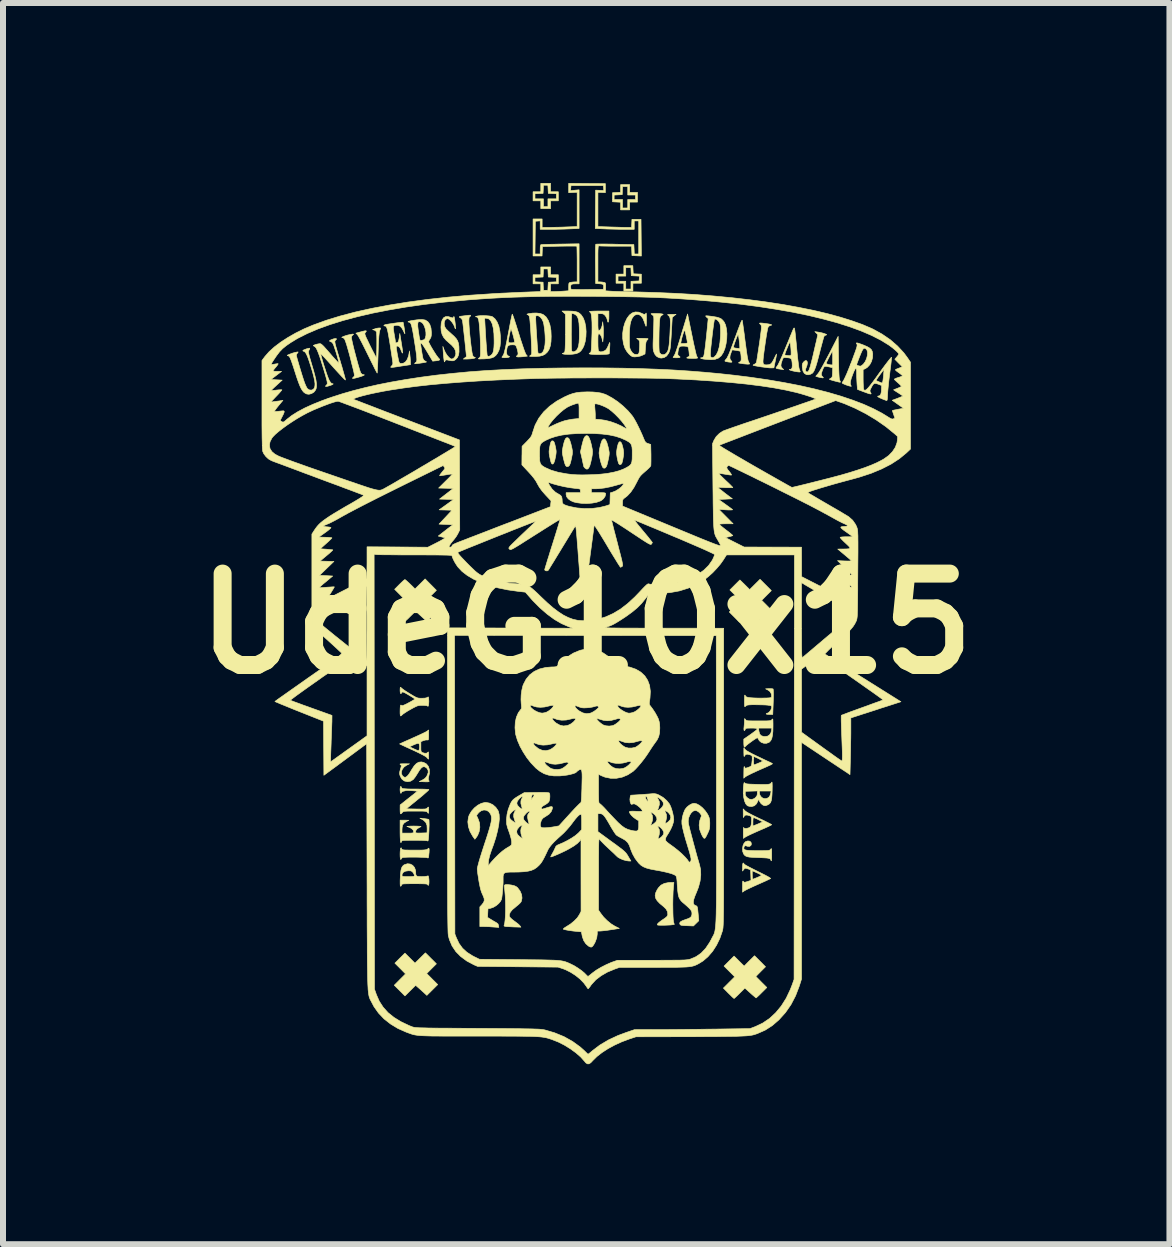
<source format=kicad_pcb>
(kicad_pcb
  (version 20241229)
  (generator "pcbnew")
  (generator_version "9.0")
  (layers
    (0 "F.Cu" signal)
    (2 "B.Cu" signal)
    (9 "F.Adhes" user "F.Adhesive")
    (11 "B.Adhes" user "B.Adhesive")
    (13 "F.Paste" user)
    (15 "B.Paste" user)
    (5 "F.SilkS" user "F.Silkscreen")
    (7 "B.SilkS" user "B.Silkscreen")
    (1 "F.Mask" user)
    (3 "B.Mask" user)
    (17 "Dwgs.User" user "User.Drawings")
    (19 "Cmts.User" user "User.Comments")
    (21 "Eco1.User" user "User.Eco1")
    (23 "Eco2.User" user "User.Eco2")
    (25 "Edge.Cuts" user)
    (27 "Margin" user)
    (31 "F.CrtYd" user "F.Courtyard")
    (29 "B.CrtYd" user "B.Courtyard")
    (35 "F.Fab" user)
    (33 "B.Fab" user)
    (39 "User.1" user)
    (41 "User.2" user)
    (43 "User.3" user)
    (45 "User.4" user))
  (footprint "UdeG10x15"
    (layer "F.Cu")
    (at 6.72 7.344)
    (property "Reference" "UdeG10x15" (at 0 0 0) (layer "F.SilkS") (effects (font (size 1.524 1.524) (thickness 0.3))))
    (attr through_hole)
    (fp_poly (pts (xy -2.497 5.669) (xy -2.578 5.75) (xy -2.659 5.831) (xy -2.567 5.923) (xy -2.475 6.015) (xy -2.656 6.195) (xy -2.725 6.132) (xy -2.76 6.1) (xy -2.792 6.072) (xy -2.815 6.052) (xy -2.819 6.048) (xy -2.843 6.027) (xy -3.021 6.204) (xy -3.199 6.026) (xy -3.105 5.931) (xy -3.011 5.837) (xy -3.1 5.747) (xy -3.189 5.658) (xy -3.105 5.574) (xy -3.021 5.491) (xy -2.854 5.658) (xy -2.68 5.486) (xy -2.497 5.669)) (stroke (width 0.01) (type solid)) (fill yes) (layer "F.SilkS"))
    (fp_poly (pts (xy 0.58 -3.022) (xy 0.596 -2.989) (xy 0.611 -2.934) (xy 0.612 -2.932) (xy 0.621 -2.883) (xy 0.624 -2.843) (xy 0.621 -2.802) (xy 0.617 -2.777) (xy 0.61 -2.735) (xy 0.601 -2.698) (xy 0.595 -2.676) (xy 0.579 -2.654) (xy 0.56 -2.65) (xy 0.543 -2.665) (xy 0.542 -2.667) (xy 0.533 -2.692) (xy 0.523 -2.731) (xy 0.514 -2.776) (xy 0.508 -2.818) (xy 0.506 -2.848) (xy 0.508 -2.879) (xy 0.514 -2.919) (xy 0.518 -2.942) (xy 0.532 -2.995) (xy 0.547 -3.025) (xy 0.563 -3.034) (xy 0.58 -3.022)) (stroke (width 0.01) (type solid)) (fill yes) (layer "F.SilkS"))
    (fp_poly (pts (xy -0.546 -3.041) (xy -0.536 -3.027) (xy -0.526 -3) (xy -0.515 -2.956) (xy -0.506 -2.911) (xy -0.501 -2.877) (xy -0.502 -2.845) (xy -0.507 -2.806) (xy -0.512 -2.78) (xy -0.525 -2.719) (xy -0.54 -2.679) (xy -0.555 -2.66) (xy -0.57 -2.662) (xy -0.582 -2.678) (xy -0.589 -2.698) (xy -0.598 -2.732) (xy -0.607 -2.774) (xy -0.609 -2.781) (xy -0.617 -2.83) (xy -0.619 -2.869) (xy -0.615 -2.908) (xy -0.61 -2.937) (xy -0.6 -2.988) (xy -0.591 -3.02) (xy -0.582 -3.038) (xy -0.572 -3.046) (xy -0.558 -3.046) (xy -0.546 -3.041)) (stroke (width 0.01) (type solid)) (fill yes) (layer "F.SilkS"))
    (fp_poly (pts (xy 0.724 -7.188) (xy 0.854 -7.188) (xy 0.854 -7.026) (xy 0.724 -7.026) (xy 0.724 -6.896) (xy 0.573 -6.896) (xy 0.573 -7.024) (xy 0.438 -7.031) (xy 0.438 -7.143) (xy 0.465 -7.143) (xy 0.465 -7.069) (xy 0.605 -7.069) (xy 0.605 -6.928) (xy 0.692 -6.928) (xy 0.692 -7.069) (xy 0.821 -7.069) (xy 0.821 -7.144) (xy 0.692 -7.144) (xy 0.692 -7.285) (xy 0.606 -7.285) (xy 0.6 -7.15) (xy 0.465 -7.143) (xy 0.438 -7.143) (xy 0.438 -7.182) (xy 0.573 -7.189) (xy 0.573 -7.317) (xy 0.724 -7.317) (xy 0.724 -7.188)) (stroke (width 0.01) (type solid)) (fill yes) (layer "F.SilkS"))
    (fp_poly (pts (xy -0.594 -7.198) (xy -0.465 -7.198) (xy -0.465 -7.047) (xy -0.594 -7.047) (xy -0.594 -6.917) (xy -0.757 -6.917) (xy -0.757 -7.047) (xy -0.886 -7.047) (xy -0.886 -7.165) (xy -0.854 -7.165) (xy -0.854 -7.08) (xy -0.713 -7.08) (xy -0.713 -6.95) (xy -0.638 -6.95) (xy -0.638 -7.08) (xy -0.497 -7.08) (xy -0.497 -7.165) (xy -0.632 -7.171) (xy -0.639 -7.307) (xy -0.712 -7.307) (xy -0.719 -7.171) (xy -0.786 -7.168) (xy -0.854 -7.165) (xy -0.886 -7.165) (xy -0.886 -7.198) (xy -0.757 -7.198) (xy -0.757 -7.339) (xy -0.594 -7.339) (xy -0.594 -7.198)) (stroke (width 0.01) (type solid)) (fill yes) (layer "F.SilkS"))
    (fp_poly (pts (xy 0.032 -3.124) (xy 0.051 -3.093) (xy 0.07 -3.042) (xy 0.088 -2.972) (xy 0.092 -2.951) (xy 0.101 -2.906) (xy 0.105 -2.872) (xy 0.104 -2.84) (xy 0.099 -2.803) (xy 0.092 -2.762) (xy 0.075 -2.686) (xy 0.059 -2.63) (xy 0.041 -2.594) (xy 0.022 -2.577) (xy 0.002 -2.577) (xy -0.022 -2.594) (xy -0.037 -2.612) (xy -0.043 -2.624) (xy -0.045 -2.637) (xy -0.052 -2.667) (xy -0.061 -2.709) (xy -0.069 -2.748) (xy -0.096 -2.864) (xy -0.07 -2.979) (xy -0.053 -3.044) (xy -0.038 -3.089) (xy -0.021 -3.117) (xy -0.003 -3.132) (xy 0.013 -3.134) (xy 0.032 -3.124)) (stroke (width 0.01) (type solid)) (fill yes) (layer "F.SilkS"))
    (fp_poly (pts (xy 0.78 -5.899) (xy 0.784 -5.831) (xy 0.851 -5.828) (xy 0.919 -5.825) (xy 0.919 -5.674) (xy 0.778 -5.674) (xy 0.778 -5.545) (xy 0.627 -5.545) (xy 0.627 -5.674) (xy 0.497 -5.674) (xy 0.497 -5.793) (xy 0.53 -5.793) (xy 0.53 -5.707) (xy 0.659 -5.707) (xy 0.659 -5.577) (xy 0.746 -5.577) (xy 0.746 -5.706) (xy 0.881 -5.712) (xy 0.888 -5.792) (xy 0.751 -5.799) (xy 0.748 -5.866) (xy 0.745 -5.934) (xy 0.659 -5.934) (xy 0.659 -5.793) (xy 0.53 -5.793) (xy 0.497 -5.793) (xy 0.497 -5.826) (xy 0.627 -5.826) (xy 0.627 -5.966) (xy 0.777 -5.966) (xy 0.78 -5.899)) (stroke (width 0.01) (type solid)) (fill yes) (layer "F.SilkS"))
    (fp_poly (pts (xy 0.325 -3.059) (xy 0.344 -3.019) (xy 0.362 -2.956) (xy 0.367 -2.937) (xy 0.377 -2.89) (xy 0.383 -2.855) (xy 0.383 -2.825) (xy 0.379 -2.791) (xy 0.373 -2.759) (xy 0.359 -2.695) (xy 0.347 -2.648) (xy 0.335 -2.618) (xy 0.321 -2.6) (xy 0.314 -2.594) (xy 0.294 -2.591) (xy 0.277 -2.603) (xy 0.266 -2.624) (xy 0.253 -2.66) (xy 0.239 -2.705) (xy 0.228 -2.754) (xy 0.219 -2.799) (xy 0.215 -2.836) (xy 0.214 -2.843) (xy 0.218 -2.881) (xy 0.226 -2.927) (xy 0.237 -2.975) (xy 0.25 -3.019) (xy 0.262 -3.05) (xy 0.265 -3.056) (xy 0.286 -3.078) (xy 0.306 -3.079) (xy 0.325 -3.059)) (stroke (width 0.01) (type solid)) (fill yes) (layer "F.SilkS"))
    (fp_poly (pts (xy 3.085 -0.551) (xy 2.924 -0.389) (xy 3.016 -0.297) (xy 3.107 -0.205) (xy 3.021 -0.119) (xy 2.986 -0.084) (xy 2.957 -0.056) (xy 2.937 -0.038) (xy 2.929 -0.032) (xy 2.919 -0.039) (xy 2.897 -0.058) (xy 2.866 -0.085) (xy 2.835 -0.113) (xy 2.799 -0.146) (xy 2.768 -0.173) (xy 2.747 -0.19) (xy 2.738 -0.195) (xy 2.728 -0.187) (xy 2.705 -0.168) (xy 2.674 -0.139) (xy 2.643 -0.108) (xy 2.556 -0.022) (xy 2.384 -0.195) (xy 2.478 -0.289) (xy 2.572 -0.384) (xy 2.394 -0.562) (xy 2.478 -0.646) (xy 2.561 -0.729) (xy 2.643 -0.649) (xy 2.724 -0.568) (xy 2.897 -0.74) (xy 3.085 -0.551)) (stroke (width 0.01) (type solid)) (fill yes) (layer "F.SilkS"))
    (fp_poly (pts (xy -2.497 -0.556) (xy -2.659 -0.395) (xy -2.566 -0.302) (xy -2.474 -0.209) (xy -2.566 -0.125) (xy -2.659 -0.041) (xy -2.751 -0.125) (xy -2.844 -0.209) (xy -2.933 -0.121) (xy -2.968 -0.086) (xy -2.998 -0.058) (xy -3.018 -0.039) (xy -3.027 -0.032) (xy -3.036 -0.04) (xy -3.057 -0.059) (xy -3.087 -0.088) (xy -3.116 -0.116) (xy -3.199 -0.2) (xy -3.105 -0.294) (xy -3.011 -0.389) (xy -3.193 -0.573) (xy -3.113 -0.654) (xy -3.079 -0.687) (xy -3.05 -0.714) (xy -3.029 -0.731) (xy -3.022 -0.735) (xy -3.01 -0.728) (xy -2.987 -0.708) (xy -2.956 -0.68) (xy -2.932 -0.657) (xy -2.853 -0.579) (xy -2.769 -0.662) (xy -2.685 -0.746) (xy -2.497 -0.556)) (stroke (width 0.01) (type solid)) (fill yes) (layer "F.SilkS"))
    (fp_poly (pts (xy -0.303 -3.097) (xy -0.286 -3.081) (xy -0.271 -3.047) (xy -0.255 -2.996) (xy -0.248 -2.966) (xy -0.237 -2.918) (xy -0.231 -2.883) (xy -0.23 -2.854) (xy -0.232 -2.823) (xy -0.24 -2.783) (xy -0.242 -2.769) (xy -0.256 -2.708) (xy -0.268 -2.665) (xy -0.281 -2.637) (xy -0.297 -2.622) (xy -0.311 -2.618) (xy -0.33 -2.62) (xy -0.345 -2.638) (xy -0.35 -2.65) (xy -0.36 -2.678) (xy -0.371 -2.719) (xy -0.382 -2.765) (xy -0.384 -2.774) (xy -0.394 -2.82) (xy -0.398 -2.855) (xy -0.397 -2.886) (xy -0.391 -2.925) (xy -0.386 -2.951) (xy -0.371 -3.015) (xy -0.356 -3.06) (xy -0.341 -3.088) (xy -0.324 -3.099) (xy -0.323 -3.1) (xy -0.303 -3.097)) (stroke (width 0.01) (type solid)) (fill yes) (layer "F.SilkS"))
    (fp_poly (pts (xy 2.897 5.626) (xy 2.988 5.718) (xy 2.907 5.799) (xy 2.827 5.88) (xy 2.918 5.972) (xy 3.01 6.064) (xy 2.924 6.15) (xy 2.889 6.185) (xy 2.86 6.212) (xy 2.839 6.231) (xy 2.831 6.237) (xy 2.821 6.23) (xy 2.799 6.211) (xy 2.767 6.184) (xy 2.735 6.155) (xy 2.644 6.073) (xy 2.557 6.16) (xy 2.522 6.195) (xy 2.492 6.223) (xy 2.472 6.241) (xy 2.464 6.247) (xy 2.455 6.24) (xy 2.433 6.221) (xy 2.404 6.192) (xy 2.372 6.161) (xy 2.286 6.074) (xy 2.475 5.885) (xy 2.297 5.707) (xy 2.381 5.623) (xy 2.464 5.54) (xy 2.632 5.707) (xy 2.718 5.62) (xy 2.805 5.534) (xy 2.897 5.626)) (stroke (width 0.01) (type solid)) (fill yes) (layer "F.SilkS"))
    (fp_poly (pts (xy -1.924 -5.134) (xy -1.93 -5.124) (xy -1.94 -5.119) (xy -1.949 -5.109) (xy -1.954 -5.085) (xy -1.956 -5.046) (xy -1.954 -4.99) (xy -1.949 -4.917) (xy -1.941 -4.825) (xy -1.93 -4.722) (xy -1.92 -4.635) (xy -1.911 -4.568) (xy -1.903 -4.518) (xy -1.896 -4.483) (xy -1.887 -4.46) (xy -1.878 -4.447) (xy -1.867 -4.442) (xy -1.864 -4.442) (xy -1.85 -4.437) (xy -1.848 -4.433) (xy -1.858 -4.426) (xy -1.885 -4.419) (xy -1.922 -4.414) (xy -1.966 -4.411) (xy -1.998 -4.41) (xy -2.048 -4.41) (xy -2.022 -4.431) (xy -1.996 -4.451) (xy -2.026 -4.741) (xy -2.035 -4.819) (xy -2.043 -4.891) (xy -2.05 -4.954) (xy -2.056 -5.005) (xy -2.061 -5.041) (xy -2.064 -5.058) (xy -2.078 -5.083) (xy -2.095 -5.096) (xy -2.114 -5.107) (xy -2.115 -5.116) (xy -2.095 -5.123) (xy -2.056 -5.128) (xy -2.015 -5.133) (xy -1.976 -5.138) (xy -1.959 -5.14) (xy -1.934 -5.141) (xy -1.924 -5.134)) (stroke (width 0.01) (type solid)) (fill yes) (layer "F.SilkS"))
    (fp_poly (pts (xy -3.078 3.748) (xy -3.078 3.75) (xy -3.074 3.759) (xy -3.066 3.765) (xy -3.051 3.769) (xy -3.024 3.772) (xy -2.982 3.773) (xy -2.933 3.774) (xy -2.845 3.774) (xy -2.777 3.774) (xy -2.726 3.773) (xy -2.689 3.77) (xy -2.664 3.766) (xy -2.648 3.76) (xy -2.64 3.753) (xy -2.627 3.741) (xy -2.62 3.747) (xy -2.617 3.771) (xy -2.619 3.815) (xy -2.621 3.831) (xy -2.625 3.872) (xy -2.629 3.895) (xy -2.635 3.905) (xy -2.644 3.904) (xy -2.648 3.902) (xy -2.665 3.898) (xy -2.699 3.896) (xy -2.746 3.894) (xy -2.8 3.892) (xy -2.859 3.891) (xy -2.918 3.891) (xy -2.973 3.892) (xy -3.018 3.894) (xy -3.05 3.896) (xy -3.065 3.899) (xy -3.08 3.917) (xy -3.082 3.921) (xy -3.09 3.93) (xy -3.094 3.928) (xy -3.098 3.913) (xy -3.101 3.883) (xy -3.102 3.845) (xy -3.101 3.805) (xy -3.098 3.77) (xy -3.095 3.746) (xy -3.093 3.742) (xy -3.084 3.735) (xy -3.078 3.748)) (stroke (width 0.01) (type solid)) (fill yes) (layer "F.SilkS"))
    (fp_poly (pts (xy 1.452 4.413) (xy 1.448 4.465) (xy 1.446 4.529) (xy 1.444 4.6) (xy 1.443 4.675) (xy 1.444 4.749) (xy 1.445 4.819) (xy 1.447 4.88) (xy 1.45 4.93) (xy 1.454 4.964) (xy 1.456 4.973) (xy 1.468 5.013) (xy 1.428 5.019) (xy 1.4 5.022) (xy 1.357 5.024) (xy 1.308 5.026) (xy 1.283 5.026) (xy 1.235 5.026) (xy 1.205 5.025) (xy 1.189 5.022) (xy 1.184 5.016) (xy 1.187 5.007) (xy 1.189 5.004) (xy 1.203 4.988) (xy 1.231 4.965) (xy 1.266 4.939) (xy 1.279 4.931) (xy 1.318 4.904) (xy 1.342 4.884) (xy 1.354 4.867) (xy 1.359 4.849) (xy 1.36 4.845) (xy 1.354 4.798) (xy 1.328 4.753) (xy 1.29 4.716) (xy 1.227 4.664) (xy 1.183 4.618) (xy 1.157 4.575) (xy 1.149 4.533) (xy 1.157 4.488) (xy 1.181 4.437) (xy 1.203 4.403) (xy 1.246 4.358) (xy 1.302 4.329) (xy 1.372 4.315) (xy 1.403 4.313) (xy 1.461 4.313) (xy 1.452 4.413)) (stroke (width 0.01) (type solid)) (fill yes) (layer "F.SilkS"))
    (fp_poly (pts (xy -1.284 4.351) (xy -1.246 4.356) (xy -1.2 4.367) (xy -1.169 4.381) (xy -1.144 4.4) (xy -1.142 4.403) (xy -1.102 4.457) (xy -1.077 4.516) (xy -1.07 4.573) (xy -1.081 4.625) (xy -1.086 4.636) (xy -1.102 4.656) (xy -1.13 4.683) (xy -1.166 4.712) (xy -1.175 4.72) (xy -1.232 4.767) (xy -1.267 4.811) (xy -1.282 4.852) (xy -1.279 4.881) (xy -1.265 4.901) (xy -1.236 4.928) (xy -1.197 4.958) (xy -1.195 4.959) (xy -1.159 4.986) (xy -1.127 5.011) (xy -1.108 5.031) (xy -1.105 5.034) (xy -1.089 5.058) (xy -1.152 5.056) (xy -1.198 5.055) (xy -1.252 5.052) (xy -1.295 5.05) (xy -1.337 5.048) (xy -1.36 5.043) (xy -1.369 5.037) (xy -1.369 5.031) (xy -1.359 4.994) (xy -1.352 4.939) (xy -1.347 4.87) (xy -1.344 4.79) (xy -1.344 4.705) (xy -1.346 4.618) (xy -1.35 4.531) (xy -1.357 4.45) (xy -1.361 4.418) (xy -1.364 4.382) (xy -1.364 4.363) (xy -1.357 4.354) (xy -1.343 4.349) (xy -1.32 4.348) (xy -1.284 4.351)) (stroke (width 0.01) (type solid)) (fill yes) (layer "F.SilkS"))
    (fp_poly (pts (xy -3.88 -4.825) (xy -3.88 -4.818) (xy -3.894 -4.808) (xy -3.908 -4.79) (xy -3.913 -4.771) (xy -3.91 -4.747) (xy -3.902 -4.707) (xy -3.89 -4.654) (xy -3.875 -4.591) (xy -3.857 -4.522) (xy -3.838 -4.45) (xy -3.819 -4.38) (xy -3.801 -4.315) (xy -3.784 -4.258) (xy -3.77 -4.212) (xy -3.759 -4.183) (xy -3.755 -4.175) (xy -3.735 -4.156) (xy -3.716 -4.15) (xy -3.699 -4.148) (xy -3.702 -4.141) (xy -3.723 -4.131) (xy -3.76 -4.118) (xy -3.794 -4.108) (xy -3.845 -4.094) (xy -3.878 -4.087) (xy -3.894 -4.087) (xy -3.895 -4.093) (xy -3.884 -4.106) (xy -3.882 -4.108) (xy -3.873 -4.116) (xy -3.867 -4.124) (xy -3.864 -4.134) (xy -3.865 -4.15) (xy -3.869 -4.175) (xy -3.877 -4.213) (xy -3.89 -4.265) (xy -3.904 -4.318) (xy -3.927 -4.412) (xy -3.95 -4.499) (xy -3.972 -4.577) (xy -3.991 -4.643) (xy -4.008 -4.694) (xy -4.021 -4.729) (xy -4.027 -4.742) (xy -4.045 -4.761) (xy -4.061 -4.767) (xy -4.074 -4.769) (xy -4.068 -4.776) (xy -4.046 -4.787) (xy -4.008 -4.8) (xy -3.974 -4.81) (xy -3.929 -4.82) (xy -3.898 -4.826) (xy -3.88 -4.825)) (stroke (width 0.01) (type solid)) (fill yes) (layer "F.SilkS"))
    (fp_poly (pts (xy 2.724 3.625) (xy 2.745 3.642) (xy 2.746 3.643) (xy 2.753 3.674) (xy 2.744 3.698) (xy 2.722 3.712) (xy 2.69 3.711) (xy 2.676 3.706) (xy 2.648 3.7) (xy 2.632 3.714) (xy 2.627 3.742) (xy 2.63 3.756) (xy 2.64 3.766) (xy 2.661 3.773) (xy 2.694 3.778) (xy 2.742 3.781) (xy 2.808 3.783) (xy 2.863 3.783) (xy 2.932 3.783) (xy 2.983 3.782) (xy 3.019 3.781) (xy 3.043 3.778) (xy 3.057 3.774) (xy 3.067 3.768) (xy 3.074 3.76) (xy 3.074 3.759) (xy 3.082 3.75) (xy 3.087 3.75) (xy 3.09 3.762) (xy 3.091 3.789) (xy 3.091 3.834) (xy 3.091 3.845) (xy 3.091 3.901) (xy 3.089 3.936) (xy 3.086 3.952) (xy 3.082 3.952) (xy 3.075 3.936) (xy 3.075 3.935) (xy 3.07 3.924) (xy 3.06 3.917) (xy 3.042 3.911) (xy 3.013 3.906) (xy 2.97 3.903) (xy 2.912 3.9) (xy 2.848 3.898) (xy 2.777 3.895) (xy 2.723 3.891) (xy 2.685 3.884) (xy 2.658 3.873) (xy 2.638 3.858) (xy 2.623 3.838) (xy 2.623 3.837) (xy 2.608 3.797) (xy 2.605 3.749) (xy 2.612 3.702) (xy 2.629 3.662) (xy 2.654 3.634) (xy 2.658 3.632) (xy 2.693 3.621) (xy 2.724 3.625)) (stroke (width 0.01) (type solid)) (fill yes) (layer "F.SilkS"))
    (fp_poly (pts (xy 3.859 -4.86) (xy 3.896 -4.854) (xy 3.934 -4.845) (xy 3.968 -4.835) (xy 3.993 -4.825) (xy 4.007 -4.817) (xy 4.004 -4.813) (xy 4.003 -4.812) (xy 3.978 -4.803) (xy 3.967 -4.794) (xy 3.961 -4.78) (xy 3.951 -4.748) (xy 3.938 -4.701) (xy 3.922 -4.642) (xy 3.904 -4.575) (xy 3.892 -4.526) (xy 3.867 -4.429) (xy 3.846 -4.351) (xy 3.827 -4.289) (xy 3.81 -4.243) (xy 3.795 -4.209) (xy 3.78 -4.186) (xy 3.769 -4.174) (xy 3.738 -4.157) (xy 3.702 -4.148) (xy 3.671 -4.15) (xy 3.669 -4.151) (xy 3.634 -4.173) (xy 3.612 -4.211) (xy 3.602 -4.266) (xy 3.601 -4.268) (xy 3.6 -4.306) (xy 3.604 -4.331) (xy 3.615 -4.351) (xy 3.623 -4.361) (xy 3.649 -4.383) (xy 3.67 -4.384) (xy 3.683 -4.367) (xy 3.686 -4.343) (xy 3.68 -4.307) (xy 3.669 -4.276) (xy 3.655 -4.239) (xy 3.656 -4.211) (xy 3.67 -4.197) (xy 3.682 -4.195) (xy 3.692 -4.198) (xy 3.702 -4.208) (xy 3.713 -4.227) (xy 3.724 -4.257) (xy 3.737 -4.299) (xy 3.752 -4.356) (xy 3.771 -4.43) (xy 3.792 -4.521) (xy 3.809 -4.595) (xy 3.824 -4.66) (xy 3.838 -4.717) (xy 3.848 -4.764) (xy 3.855 -4.797) (xy 3.859 -4.812) (xy 3.859 -4.813) (xy 3.852 -4.825) (xy 3.835 -4.843) (xy 3.834 -4.843) (xy 3.81 -4.867) (xy 3.859 -4.86)) (stroke (width 0.01) (type solid)) (fill yes) (layer "F.SilkS"))
    (fp_poly (pts (xy 3.107 1.086) (xy 3.115 1.089) (xy 3.117 1.103) (xy 3.119 1.135) (xy 3.12 1.182) (xy 3.119 1.242) (xy 3.117 1.306) (xy 3.109 1.513) (xy 3.051 1.513) (xy 3.017 1.511) (xy 3 1.506) (xy 2.999 1.502) (xy 3.015 1.492) (xy 3.021 1.492) (xy 3.04 1.483) (xy 3.061 1.46) (xy 3.08 1.431) (xy 3.09 1.403) (xy 3.091 1.395) (xy 3.09 1.378) (xy 3.083 1.369) (xy 3.065 1.363) (xy 3.03 1.359) (xy 3.025 1.358) (xy 2.987 1.355) (xy 2.935 1.353) (xy 2.876 1.352) (xy 2.819 1.351) (xy 2.761 1.351) (xy 2.721 1.353) (xy 2.694 1.356) (xy 2.676 1.36) (xy 2.664 1.368) (xy 2.659 1.373) (xy 2.649 1.382) (xy 2.643 1.383) (xy 2.639 1.375) (xy 2.638 1.352) (xy 2.637 1.313) (xy 2.637 1.284) (xy 2.638 1.235) (xy 2.639 1.204) (xy 2.642 1.191) (xy 2.646 1.191) (xy 2.651 1.2) (xy 2.661 1.214) (xy 2.675 1.223) (xy 2.7 1.229) (xy 2.741 1.235) (xy 2.746 1.235) (xy 2.791 1.238) (xy 2.849 1.24) (xy 2.912 1.241) (xy 2.956 1.24) (xy 3.011 1.239) (xy 3.048 1.237) (xy 3.07 1.234) (xy 3.082 1.229) (xy 3.087 1.222) (xy 3.089 1.212) (xy 3.085 1.17) (xy 3.063 1.132) (xy 3.028 1.106) (xy 2.989 1.086) (xy 3.047 1.083) (xy 3.081 1.083) (xy 3.107 1.086)) (stroke (width 0.01) (type solid)) (fill yes) (layer "F.SilkS"))
    (fp_poly (pts (xy 2.63 4.003) (xy 2.631 4.005) (xy 2.642 4.015) (xy 2.67 4.032) (xy 2.712 4.055) (xy 2.765 4.082) (xy 2.826 4.113) (xy 2.86 4.13) (xy 2.927 4.163) (xy 2.984 4.192) (xy 3.029 4.216) (xy 3.059 4.234) (xy 3.073 4.245) (xy 3.074 4.247) (xy 3.061 4.254) (xy 3.032 4.268) (xy 2.99 4.288) (xy 2.936 4.312) (xy 2.876 4.339) (xy 2.864 4.344) (xy 2.801 4.372) (xy 2.743 4.399) (xy 2.694 4.422) (xy 2.657 4.441) (xy 2.636 4.452) (xy 2.635 4.453) (xy 2.605 4.475) (xy 2.605 4.376) (xy 2.605 4.329) (xy 2.607 4.302) (xy 2.61 4.29) (xy 2.615 4.291) (xy 2.619 4.296) (xy 2.629 4.307) (xy 2.641 4.31) (xy 2.661 4.306) (xy 2.69 4.297) (xy 2.746 4.278) (xy 2.743 4.188) (xy 2.767 4.188) (xy 2.768 4.224) (xy 2.771 4.249) (xy 2.775 4.259) (xy 2.788 4.255) (xy 2.816 4.244) (xy 2.851 4.23) (xy 2.885 4.215) (xy 2.909 4.202) (xy 2.918 4.194) (xy 2.918 4.194) (xy 2.909 4.185) (xy 2.882 4.169) (xy 2.84 4.15) (xy 2.802 4.133) (xy 2.767 4.118) (xy 2.767 4.188) (xy 2.743 4.188) (xy 2.74 4.102) (xy 2.693 4.086) (xy 2.664 4.077) (xy 2.647 4.076) (xy 2.635 4.085) (xy 2.626 4.097) (xy 2.605 4.123) (xy 2.605 4.056) (xy 2.607 4.016) (xy 2.612 3.993) (xy 2.62 3.988) (xy 2.63 4.003)) (stroke (width 0.01) (type solid)) (fill yes) (layer "F.SilkS"))
    (fp_poly (pts (xy 2.943 -5.008) (xy 2.992 -5.002) (xy 3.045 -4.994) (xy 3.078 -4.986) (xy 3.091 -4.979) (xy 3.083 -4.973) (xy 3.067 -4.97) (xy 3.045 -4.958) (xy 3.03 -4.939) (xy 3.025 -4.922) (xy 3.018 -4.885) (xy 3.008 -4.834) (xy 2.998 -4.771) (xy 2.987 -4.699) (xy 2.977 -4.629) (xy 2.964 -4.538) (xy 2.955 -4.467) (xy 2.949 -4.413) (xy 2.946 -4.373) (xy 2.948 -4.345) (xy 2.954 -4.328) (xy 2.964 -4.318) (xy 2.979 -4.314) (xy 2.998 -4.313) (xy 3.009 -4.313) (xy 3.045 -4.316) (xy 3.073 -4.328) (xy 3.097 -4.353) (xy 3.12 -4.393) (xy 3.134 -4.421) (xy 3.151 -4.456) (xy 3.164 -4.482) (xy 3.171 -4.494) (xy 3.172 -4.494) (xy 3.171 -4.483) (xy 3.167 -4.455) (xy 3.159 -4.415) (xy 3.151 -4.377) (xy 3.128 -4.264) (xy 3.085 -4.262) (xy 3.057 -4.263) (xy 3.014 -4.267) (xy 2.963 -4.274) (xy 2.915 -4.28) (xy 2.865 -4.288) (xy 2.823 -4.296) (xy 2.793 -4.302) (xy 2.781 -4.306) (xy 2.785 -4.314) (xy 2.802 -4.322) (xy 2.825 -4.337) (xy 2.836 -4.353) (xy 2.84 -4.37) (xy 2.846 -4.406) (xy 2.854 -4.455) (xy 2.863 -4.515) (xy 2.873 -4.582) (xy 2.884 -4.652) (xy 2.894 -4.722) (xy 2.903 -4.787) (xy 2.91 -4.844) (xy 2.916 -4.89) (xy 2.919 -4.92) (xy 2.92 -4.927) (xy 2.919 -4.962) (xy 2.91 -4.983) (xy 2.902 -4.989) (xy 2.889 -5.002) (xy 2.89 -5.009) (xy 2.908 -5.011) (xy 2.943 -5.008)) (stroke (width 0.01) (type solid)) (fill yes) (layer "F.SilkS"))
    (fp_poly (pts (xy -2.708 2.313) (xy -2.663 2.338) (xy -2.631 2.378) (xy -2.614 2.431) (xy -2.613 2.493) (xy -2.621 2.531) (xy -2.63 2.571) (xy -2.631 2.597) (xy -2.625 2.612) (xy -2.625 2.612) (xy -2.617 2.624) (xy -2.621 2.632) (xy -2.64 2.636) (xy -2.675 2.636) (xy -2.703 2.635) (xy -2.783 2.632) (xy -2.729 2.605) (xy -2.69 2.581) (xy -2.664 2.552) (xy -2.65 2.527) (xy -2.633 2.48) (xy -2.636 2.441) (xy -2.657 2.408) (xy -2.671 2.397) (xy -2.698 2.384) (xy -2.723 2.386) (xy -2.749 2.405) (xy -2.779 2.442) (xy -2.804 2.483) (xy -2.83 2.525) (xy -2.856 2.564) (xy -2.879 2.592) (xy -2.884 2.598) (xy -2.927 2.625) (xy -2.977 2.634) (xy -3.027 2.623) (xy -3.036 2.619) (xy -3.072 2.59) (xy -3.092 2.557) (xy -3.106 2.524) (xy -3.111 2.498) (xy -3.108 2.469) (xy -3.098 2.431) (xy -3.095 2.421) (xy -3.085 2.388) (xy -3.082 2.369) (xy -3.086 2.358) (xy -3.097 2.35) (xy -3.104 2.342) (xy -3.101 2.338) (xy -3.083 2.336) (xy -3.047 2.335) (xy -3.031 2.335) (xy -2.945 2.336) (xy -2.993 2.359) (xy -3.034 2.387) (xy -3.063 2.423) (xy -3.079 2.463) (xy -3.079 2.503) (xy -3.062 2.536) (xy -3.059 2.54) (xy -3.036 2.557) (xy -3.015 2.561) (xy -2.992 2.549) (xy -2.965 2.522) (xy -2.934 2.476) (xy -2.908 2.432) (xy -2.868 2.371) (xy -2.83 2.331) (xy -2.791 2.309) (xy -2.749 2.304) (xy -2.708 2.313)) (stroke (width 0.01) (type solid)) (fill yes) (layer "F.SilkS"))
    (fp_poly (pts (xy 2.647 3.119) (xy 2.668 3.135) (xy 2.706 3.157) (xy 2.759 3.185) (xy 2.823 3.217) (xy 2.885 3.247) (xy 2.946 3.275) (xy 3 3.302) (xy 3.044 3.324) (xy 3.075 3.34) (xy 3.09 3.349) (xy 3.091 3.35) (xy 3.082 3.357) (xy 3.056 3.37) (xy 3.016 3.389) (xy 2.966 3.412) (xy 2.921 3.431) (xy 2.83 3.471) (xy 2.757 3.504) (xy 2.702 3.53) (xy 2.663 3.55) (xy 2.637 3.566) (xy 2.624 3.577) (xy 2.623 3.58) (xy 2.621 3.576) (xy 2.619 3.554) (xy 2.618 3.518) (xy 2.618 3.486) (xy 2.618 3.443) (xy 2.62 3.412) (xy 2.622 3.396) (xy 2.623 3.397) (xy 2.637 3.412) (xy 2.667 3.414) (xy 2.708 3.403) (xy 2.73 3.391) (xy 2.744 3.371) (xy 2.752 3.339) (xy 2.755 3.302) (xy 2.778 3.302) (xy 2.778 3.372) (xy 2.829 3.352) (xy 2.866 3.337) (xy 2.9 3.322) (xy 2.911 3.317) (xy 2.942 3.303) (xy 2.873 3.268) (xy 2.837 3.25) (xy 2.808 3.238) (xy 2.792 3.232) (xy 2.791 3.232) (xy 2.783 3.24) (xy 2.779 3.266) (xy 2.778 3.302) (xy 2.755 3.302) (xy 2.756 3.291) (xy 2.756 3.263) (xy 2.755 3.231) (xy 2.748 3.214) (xy 2.733 3.204) (xy 2.722 3.2) (xy 2.679 3.189) (xy 2.65 3.192) (xy 2.632 3.209) (xy 2.628 3.218) (xy 2.623 3.23) (xy 2.619 3.227) (xy 2.617 3.208) (xy 2.617 3.169) (xy 2.617 3.168) (xy 2.616 3.087) (xy 2.647 3.119)) (stroke (width 0.01) (type solid)) (fill yes) (layer "F.SilkS"))
    (fp_poly (pts (xy -3.427 -4.926) (xy -3.426 -4.925) (xy -3.43 -4.913) (xy -3.439 -4.889) (xy -3.442 -4.884) (xy -3.447 -4.865) (xy -3.451 -4.833) (xy -3.456 -4.786) (xy -3.46 -4.723) (xy -3.464 -4.642) (xy -3.467 -4.542) (xy -3.468 -4.513) (xy -3.471 -4.431) (xy -3.474 -4.355) (xy -3.477 -4.29) (xy -3.48 -4.237) (xy -3.482 -4.199) (xy -3.483 -4.178) (xy -3.484 -4.176) (xy -3.489 -4.184) (xy -3.503 -4.21) (xy -3.524 -4.25) (xy -3.55 -4.304) (xy -3.582 -4.367) (xy -3.617 -4.439) (xy -3.638 -4.481) (xy -3.676 -4.558) (xy -3.712 -4.63) (xy -3.744 -4.693) (xy -3.772 -4.746) (xy -3.794 -4.786) (xy -3.809 -4.81) (xy -3.813 -4.816) (xy -3.839 -4.841) (xy -3.781 -4.857) (xy -3.726 -4.872) (xy -3.69 -4.88) (xy -3.67 -4.881) (xy -3.664 -4.876) (xy -3.671 -4.864) (xy -3.682 -4.851) (xy -3.687 -4.844) (xy -3.689 -4.834) (xy -3.687 -4.819) (xy -3.679 -4.797) (xy -3.666 -4.765) (xy -3.644 -4.72) (xy -3.615 -4.659) (xy -3.601 -4.63) (xy -3.571 -4.57) (xy -3.544 -4.518) (xy -3.522 -4.476) (xy -3.506 -4.447) (xy -3.498 -4.433) (xy -3.497 -4.433) (xy -3.495 -4.445) (xy -3.493 -4.475) (xy -3.492 -4.519) (xy -3.491 -4.572) (xy -3.49 -4.63) (xy -3.49 -4.689) (xy -3.49 -4.746) (xy -3.491 -4.795) (xy -3.493 -4.834) (xy -3.494 -4.857) (xy -3.495 -4.861) (xy -3.512 -4.882) (xy -3.532 -4.893) (xy -3.561 -4.9) (xy -3.523 -4.913) (xy -3.495 -4.922) (xy -3.464 -4.927) (xy -3.439 -4.928) (xy -3.427 -4.926)) (stroke (width 0.01) (type solid)) (fill yes) (layer "F.SilkS"))
    (fp_poly (pts (xy -2.626 1.857) (xy -2.627 1.9) (xy -2.629 1.925) (xy -2.633 1.937) (xy -2.642 1.939) (xy -2.651 1.938) (xy -2.676 1.939) (xy -2.709 1.948) (xy -2.716 1.95) (xy -2.756 1.967) (xy -2.756 2.052) (xy -2.756 2.095) (xy -2.753 2.121) (xy -2.748 2.136) (xy -2.737 2.145) (xy -2.729 2.149) (xy -2.69 2.16) (xy -2.658 2.158) (xy -2.638 2.143) (xy -2.632 2.137) (xy -2.628 2.148) (xy -2.627 2.178) (xy -2.627 2.191) (xy -2.627 2.226) (xy -2.628 2.25) (xy -2.629 2.258) (xy -2.638 2.25) (xy -2.655 2.232) (xy -2.659 2.227) (xy -2.678 2.213) (xy -2.715 2.192) (xy -2.767 2.165) (xy -2.831 2.134) (xy -2.899 2.102) (xy -2.961 2.074) (xy -3.01 2.052) (xy -2.945 2.052) (xy -2.875 2.085) (xy -2.835 2.103) (xy -2.81 2.113) (xy -2.796 2.116) (xy -2.789 2.112) (xy -2.785 2.102) (xy -2.784 2.101) (xy -2.779 2.074) (xy -2.778 2.042) (xy -2.782 2.013) (xy -2.789 1.995) (xy -2.792 1.994) (xy -2.808 1.995) (xy -2.837 2.004) (xy -2.874 2.019) (xy -2.876 2.02) (xy -2.945 2.052) (xy -3.01 2.052) (xy -3.016 2.049) (xy -3.061 2.028) (xy -3.093 2.013) (xy -3.109 2.005) (xy -3.11 2.004) (xy -3.1 1.999) (xy -3.073 1.987) (xy -3.032 1.968) (xy -2.98 1.945) (xy -2.92 1.919) (xy -2.897 1.908) (xy -2.832 1.879) (xy -2.773 1.852) (xy -2.722 1.828) (xy -2.683 1.809) (xy -2.659 1.796) (xy -2.656 1.794) (xy -2.626 1.772) (xy -2.626 1.857)) (stroke (width 0.01) (type solid)) (fill yes) (layer "F.SilkS"))
    (fp_poly (pts (xy -0.302 -5.21) (xy -0.233 -5.208) (xy -0.182 -5.202) (xy -0.143 -5.191) (xy -0.112 -5.173) (xy -0.084 -5.146) (xy -0.083 -5.145) (xy -0.049 -5.094) (xy -0.024 -5.028) (xy -0.008 -4.951) (xy -0.002 -4.868) (xy -0.005 -4.783) (xy -0.017 -4.702) (xy -0.039 -4.629) (xy -0.06 -4.587) (xy -0.089 -4.546) (xy -0.123 -4.518) (xy -0.167 -4.5) (xy -0.225 -4.491) (xy -0.27 -4.488) (xy -0.319 -4.488) (xy -0.359 -4.49) (xy -0.384 -4.494) (xy -0.389 -4.496) (xy -0.399 -4.505) (xy -0.389 -4.507) (xy -0.386 -4.507) (xy -0.368 -4.516) (xy -0.356 -4.535) (xy -0.354 -4.553) (xy -0.351 -4.59) (xy -0.349 -4.643) (xy -0.347 -4.708) (xy -0.346 -4.783) (xy -0.346 -4.821) (xy -0.249 -4.821) (xy -0.248 -4.752) (xy -0.248 -4.687) (xy -0.247 -4.63) (xy -0.246 -4.586) (xy -0.244 -4.556) (xy -0.242 -4.546) (xy -0.227 -4.531) (xy -0.201 -4.532) (xy -0.176 -4.545) (xy -0.155 -4.565) (xy -0.139 -4.594) (xy -0.127 -4.633) (xy -0.119 -4.686) (xy -0.115 -4.756) (xy -0.114 -4.844) (xy -0.114 -4.848) (xy -0.116 -4.936) (xy -0.12 -5.005) (xy -0.128 -5.059) (xy -0.139 -5.098) (xy -0.155 -5.127) (xy -0.177 -5.148) (xy -0.194 -5.158) (xy -0.22 -5.168) (xy -0.238 -5.171) (xy -0.24 -5.171) (xy -0.242 -5.159) (xy -0.244 -5.129) (xy -0.245 -5.084) (xy -0.247 -5.027) (xy -0.248 -4.963) (xy -0.248 -4.893) (xy -0.249 -4.821) (xy -0.346 -4.821) (xy -0.346 -4.86) (xy -0.346 -5.157) (xy -0.374 -5.183) (xy -0.403 -5.21) (xy -0.302 -5.21)) (stroke (width 0.01) (type solid)) (fill yes) (layer "F.SilkS"))
    (fp_poly (pts (xy -3.087 1.066) (xy -3.068 1.082) (xy -3.066 1.084) (xy -3.046 1.099) (xy -3.013 1.122) (xy -2.97 1.149) (xy -2.928 1.175) (xy -2.88 1.204) (xy -2.845 1.223) (xy -2.818 1.235) (xy -2.794 1.241) (xy -2.767 1.243) (xy -2.738 1.243) (xy -2.688 1.241) (xy -2.656 1.234) (xy -2.645 1.227) (xy -2.634 1.22) (xy -2.629 1.226) (xy -2.625 1.25) (xy -2.625 1.257) (xy -2.623 1.295) (xy -2.625 1.33) (xy -2.629 1.359) (xy -2.634 1.376) (xy -2.64 1.376) (xy -2.641 1.375) (xy -2.657 1.367) (xy -2.694 1.363) (xy -2.728 1.362) (xy -2.762 1.362) (xy -2.789 1.365) (xy -2.815 1.371) (xy -2.844 1.384) (xy -2.882 1.403) (xy -2.925 1.427) (xy -2.973 1.454) (xy -3.015 1.481) (xy -3.048 1.503) (xy -3.066 1.518) (xy -3.083 1.534) (xy -3.095 1.538) (xy -3.096 1.538) (xy -3.099 1.523) (xy -3.102 1.495) (xy -3.102 1.458) (xy -3.101 1.419) (xy -3.099 1.385) (xy -3.095 1.363) (xy -3.092 1.357) (xy -3.08 1.359) (xy -3.077 1.365) (xy -3.067 1.367) (xy -3.042 1.359) (xy -3 1.34) (xy -2.966 1.322) (xy -2.923 1.299) (xy -2.888 1.279) (xy -2.864 1.264) (xy -2.857 1.258) (xy -2.864 1.249) (xy -2.886 1.233) (xy -2.918 1.213) (xy -2.955 1.191) (xy -2.992 1.169) (xy -3.025 1.151) (xy -3.05 1.14) (xy -3.051 1.14) (xy -3.07 1.141) (xy -3.076 1.15) (xy -3.086 1.167) (xy -3.095 1.163) (xy -3.1 1.142) (xy -3.102 1.113) (xy -3.101 1.082) (xy -3.099 1.063) (xy -3.097 1.059) (xy -3.087 1.066)) (stroke (width 0.01) (type solid)) (fill yes) (layer "F.SilkS"))
    (fp_poly (pts (xy -2.933 4.006) (xy -2.893 4.027) (xy -2.862 4.063) (xy -2.845 4.11) (xy -2.842 4.136) (xy -2.841 4.173) (xy -2.835 4.196) (xy -2.819 4.209) (xy -2.791 4.214) (xy -2.745 4.215) (xy -2.741 4.215) (xy -2.698 4.214) (xy -2.664 4.21) (xy -2.643 4.205) (xy -2.641 4.204) (xy -2.633 4.204) (xy -2.627 4.223) (xy -2.622 4.256) (xy -2.62 4.293) (xy -2.621 4.326) (xy -2.625 4.35) (xy -2.631 4.362) (xy -2.638 4.357) (xy -2.641 4.352) (xy -2.645 4.346) (xy -2.655 4.341) (xy -2.673 4.338) (xy -2.702 4.336) (xy -2.745 4.335) (xy -2.805 4.334) (xy -2.86 4.334) (xy -2.932 4.334) (xy -2.986 4.335) (xy -3.024 4.336) (xy -3.05 4.338) (xy -3.065 4.341) (xy -3.073 4.346) (xy -3.077 4.353) (xy -3.077 4.356) (xy -3.087 4.373) (xy -3.094 4.377) (xy -3.099 4.367) (xy -3.101 4.335) (xy -3.101 4.281) (xy -3.099 4.238) (xy -3.096 4.19) (xy -3.07 4.19) (xy -3.069 4.202) (xy -3.063 4.209) (xy -3.049 4.213) (xy -3.022 4.215) (xy -2.979 4.215) (xy -2.967 4.215) (xy -2.919 4.215) (xy -2.889 4.213) (xy -2.872 4.21) (xy -2.865 4.203) (xy -2.864 4.195) (xy -2.871 4.173) (xy -2.886 4.147) (xy -2.887 4.147) (xy -2.904 4.129) (xy -2.925 4.12) (xy -2.959 4.118) (xy -2.964 4.118) (xy -3.012 4.125) (xy -3.048 4.143) (xy -3.067 4.172) (xy -3.07 4.19) (xy -3.096 4.19) (xy -3.095 4.166) (xy -3.088 4.112) (xy -3.078 4.073) (xy -3.063 4.045) (xy -3.043 4.025) (xy -3.027 4.016) (xy -2.979 4.001) (xy -2.933 4.006)) (stroke (width 0.01) (type solid)) (fill yes) (layer "F.SilkS"))
    (fp_poly (pts (xy 2.034 -5.129) (xy 2.075 -5.124) (xy 2.108 -5.12) (xy 2.171 -5.109) (xy 2.216 -5.096) (xy 2.25 -5.08) (xy 2.276 -5.056) (xy 2.299 -5.027) (xy 2.323 -4.976) (xy 2.338 -4.909) (xy 2.345 -4.833) (xy 2.342 -4.75) (xy 2.331 -4.667) (xy 2.312 -4.588) (xy 2.285 -4.52) (xy 2.249 -4.464) (xy 2.203 -4.426) (xy 2.146 -4.405) (xy 2.081 -4.4) (xy 2.035 -4.402) (xy 1.989 -4.406) (xy 1.959 -4.409) (xy 1.928 -4.416) (xy 1.909 -4.423) (xy 1.905 -4.429) (xy 1.918 -4.431) (xy 1.922 -4.431) (xy 1.945 -4.44) (xy 1.956 -4.452) (xy 1.962 -4.473) (xy 1.963 -4.476) (xy 2.069 -4.476) (xy 2.071 -4.458) (xy 2.074 -4.449) (xy 2.075 -4.448) (xy 2.094 -4.433) (xy 2.117 -4.436) (xy 2.138 -4.448) (xy 2.168 -4.482) (xy 2.194 -4.534) (xy 2.215 -4.604) (xy 2.229 -4.688) (xy 2.237 -4.785) (xy 2.239 -4.847) (xy 2.238 -4.91) (xy 2.236 -4.956) (xy 2.231 -4.988) (xy 2.224 -5.01) (xy 2.222 -5.014) (xy 2.202 -5.043) (xy 2.178 -5.065) (xy 2.155 -5.076) (xy 2.139 -5.072) (xy 2.135 -5.059) (xy 2.129 -5.027) (xy 2.122 -4.98) (xy 2.114 -4.919) (xy 2.105 -4.849) (xy 2.096 -4.771) (xy 2.095 -4.763) (xy 2.085 -4.672) (xy 2.077 -4.6) (xy 2.072 -4.544) (xy 2.07 -4.504) (xy 2.069 -4.476) (xy 1.963 -4.476) (xy 1.97 -4.515) (xy 1.979 -4.577) (xy 1.989 -4.658) (xy 2 -4.757) (xy 2.012 -4.873) (xy 2.016 -4.912) (xy 2.033 -5.085) (xy 2.009 -5.105) (xy 1.994 -5.12) (xy 1.992 -5.13) (xy 2.004 -5.131) (xy 2.034 -5.129)) (stroke (width 0.01) (type solid)) (fill yes) (layer "F.SilkS"))
    (fp_poly (pts (xy -1.663 -5.132) (xy -1.616 -5.128) (xy -1.581 -5.122) (xy -1.567 -5.118) (xy -1.522 -5.082) (xy -1.485 -5.028) (xy -1.456 -4.957) (xy -1.438 -4.869) (xy -1.43 -4.788) (xy -1.429 -4.697) (xy -1.436 -4.622) (xy -1.453 -4.559) (xy -1.479 -4.506) (xy -1.48 -4.505) (xy -1.507 -4.47) (xy -1.539 -4.444) (xy -1.58 -4.428) (xy -1.635 -4.418) (xy -1.702 -4.413) (xy -1.751 -4.412) (xy -1.781 -4.411) (xy -1.795 -4.413) (xy -1.797 -4.418) (xy -1.789 -4.425) (xy -1.786 -4.427) (xy -1.775 -4.436) (xy -1.768 -4.449) (xy -1.764 -4.468) (xy -1.762 -4.499) (xy -1.762 -4.547) (xy -1.762 -4.562) (xy -1.762 -4.614) (xy -1.764 -4.681) (xy -1.767 -4.756) (xy -1.771 -4.831) (xy -1.773 -4.872) (xy -1.779 -4.951) (xy -1.785 -5.012) (xy -1.792 -5.056) (xy -1.8 -5.086) (xy -1.804 -5.092) (xy -1.693 -5.092) (xy -1.689 -5.024) (xy -1.683 -4.913) (xy -1.677 -4.809) (xy -1.671 -4.716) (xy -1.665 -4.634) (xy -1.66 -4.567) (xy -1.655 -4.514) (xy -1.652 -4.48) (xy -1.649 -4.465) (xy -1.649 -4.465) (xy -1.631 -4.454) (xy -1.604 -4.462) (xy -1.585 -4.475) (xy -1.567 -4.494) (xy -1.553 -4.52) (xy -1.544 -4.556) (xy -1.538 -4.606) (xy -1.535 -4.671) (xy -1.535 -4.721) (xy -1.538 -4.832) (xy -1.549 -4.924) (xy -1.566 -4.995) (xy -1.591 -5.047) (xy -1.622 -5.078) (xy -1.655 -5.089) (xy -1.693 -5.092) (xy -1.804 -5.092) (xy -1.811 -5.103) (xy -1.825 -5.112) (xy -1.835 -5.113) (xy -1.846 -5.115) (xy -1.838 -5.121) (xy -1.832 -5.123) (xy -1.805 -5.129) (xy -1.764 -5.133) (xy -1.714 -5.134) (xy -1.663 -5.132)) (stroke (width 0.01) (type solid)) (fill yes) (layer "F.SilkS"))
    (fp_poly (pts (xy 4.205 -4.435) (xy 4.207 -4.324) (xy 4.209 -4.234) (xy 4.212 -4.164) (xy 4.215 -4.112) (xy 4.219 -4.077) (xy 4.223 -4.058) (xy 4.224 -4.057) (xy 4.234 -4.039) (xy 4.237 -4.028) (xy 4.232 -4.023) (xy 4.213 -4.026) (xy 4.18 -4.034) (xy 4.137 -4.045) (xy 4.098 -4.056) (xy 4.069 -4.065) (xy 4.054 -4.072) (xy 4.053 -4.073) (xy 4.062 -4.083) (xy 4.078 -4.091) (xy 4.09 -4.099) (xy 4.098 -4.112) (xy 4.102 -4.136) (xy 4.105 -4.175) (xy 4.105 -4.184) (xy 4.108 -4.265) (xy 4.053 -4.278) (xy 4.011 -4.287) (xy 3.984 -4.289) (xy 3.967 -4.282) (xy 3.955 -4.264) (xy 3.946 -4.245) (xy 3.928 -4.198) (xy 3.919 -4.166) (xy 3.92 -4.143) (xy 3.93 -4.125) (xy 3.936 -4.119) (xy 3.951 -4.103) (xy 3.95 -4.097) (xy 3.941 -4.096) (xy 3.923 -4.099) (xy 3.894 -4.104) (xy 3.864 -4.111) (xy 3.839 -4.118) (xy 3.827 -4.123) (xy 3.826 -4.123) (xy 3.833 -4.132) (xy 3.85 -4.151) (xy 3.861 -4.164) (xy 3.875 -4.183) (xy 3.897 -4.218) (xy 3.926 -4.268) (xy 3.959 -4.328) (xy 3.965 -4.339) (xy 3.999 -4.339) (xy 4.009 -4.33) (xy 4.032 -4.321) (xy 4.06 -4.315) (xy 4.078 -4.313) (xy 4.107 -4.313) (xy 4.107 -4.426) (xy 4.107 -4.473) (xy 4.105 -4.51) (xy 4.104 -4.534) (xy 4.102 -4.54) (xy 4.096 -4.531) (xy 4.082 -4.507) (xy 4.064 -4.474) (xy 4.045 -4.437) (xy 4.026 -4.399) (xy 4.011 -4.368) (xy 4.001 -4.346) (xy 3.999 -4.339) (xy 3.965 -4.339) (xy 3.996 -4.397) (xy 4.035 -4.471) (xy 4.048 -4.495) (xy 4.199 -4.789) (xy 4.205 -4.435)) (stroke (width 0.01) (type solid)) (fill yes) (layer "F.SilkS"))
    (fp_poly (pts (xy -2.702 3.249) (xy -2.665 3.254) (xy -2.636 3.259) (xy -2.623 3.264) (xy -2.62 3.278) (xy -2.619 3.309) (xy -2.618 3.354) (xy -2.62 3.409) (xy -2.621 3.453) (xy -2.625 3.524) (xy -2.629 3.575) (xy -2.633 3.607) (xy -2.637 3.621) (xy -2.641 3.622) (xy -2.656 3.617) (xy -2.693 3.614) (xy -2.749 3.611) (xy -2.823 3.61) (xy -2.861 3.61) (xy -2.933 3.61) (xy -2.987 3.611) (xy -3.025 3.612) (xy -3.049 3.614) (xy -3.065 3.617) (xy -3.073 3.622) (xy -3.077 3.63) (xy -3.079 3.633) (xy -3.086 3.649) (xy -3.092 3.645) (xy -3.095 3.638) (xy -3.097 3.621) (xy -3.099 3.587) (xy -3.101 3.539) (xy -3.102 3.482) (xy -3.102 3.447) (xy -3.102 3.275) (xy -3.029 3.275) (xy -2.956 3.276) (xy -2.996 3.297) (xy -3.035 3.323) (xy -3.058 3.354) (xy -3.068 3.396) (xy -3.07 3.429) (xy -3.07 3.491) (xy -2.972 3.491) (xy -2.925 3.491) (xy -2.896 3.488) (xy -2.88 3.484) (xy -2.875 3.477) (xy -2.875 3.474) (xy -2.884 3.441) (xy -2.913 3.413) (xy -2.942 3.398) (xy -2.989 3.378) (xy -2.926 3.374) (xy -2.877 3.373) (xy -2.823 3.374) (xy -2.802 3.375) (xy -2.768 3.377) (xy -2.753 3.379) (xy -2.754 3.383) (xy -2.77 3.391) (xy -2.772 3.392) (xy -2.816 3.417) (xy -2.839 3.447) (xy -2.843 3.466) (xy -2.842 3.479) (xy -2.836 3.486) (xy -2.822 3.489) (xy -2.795 3.49) (xy -2.751 3.489) (xy -2.748 3.489) (xy -2.653 3.486) (xy -2.651 3.421) (xy -2.654 3.361) (xy -2.673 3.314) (xy -2.709 3.278) (xy -2.731 3.264) (xy -2.772 3.242) (xy -2.702 3.249)) (stroke (width 0.01) (type solid)) (fill yes) (layer "F.SilkS"))
    (fp_poly (pts (xy 2.651 2.099) (xy 2.671 2.116) (xy 2.712 2.14) (xy 2.77 2.171) (xy 2.847 2.209) (xy 2.886 2.227) (xy 2.948 2.257) (xy 3.003 2.283) (xy 3.049 2.304) (xy 3.082 2.32) (xy 3.099 2.329) (xy 3.101 2.33) (xy 3.103 2.334) (xy 3.1 2.338) (xy 3.089 2.345) (xy 3.069 2.356) (xy 3.038 2.37) (xy 2.992 2.391) (xy 2.93 2.418) (xy 2.884 2.438) (xy 2.82 2.467) (xy 2.762 2.494) (xy 2.712 2.519) (xy 2.675 2.538) (xy 2.654 2.551) (xy 2.651 2.553) (xy 2.626 2.576) (xy 2.627 2.469) (xy 2.628 2.419) (xy 2.63 2.39) (xy 2.634 2.381) (xy 2.638 2.386) (xy 2.644 2.401) (xy 2.651 2.408) (xy 2.664 2.407) (xy 2.69 2.399) (xy 2.704 2.394) (xy 2.734 2.382) (xy 2.75 2.369) (xy 2.757 2.347) (xy 2.76 2.327) (xy 2.764 2.287) (xy 2.789 2.287) (xy 2.79 2.327) (xy 2.794 2.348) (xy 2.801 2.354) (xy 2.802 2.353) (xy 2.819 2.346) (xy 2.848 2.334) (xy 2.878 2.322) (xy 2.91 2.308) (xy 2.933 2.295) (xy 2.94 2.288) (xy 2.931 2.281) (xy 2.908 2.268) (xy 2.877 2.252) (xy 2.845 2.236) (xy 2.816 2.223) (xy 2.796 2.216) (xy 2.793 2.216) (xy 2.791 2.226) (xy 2.789 2.251) (xy 2.789 2.287) (xy 2.764 2.287) (xy 2.765 2.286) (xy 2.767 2.246) (xy 2.767 2.238) (xy 2.765 2.211) (xy 2.755 2.197) (xy 2.732 2.186) (xy 2.725 2.184) (xy 2.684 2.175) (xy 2.657 2.181) (xy 2.639 2.204) (xy 2.638 2.207) (xy 2.633 2.215) (xy 2.629 2.205) (xy 2.628 2.176) (xy 2.627 2.151) (xy 2.627 2.07) (xy 2.651 2.099)) (stroke (width 0.01) (type solid)) (fill yes) (layer "F.SilkS"))
    (fp_poly (pts (xy -0.769 -5.17) (xy -0.724 -5.155) (xy -0.719 -5.153) (xy -0.67 -5.113) (xy -0.632 -5.054) (xy -0.605 -4.979) (xy -0.588 -4.886) (xy -0.584 -4.788) (xy -0.587 -4.702) (xy -0.597 -4.634) (xy -0.615 -4.579) (xy -0.642 -4.533) (xy -0.655 -4.519) (xy -0.687 -4.49) (xy -0.726 -4.47) (xy -0.777 -4.458) (xy -0.842 -4.453) (xy -0.872 -4.453) (xy -0.914 -4.453) (xy -0.937 -4.455) (xy -0.944 -4.458) (xy -0.939 -4.464) (xy -0.931 -4.471) (xy -0.921 -4.478) (xy -0.914 -4.487) (xy -0.91 -4.5) (xy -0.909 -4.522) (xy -0.909 -4.556) (xy -0.911 -4.605) (xy -0.913 -4.652) (xy -0.917 -4.742) (xy -0.922 -4.828) (xy -0.927 -4.909) (xy -0.932 -4.981) (xy -0.937 -5.042) (xy -0.942 -5.087) (xy -0.944 -5.102) (xy -0.843 -5.102) (xy -0.842 -5.076) (xy -0.84 -5.034) (xy -0.837 -4.98) (xy -0.834 -4.916) (xy -0.829 -4.848) (xy -0.825 -4.777) (xy -0.82 -4.709) (xy -0.816 -4.645) (xy -0.811 -4.591) (xy -0.808 -4.548) (xy -0.805 -4.522) (xy -0.804 -4.515) (xy -0.79 -4.499) (xy -0.764 -4.499) (xy -0.744 -4.508) (xy -0.719 -4.533) (xy -0.701 -4.578) (xy -0.688 -4.643) (xy -0.685 -4.678) (xy -0.683 -4.732) (xy -0.685 -4.797) (xy -0.69 -4.866) (xy -0.698 -4.933) (xy -0.707 -4.992) (xy -0.716 -5.029) (xy -0.735 -5.071) (xy -0.762 -5.106) (xy -0.792 -5.128) (xy -0.815 -5.134) (xy -0.835 -5.131) (xy -0.842 -5.116) (xy -0.843 -5.102) (xy -0.944 -5.102) (xy -0.946 -5.115) (xy -0.947 -5.12) (xy -0.962 -5.142) (xy -0.976 -5.15) (xy -0.988 -5.156) (xy -0.983 -5.16) (xy -0.959 -5.167) (xy -0.957 -5.167) (xy -0.891 -5.176) (xy -0.827 -5.177) (xy -0.769 -5.17)) (stroke (width 0.01) (type solid)) (fill yes) (layer "F.SilkS"))
    (fp_poly (pts (xy -3.081 2.722) (xy -3.08 2.728) (xy -3.078 2.737) (xy -3.068 2.744) (xy -3.05 2.749) (xy -3.019 2.752) (xy -2.974 2.755) (xy -2.913 2.756) (xy -2.832 2.756) (xy -2.83 2.756) (xy -2.766 2.757) (xy -2.71 2.758) (xy -2.665 2.76) (xy -2.634 2.762) (xy -2.622 2.765) (xy -2.622 2.765) (xy -2.628 2.775) (xy -2.649 2.795) (xy -2.683 2.825) (xy -2.726 2.863) (xy -2.777 2.905) (xy -2.808 2.93) (xy -2.999 3.086) (xy -2.832 3.089) (xy -2.768 3.09) (xy -2.722 3.09) (xy -2.691 3.089) (xy -2.671 3.086) (xy -2.658 3.081) (xy -2.649 3.073) (xy -2.645 3.069) (xy -2.635 3.057) (xy -2.629 3.057) (xy -2.627 3.071) (xy -2.626 3.104) (xy -2.626 3.109) (xy -2.627 3.143) (xy -2.629 3.159) (xy -2.634 3.16) (xy -2.643 3.148) (xy -2.643 3.148) (xy -2.65 3.139) (xy -2.659 3.133) (xy -2.673 3.129) (xy -2.696 3.126) (xy -2.73 3.124) (xy -2.779 3.124) (xy -2.846 3.124) (xy -2.853 3.124) (xy -2.922 3.124) (xy -2.973 3.124) (xy -3.008 3.126) (xy -3.032 3.128) (xy -3.047 3.132) (xy -3.057 3.139) (xy -3.065 3.147) (xy -3.067 3.15) (xy -3.084 3.167) (xy -3.095 3.17) (xy -3.095 3.17) (xy -3.099 3.157) (xy -3.101 3.128) (xy -3.102 3.092) (xy -3.101 3.021) (xy -2.956 2.906) (xy -2.811 2.791) (xy -2.897 2.784) (xy -2.94 2.781) (xy -2.977 2.78) (xy -3 2.781) (xy -3.002 2.781) (xy -3.027 2.788) (xy -3.051 2.793) (xy -3.073 2.803) (xy -3.08 2.816) (xy -3.086 2.827) (xy -3.091 2.826) (xy -3.098 2.813) (xy -3.101 2.785) (xy -3.102 2.766) (xy -3.1 2.736) (xy -3.095 2.716) (xy -3.091 2.713) (xy -3.081 2.722)) (stroke (width 0.01) (type solid)) (fill yes) (layer "F.SilkS"))
    (fp_poly (pts (xy -2.2 -5.109) (xy -2.194 -5.078) (xy -2.187 -5.031) (xy -2.18 -4.971) (xy -2.177 -4.932) (xy -2.178 -4.914) (xy -2.183 -4.917) (xy -2.192 -4.94) (xy -2.195 -4.95) (xy -2.211 -4.986) (xy -2.235 -5.022) (xy -2.262 -5.053) (xy -2.29 -5.076) (xy -2.313 -5.085) (xy -2.32 -5.084) (xy -2.349 -5.065) (xy -2.364 -5.031) (xy -2.367 -5) (xy -2.364 -4.969) (xy -2.354 -4.941) (xy -2.335 -4.912) (xy -2.302 -4.879) (xy -2.255 -4.837) (xy -2.252 -4.834) (xy -2.201 -4.788) (xy -2.166 -4.749) (xy -2.143 -4.712) (xy -2.129 -4.671) (xy -2.122 -4.622) (xy -2.121 -4.599) (xy -2.12 -4.53) (xy -2.128 -4.478) (xy -2.145 -4.438) (xy -2.173 -4.406) (xy -2.175 -4.404) (xy -2.196 -4.389) (xy -2.216 -4.381) (xy -2.242 -4.381) (xy -2.279 -4.387) (xy -2.316 -4.395) (xy -2.339 -4.396) (xy -2.351 -4.384) (xy -2.354 -4.377) (xy -2.361 -4.363) (xy -2.365 -4.366) (xy -2.369 -4.388) (xy -2.37 -4.394) (xy -2.374 -4.426) (xy -2.379 -4.47) (xy -2.382 -4.519) (xy -2.383 -4.529) (xy -2.389 -4.621) (xy -2.366 -4.558) (xy -2.345 -4.514) (xy -2.318 -4.472) (xy -2.288 -4.438) (xy -2.26 -4.416) (xy -2.24 -4.41) (xy -2.214 -4.42) (xy -2.191 -4.444) (xy -2.176 -4.478) (xy -2.173 -4.504) (xy -2.18 -4.551) (xy -2.202 -4.596) (xy -2.243 -4.642) (xy -2.276 -4.671) (xy -2.335 -4.723) (xy -2.377 -4.772) (xy -2.403 -4.823) (xy -2.417 -4.878) (xy -2.421 -4.941) (xy -2.416 -5.01) (xy -2.4 -5.063) (xy -2.375 -5.1) (xy -2.341 -5.118) (xy -2.299 -5.117) (xy -2.293 -5.116) (xy -2.262 -5.106) (xy -2.238 -5.098) (xy -2.236 -5.097) (xy -2.219 -5.097) (xy -2.209 -5.114) (xy -2.205 -5.12) (xy -2.2 -5.109)) (stroke (width 0.01) (type solid)) (fill yes) (layer "F.SilkS"))
    (fp_poly (pts (xy 3.098 2.647) (xy 3.099 2.669) (xy 3.1 2.707) (xy 3.099 2.765) (xy 3.099 2.778) (xy 3.096 2.853) (xy 3.091 2.91) (xy 3.083 2.952) (xy 3.071 2.982) (xy 3.053 3.003) (xy 3.028 3.018) (xy 3.018 3.023) (xy 2.99 3.033) (xy 2.968 3.032) (xy 2.945 3.023) (xy 2.914 2.999) (xy 2.891 2.965) (xy 2.871 2.924) (xy 2.861 2.956) (xy 2.837 3.003) (xy 2.802 3.035) (xy 2.758 3.048) (xy 2.751 3.048) (xy 2.717 3.044) (xy 2.688 3.035) (xy 2.684 3.032) (xy 2.658 3.002) (xy 2.638 2.954) (xy 2.624 2.892) (xy 2.618 2.829) (xy 2.65 2.829) (xy 2.652 2.858) (xy 2.668 2.885) (xy 2.679 2.897) (xy 2.718 2.924) (xy 2.76 2.93) (xy 2.801 2.915) (xy 2.822 2.898) (xy 2.846 2.866) (xy 2.853 2.83) (xy 2.853 2.827) (xy 2.853 2.789) (xy 2.886 2.789) (xy 2.886 2.819) (xy 2.895 2.858) (xy 2.919 2.891) (xy 2.944 2.908) (xy 2.975 2.917) (xy 3.002 2.914) (xy 3.02 2.908) (xy 3.045 2.892) (xy 3.063 2.865) (xy 3.075 2.824) (xy 3.082 2.789) (xy 2.886 2.789) (xy 2.853 2.789) (xy 2.853 2.788) (xy 2.753 2.791) (xy 2.653 2.794) (xy 2.65 2.829) (xy 2.618 2.829) (xy 2.617 2.819) (xy 2.619 2.739) (xy 2.621 2.712) (xy 2.626 2.674) (xy 2.63 2.653) (xy 2.635 2.648) (xy 2.642 2.655) (xy 2.65 2.661) (xy 2.664 2.667) (xy 2.687 2.671) (xy 2.723 2.674) (xy 2.775 2.676) (xy 2.84 2.678) (xy 2.917 2.68) (xy 2.975 2.68) (xy 3.018 2.679) (xy 3.047 2.675) (xy 3.067 2.669) (xy 3.08 2.66) (xy 3.089 2.647) (xy 3.089 2.646) (xy 3.094 2.64) (xy 3.098 2.647)) (stroke (width 0.01) (type solid)) (fill yes) (layer "F.SilkS"))
    (fp_poly (pts (xy 0.872 -5.192) (xy 0.92 -5.174) (xy 0.955 -5.158) (xy 0.978 -5.155) (xy 0.992 -5.166) (xy 0.997 -5.177) (xy 1 -5.174) (xy 1.002 -5.152) (xy 1.004 -5.116) (xy 1.004 -5.07) (xy 1.004 -5.022) (xy 1.002 -4.985) (xy 1 -4.962) (xy 0.996 -4.956) (xy 0.989 -4.972) (xy 0.978 -5.001) (xy 0.969 -5.028) (xy 0.946 -5.085) (xy 0.916 -5.126) (xy 0.882 -5.15) (xy 0.845 -5.155) (xy 0.809 -5.141) (xy 0.789 -5.123) (xy 0.764 -5.088) (xy 0.745 -5.042) (xy 0.731 -4.983) (xy 0.723 -4.908) (xy 0.719 -4.815) (xy 0.719 -4.772) (xy 0.719 -4.706) (xy 0.72 -4.657) (xy 0.722 -4.622) (xy 0.726 -4.597) (xy 0.732 -4.577) (xy 0.741 -4.558) (xy 0.743 -4.553) (xy 0.771 -4.513) (xy 0.801 -4.491) (xy 0.834 -4.486) (xy 0.856 -4.488) (xy 0.871 -4.496) (xy 0.88 -4.514) (xy 0.885 -4.545) (xy 0.888 -4.594) (xy 0.889 -4.608) (xy 0.89 -4.658) (xy 0.889 -4.69) (xy 0.886 -4.71) (xy 0.879 -4.723) (xy 0.867 -4.734) (xy 0.866 -4.735) (xy 0.841 -4.756) (xy 0.932 -4.756) (xy 0.974 -4.755) (xy 1.008 -4.753) (xy 1.028 -4.75) (xy 1.03 -4.749) (xy 1.028 -4.738) (xy 1.015 -4.725) (xy 1.005 -4.713) (xy 0.997 -4.694) (xy 0.992 -4.663) (xy 0.988 -4.617) (xy 0.987 -4.601) (xy 0.98 -4.495) (xy 0.94 -4.475) (xy 0.901 -4.46) (xy 0.854 -4.45) (xy 0.808 -4.446) (xy 0.773 -4.449) (xy 0.743 -4.466) (xy 0.709 -4.497) (xy 0.676 -4.538) (xy 0.649 -4.584) (xy 0.643 -4.595) (xy 0.62 -4.668) (xy 0.608 -4.753) (xy 0.608 -4.842) (xy 0.62 -4.93) (xy 0.646 -5.017) (xy 0.68 -5.089) (xy 0.72 -5.143) (xy 0.767 -5.179) (xy 0.818 -5.195) (xy 0.872 -5.192)) (stroke (width 0.01) (type solid)) (fill yes) (layer "F.SilkS"))
    (fp_poly (pts (xy 1.758 -4.826) (xy 1.775 -4.743) (xy 1.791 -4.665) (xy 1.807 -4.596) (xy 1.82 -4.539) (xy 1.83 -4.496) (xy 1.837 -4.469) (xy 1.839 -4.464) (xy 1.851 -4.441) (xy 1.857 -4.429) (xy 1.849 -4.425) (xy 1.824 -4.422) (xy 1.786 -4.421) (xy 1.768 -4.421) (xy 1.726 -4.422) (xy 1.694 -4.424) (xy 1.677 -4.428) (xy 1.675 -4.43) (xy 1.684 -4.44) (xy 1.698 -4.446) (xy 1.711 -4.451) (xy 1.717 -4.46) (xy 1.718 -4.48) (xy 1.715 -4.514) (xy 1.714 -4.525) (xy 1.709 -4.564) (xy 1.702 -4.596) (xy 1.695 -4.612) (xy 1.677 -4.621) (xy 1.642 -4.625) (xy 1.62 -4.626) (xy 1.584 -4.625) (xy 1.561 -4.618) (xy 1.547 -4.603) (xy 1.537 -4.573) (xy 1.529 -4.527) (xy 1.529 -4.526) (xy 1.526 -4.494) (xy 1.529 -4.476) (xy 1.542 -4.464) (xy 1.545 -4.462) (xy 1.563 -4.447) (xy 1.563 -4.438) (xy 1.543 -4.433) (xy 1.508 -4.431) (xy 1.475 -4.432) (xy 1.454 -4.435) (xy 1.448 -4.437) (xy 1.454 -4.449) (xy 1.468 -4.47) (xy 1.469 -4.472) (xy 1.479 -4.491) (xy 1.493 -4.528) (xy 1.51 -4.577) (xy 1.53 -4.637) (xy 1.54 -4.669) (xy 1.575 -4.669) (xy 1.631 -4.669) (xy 1.668 -4.672) (xy 1.685 -4.679) (xy 1.686 -4.683) (xy 1.684 -4.702) (xy 1.678 -4.735) (xy 1.67 -4.775) (xy 1.661 -4.817) (xy 1.652 -4.854) (xy 1.645 -4.881) (xy 1.64 -4.892) (xy 1.635 -4.885) (xy 1.625 -4.863) (xy 1.614 -4.83) (xy 1.602 -4.791) (xy 1.591 -4.751) (xy 1.583 -4.715) (xy 1.581 -4.705) (xy 1.575 -4.669) (xy 1.54 -4.669) (xy 1.551 -4.704) (xy 1.557 -4.723) (xy 1.579 -4.798) (xy 1.601 -4.873) (xy 1.623 -4.943) (xy 1.641 -5.004) (xy 1.655 -5.05) (xy 1.656 -5.053) (xy 1.689 -5.161) (xy 1.758 -4.826)) (stroke (width 0.01) (type solid)) (fill yes) (layer "F.SilkS"))
    (fp_poly (pts (xy 1.152 -5.169) (xy 1.191 -5.168) (xy 1.229 -5.166) (xy 1.259 -5.163) (xy 1.275 -5.159) (xy 1.283 -5.153) (xy 1.271 -5.146) (xy 1.267 -5.144) (xy 1.245 -5.127) (xy 1.231 -5.105) (xy 1.227 -5.083) (xy 1.223 -5.044) (xy 1.219 -4.991) (xy 1.216 -4.929) (xy 1.214 -4.861) (xy 1.213 -4.79) (xy 1.212 -4.72) (xy 1.212 -4.655) (xy 1.213 -4.599) (xy 1.215 -4.555) (xy 1.218 -4.527) (xy 1.22 -4.52) (xy 1.245 -4.492) (xy 1.278 -4.481) (xy 1.311 -4.489) (xy 1.316 -4.492) (xy 1.335 -4.508) (xy 1.351 -4.529) (xy 1.364 -4.558) (xy 1.374 -4.597) (xy 1.382 -4.65) (xy 1.388 -4.718) (xy 1.394 -4.804) (xy 1.395 -4.825) (xy 1.399 -4.912) (xy 1.402 -4.979) (xy 1.402 -5.031) (xy 1.4 -5.069) (xy 1.396 -5.096) (xy 1.388 -5.115) (xy 1.378 -5.129) (xy 1.37 -5.137) (xy 1.358 -5.146) (xy 1.357 -5.152) (xy 1.37 -5.154) (xy 1.4 -5.155) (xy 1.421 -5.155) (xy 1.497 -5.156) (xy 1.466 -5.131) (xy 1.434 -5.105) (xy 1.42 -4.863) (xy 1.415 -4.774) (xy 1.41 -4.704) (xy 1.406 -4.649) (xy 1.402 -4.608) (xy 1.397 -4.576) (xy 1.391 -4.551) (xy 1.384 -4.531) (xy 1.375 -4.511) (xy 1.372 -4.505) (xy 1.339 -4.46) (xy 1.297 -4.434) (xy 1.249 -4.426) (xy 1.217 -4.432) (xy 1.178 -4.451) (xy 1.148 -4.483) (xy 1.128 -4.525) (xy 1.122 -4.543) (xy 1.118 -4.563) (xy 1.115 -4.588) (xy 1.114 -4.622) (xy 1.114 -4.667) (xy 1.116 -4.727) (xy 1.119 -4.805) (xy 1.119 -4.813) (xy 1.122 -4.903) (xy 1.125 -4.974) (xy 1.126 -5.029) (xy 1.127 -5.069) (xy 1.126 -5.097) (xy 1.124 -5.115) (xy 1.121 -5.127) (xy 1.116 -5.134) (xy 1.11 -5.139) (xy 1.104 -5.143) (xy 1.087 -5.157) (xy 1.081 -5.165) (xy 1.091 -5.168) (xy 1.116 -5.169) (xy 1.152 -5.169)) (stroke (width 0.01) (type solid)) (fill yes) (layer "F.SilkS"))
    (fp_poly (pts (xy 2.647 1.588) (xy 2.654 1.597) (xy 2.661 1.606) (xy 2.669 1.612) (xy 2.683 1.616) (xy 2.705 1.619) (xy 2.738 1.62) (xy 2.785 1.621) (xy 2.85 1.621) (xy 2.875 1.621) (xy 2.946 1.621) (xy 2.999 1.621) (xy 3.036 1.619) (xy 3.061 1.617) (xy 3.077 1.613) (xy 3.087 1.608) (xy 3.094 1.6) (xy 3.096 1.597) (xy 3.103 1.589) (xy 3.108 1.589) (xy 3.111 1.6) (xy 3.112 1.625) (xy 3.113 1.667) (xy 3.113 1.709) (xy 3.111 1.794) (xy 3.104 1.861) (xy 3.093 1.912) (xy 3.076 1.948) (xy 3.052 1.974) (xy 3.045 1.979) (xy 3.003 1.994) (xy 2.958 1.993) (xy 2.917 1.978) (xy 2.884 1.95) (xy 2.869 1.922) (xy 2.859 1.906) (xy 2.852 1.902) (xy 2.837 1.908) (xy 2.81 1.925) (xy 2.776 1.948) (xy 2.739 1.975) (xy 2.704 2.001) (xy 2.675 2.024) (xy 2.657 2.041) (xy 2.655 2.043) (xy 2.642 2.057) (xy 2.634 2.057) (xy 2.63 2.043) (xy 2.627 2.015) (xy 2.626 1.987) (xy 2.626 1.924) (xy 2.705 1.87) (xy 2.764 1.828) (xy 2.807 1.796) (xy 2.835 1.774) (xy 2.85 1.758) (xy 2.853 1.751) (xy 2.843 1.746) (xy 2.816 1.742) (xy 2.776 1.74) (xy 2.755 1.74) (xy 2.872 1.74) (xy 2.878 1.791) (xy 2.89 1.837) (xy 2.914 1.866) (xy 2.952 1.879) (xy 2.978 1.881) (xy 3.022 1.875) (xy 3.053 1.856) (xy 3.077 1.821) (xy 3.087 1.786) (xy 3.094 1.74) (xy 2.872 1.74) (xy 2.755 1.74) (xy 2.708 1.741) (xy 2.679 1.742) (xy 2.662 1.747) (xy 2.654 1.754) (xy 2.651 1.762) (xy 2.642 1.779) (xy 2.635 1.783) (xy 2.629 1.773) (xy 2.628 1.745) (xy 2.63 1.727) (xy 2.634 1.682) (xy 2.637 1.637) (xy 2.637 1.622) (xy 2.638 1.593) (xy 2.64 1.582) (xy 2.647 1.588)) (stroke (width 0.01) (type solid)) (fill yes) (layer "F.SilkS"))
    (fp_poly (pts (xy -4.608 -4.59) (xy -4.609 -4.578) (xy -4.619 -4.559) (xy -4.624 -4.551) (xy -4.627 -4.542) (xy -4.628 -4.531) (xy -4.627 -4.514) (xy -4.622 -4.49) (xy -4.614 -4.456) (xy -4.601 -4.41) (xy -4.583 -4.349) (xy -4.56 -4.271) (xy -4.545 -4.221) (xy -4.521 -4.132) (xy -4.504 -4.059) (xy -4.496 -4.002) (xy -4.495 -3.956) (xy -4.501 -3.918) (xy -4.511 -3.894) (xy -4.539 -3.858) (xy -4.579 -3.834) (xy -4.622 -3.823) (xy -4.659 -3.828) (xy -4.685 -3.841) (xy -4.708 -3.858) (xy -4.729 -3.883) (xy -4.75 -3.917) (xy -4.772 -3.963) (xy -4.796 -4.024) (xy -4.823 -4.101) (xy -4.853 -4.194) (xy -4.879 -4.275) (xy -4.9 -4.338) (xy -4.917 -4.386) (xy -4.931 -4.42) (xy -4.942 -4.442) (xy -4.953 -4.456) (xy -4.963 -4.463) (xy -4.974 -4.466) (xy -4.983 -4.47) (xy -4.975 -4.477) (xy -4.948 -4.489) (xy -4.937 -4.493) (xy -4.896 -4.508) (xy -4.855 -4.52) (xy -4.835 -4.524) (xy -4.809 -4.529) (xy -4.801 -4.527) (xy -4.807 -4.517) (xy -4.812 -4.511) (xy -4.827 -4.489) (xy -4.831 -4.475) (xy -4.828 -4.459) (xy -4.82 -4.426) (xy -4.807 -4.38) (xy -4.791 -4.325) (xy -4.773 -4.264) (xy -4.754 -4.201) (xy -4.735 -4.139) (xy -4.717 -4.083) (xy -4.702 -4.038) (xy -4.685 -3.992) (xy -4.667 -3.952) (xy -4.651 -3.923) (xy -4.646 -3.916) (xy -4.615 -3.896) (xy -4.581 -3.892) (xy -4.551 -3.904) (xy -4.546 -3.908) (xy -4.53 -3.93) (xy -4.522 -3.959) (xy -4.52 -3.998) (xy -4.526 -4.049) (xy -4.54 -4.113) (xy -4.561 -4.194) (xy -4.589 -4.286) (xy -4.615 -4.368) (xy -4.637 -4.431) (xy -4.656 -4.477) (xy -4.673 -4.509) (xy -4.688 -4.528) (xy -4.702 -4.537) (xy -4.703 -4.537) (xy -4.72 -4.545) (xy -4.723 -4.551) (xy -4.714 -4.559) (xy -4.691 -4.569) (xy -4.662 -4.58) (xy -4.633 -4.588) (xy -4.613 -4.591) (xy -4.608 -4.59)) (stroke (width 0.01) (type solid)) (fill yes) (layer "F.SilkS"))
    (fp_poly (pts (xy 3.47 -4.926) (xy 3.471 -4.922) (xy 3.474 -4.906) (xy 3.479 -4.872) (xy 3.485 -4.822) (xy 3.491 -4.759) (xy 3.499 -4.686) (xy 3.506 -4.607) (xy 3.508 -4.588) (xy 3.516 -4.503) (xy 3.524 -4.424) (xy 3.533 -4.356) (xy 3.54 -4.3) (xy 3.546 -4.26) (xy 3.552 -4.239) (xy 3.552 -4.238) (xy 3.562 -4.213) (xy 3.567 -4.199) (xy 3.567 -4.198) (xy 3.557 -4.194) (xy 3.53 -4.196) (xy 3.489 -4.202) (xy 3.456 -4.209) (xy 3.419 -4.218) (xy 3.394 -4.227) (xy 3.383 -4.233) (xy 3.39 -4.237) (xy 3.396 -4.237) (xy 3.418 -4.243) (xy 3.43 -4.263) (xy 3.434 -4.299) (xy 3.432 -4.344) (xy 3.427 -4.383) (xy 3.421 -4.407) (xy 3.407 -4.421) (xy 3.383 -4.429) (xy 3.343 -4.433) (xy 3.319 -4.434) (xy 3.298 -4.434) (xy 3.284 -4.428) (xy 3.273 -4.409) (xy 3.264 -4.383) (xy 3.249 -4.336) (xy 3.245 -4.302) (xy 3.251 -4.277) (xy 3.267 -4.258) (xy 3.291 -4.234) (xy 3.232 -4.242) (xy 3.191 -4.248) (xy 3.169 -4.255) (xy 3.163 -4.264) (xy 3.172 -4.279) (xy 3.181 -4.289) (xy 3.193 -4.308) (xy 3.211 -4.343) (xy 3.235 -4.393) (xy 3.262 -4.454) (xy 3.274 -4.481) (xy 3.307 -4.481) (xy 3.317 -4.476) (xy 3.342 -4.471) (xy 3.377 -4.467) (xy 3.391 -4.466) (xy 3.407 -4.467) (xy 3.414 -4.479) (xy 3.415 -4.504) (xy 3.414 -4.545) (xy 3.411 -4.589) (xy 3.407 -4.631) (xy 3.402 -4.665) (xy 3.397 -4.686) (xy 3.394 -4.691) (xy 3.388 -4.682) (xy 3.376 -4.657) (xy 3.361 -4.623) (xy 3.345 -4.584) (xy 3.329 -4.545) (xy 3.317 -4.511) (xy 3.309 -4.488) (xy 3.307 -4.481) (xy 3.274 -4.481) (xy 3.292 -4.524) (xy 3.312 -4.572) (xy 3.342 -4.645) (xy 3.371 -4.714) (xy 3.396 -4.777) (xy 3.418 -4.829) (xy 3.433 -4.867) (xy 3.44 -4.884) (xy 3.454 -4.915) (xy 3.463 -4.928) (xy 3.47 -4.926)) (stroke (width 0.01) (type solid)) (fill yes) (layer "F.SilkS"))
    (fp_poly (pts (xy -1.228 -5.15) (xy -1.218 -5.124) (xy -1.203 -5.082) (xy -1.185 -5.026) (xy -1.163 -4.959) (xy -1.14 -4.884) (xy -1.126 -4.841) (xy -1.1 -4.755) (xy -1.074 -4.677) (xy -1.051 -4.608) (xy -1.032 -4.553) (xy -1.016 -4.513) (xy -1.006 -4.49) (xy -1.004 -4.487) (xy -0.981 -4.459) (xy -1.058 -4.449) (xy -1.099 -4.446) (xy -1.133 -4.445) (xy -1.153 -4.447) (xy -1.153 -4.447) (xy -1.164 -4.454) (xy -1.158 -4.463) (xy -1.151 -4.468) (xy -1.139 -4.482) (xy -1.136 -4.503) (xy -1.139 -4.528) (xy -1.148 -4.568) (xy -1.16 -4.606) (xy -1.162 -4.611) (xy -1.173 -4.634) (xy -1.187 -4.644) (xy -1.212 -4.647) (xy -1.227 -4.648) (xy -1.271 -4.645) (xy -1.299 -4.634) (xy -1.315 -4.611) (xy -1.324 -4.573) (xy -1.324 -4.568) (xy -1.328 -4.518) (xy -1.322 -4.485) (xy -1.307 -4.466) (xy -1.294 -4.46) (xy -1.278 -4.453) (xy -1.282 -4.446) (xy -1.286 -4.442) (xy -1.305 -4.436) (xy -1.333 -4.433) (xy -1.364 -4.432) (xy -1.391 -4.434) (xy -1.404 -4.439) (xy -1.405 -4.441) (xy -1.398 -4.455) (xy -1.39 -4.463) (xy -1.382 -4.475) (xy -1.372 -4.498) (xy -1.362 -4.535) (xy -1.349 -4.586) (xy -1.335 -4.653) (xy -1.324 -4.704) (xy -1.297 -4.704) (xy -1.294 -4.689) (xy -1.283 -4.682) (xy -1.257 -4.68) (xy -1.249 -4.68) (xy -1.219 -4.682) (xy -1.198 -4.687) (xy -1.195 -4.69) (xy -1.195 -4.704) (xy -1.2 -4.732) (xy -1.209 -4.77) (xy -1.22 -4.811) (xy -1.231 -4.85) (xy -1.242 -4.883) (xy -1.251 -4.903) (xy -1.254 -4.907) (xy -1.259 -4.897) (xy -1.267 -4.872) (xy -1.275 -4.836) (xy -1.284 -4.795) (xy -1.291 -4.756) (xy -1.296 -4.723) (xy -1.297 -4.704) (xy -1.324 -4.704) (xy -1.318 -4.738) (xy -1.298 -4.841) (xy -1.285 -4.907) (xy -1.272 -4.977) (xy -1.26 -5.04) (xy -1.249 -5.092) (xy -1.24 -5.131) (xy -1.235 -5.154) (xy -1.233 -5.158) (xy -1.228 -5.15)) (stroke (width 0.01) (type solid)) (fill yes) (layer "F.SilkS"))
    (fp_poly (pts (xy 2.6 -5.056) (xy 2.602 -5.045) (xy 2.607 -5.015) (xy 2.613 -4.971) (xy 2.621 -4.915) (xy 2.63 -4.85) (xy 2.632 -4.837) (xy 2.646 -4.724) (xy 2.659 -4.63) (xy 2.669 -4.554) (xy 2.678 -4.494) (xy 2.685 -4.447) (xy 2.692 -4.413) (xy 2.697 -4.388) (xy 2.703 -4.371) (xy 2.708 -4.36) (xy 2.708 -4.359) (xy 2.72 -4.339) (xy 2.724 -4.329) (xy 2.714 -4.326) (xy 2.688 -4.325) (xy 2.65 -4.328) (xy 2.621 -4.331) (xy 2.588 -4.336) (xy 2.563 -4.34) (xy 2.537 -4.346) (xy 2.561 -4.363) (xy 2.574 -4.374) (xy 2.581 -4.388) (xy 2.583 -4.411) (xy 2.581 -4.449) (xy 2.581 -4.455) (xy 2.577 -4.494) (xy 2.571 -4.524) (xy 2.566 -4.539) (xy 2.566 -4.539) (xy 2.55 -4.545) (xy 2.521 -4.551) (xy 2.495 -4.555) (xy 2.433 -4.563) (xy 2.418 -4.527) (xy 2.398 -4.469) (xy 2.394 -4.426) (xy 2.404 -4.395) (xy 2.41 -4.389) (xy 2.427 -4.369) (xy 2.428 -4.359) (xy 2.412 -4.357) (xy 2.377 -4.36) (xy 2.376 -4.36) (xy 2.336 -4.367) (xy 2.315 -4.373) (xy 2.311 -4.381) (xy 2.319 -4.394) (xy 2.325 -4.401) (xy 2.336 -4.413) (xy 2.348 -4.431) (xy 2.36 -4.455) (xy 2.376 -4.488) (xy 2.394 -4.533) (xy 2.417 -4.592) (xy 2.424 -4.61) (xy 2.454 -4.61) (xy 2.464 -4.598) (xy 2.494 -4.591) (xy 2.499 -4.591) (xy 2.53 -4.588) (xy 2.551 -4.585) (xy 2.555 -4.585) (xy 2.559 -4.593) (xy 2.559 -4.618) (xy 2.557 -4.65) (xy 2.55 -4.716) (xy 2.544 -4.763) (xy 2.539 -4.793) (xy 2.535 -4.81) (xy 2.531 -4.814) (xy 2.528 -4.813) (xy 2.52 -4.799) (xy 2.508 -4.77) (xy 2.493 -4.732) (xy 2.478 -4.691) (xy 2.465 -4.653) (xy 2.456 -4.624) (xy 2.454 -4.61) (xy 2.424 -4.61) (xy 2.445 -4.666) (xy 2.478 -4.757) (xy 2.486 -4.777) (xy 2.517 -4.862) (xy 2.542 -4.929) (xy 2.561 -4.979) (xy 2.575 -5.015) (xy 2.586 -5.039) (xy 2.593 -5.052) (xy 2.597 -5.057) (xy 2.6 -5.056)) (stroke (width 0.01) (type solid)) (fill yes) (layer "F.SilkS"))
    (fp_poly (pts (xy 0.378 -5.126) (xy 0.377 -5.079) (xy 0.373 -5.045) (xy 0.368 -5.026) (xy 0.362 -5.025) (xy 0.355 -5.043) (xy 0.353 -5.057) (xy 0.341 -5.095) (xy 0.32 -5.13) (xy 0.318 -5.133) (xy 0.295 -5.155) (xy 0.271 -5.165) (xy 0.242 -5.166) (xy 0.195 -5.166) (xy 0.195 -5.026) (xy 0.195 -4.966) (xy 0.197 -4.925) (xy 0.2 -4.9) (xy 0.204 -4.888) (xy 0.209 -4.885) (xy 0.232 -4.896) (xy 0.251 -4.924) (xy 0.265 -4.965) (xy 0.267 -4.978) (xy 0.275 -5.031) (xy 0.283 -4.956) (xy 0.286 -4.909) (xy 0.286 -4.851) (xy 0.285 -4.792) (xy 0.284 -4.777) (xy 0.28 -4.731) (xy 0.278 -4.705) (xy 0.276 -4.696) (xy 0.273 -4.704) (xy 0.269 -4.725) (xy 0.269 -4.727) (xy 0.258 -4.772) (xy 0.241 -4.807) (xy 0.222 -4.828) (xy 0.211 -4.831) (xy 0.204 -4.828) (xy 0.199 -4.816) (xy 0.196 -4.792) (xy 0.195 -4.753) (xy 0.195 -4.695) (xy 0.195 -4.693) (xy 0.196 -4.624) (xy 0.199 -4.576) (xy 0.204 -4.548) (xy 0.208 -4.542) (xy 0.233 -4.53) (xy 0.268 -4.532) (xy 0.306 -4.548) (xy 0.308 -4.549) (xy 0.325 -4.561) (xy 0.339 -4.578) (xy 0.354 -4.604) (xy 0.371 -4.642) (xy 0.387 -4.68) (xy 0.391 -4.687) (xy 0.394 -4.677) (xy 0.394 -4.649) (xy 0.392 -4.61) (xy 0.39 -4.565) (xy 0.387 -4.528) (xy 0.384 -4.504) (xy 0.383 -4.499) (xy 0.372 -4.494) (xy 0.343 -4.49) (xy 0.302 -4.488) (xy 0.253 -4.486) (xy 0.201 -4.485) (xy 0.151 -4.486) (xy 0.107 -4.488) (xy 0.073 -4.491) (xy 0.056 -4.495) (xy 0.055 -4.495) (xy 0.048 -4.504) (xy 0.06 -4.511) (xy 0.062 -4.512) (xy 0.07 -4.515) (xy 0.076 -4.523) (xy 0.08 -4.537) (xy 0.084 -4.561) (xy 0.087 -4.597) (xy 0.089 -4.649) (xy 0.092 -4.72) (xy 0.092 -4.721) (xy 0.096 -4.836) (xy 0.097 -4.937) (xy 0.096 -5.023) (xy 0.092 -5.092) (xy 0.086 -5.143) (xy 0.078 -5.174) (xy 0.072 -5.183) (xy 0.057 -5.197) (xy 0.054 -5.203) (xy 0.064 -5.205) (xy 0.092 -5.207) (xy 0.135 -5.209) (xy 0.187 -5.21) (xy 0.216 -5.21) (xy 0.378 -5.21) (xy 0.378 -5.126)) (stroke (width 0.01) (type solid)) (fill yes) (layer "F.SilkS"))
    (fp_poly (pts (xy -3.052 -5.023) (xy -3.049 -5.012) (xy -3.044 -4.985) (xy -3.037 -4.949) (xy -3.031 -4.911) (xy -3.026 -4.874) (xy -3.023 -4.846) (xy -3.022 -4.832) (xy -3.023 -4.831) (xy -3.028 -4.84) (xy -3.039 -4.863) (xy -3.046 -4.879) (xy -3.073 -4.927) (xy -3.101 -4.957) (xy -3.134 -4.97) (xy -3.153 -4.972) (xy -3.182 -4.971) (xy -3.201 -4.966) (xy -3.211 -4.955) (xy -3.215 -4.933) (xy -3.212 -4.898) (xy -3.204 -4.846) (xy -3.2 -4.824) (xy -3.191 -4.773) (xy -3.184 -4.731) (xy -3.18 -4.7) (xy -3.178 -4.687) (xy -3.178 -4.687) (xy -3.17 -4.68) (xy -3.153 -4.683) (xy -3.137 -4.693) (xy -3.136 -4.695) (xy -3.127 -4.713) (xy -3.12 -4.745) (xy -3.115 -4.773) (xy -3.107 -4.837) (xy -3.083 -4.69) (xy -3.071 -4.615) (xy -3.063 -4.561) (xy -3.06 -4.527) (xy -3.061 -4.51) (xy -3.066 -4.512) (xy -3.075 -4.529) (xy -3.08 -4.543) (xy -3.099 -4.586) (xy -3.116 -4.612) (xy -3.135 -4.624) (xy -3.148 -4.626) (xy -3.16 -4.624) (xy -3.165 -4.614) (xy -3.164 -4.59) (xy -3.162 -4.574) (xy -3.156 -4.537) (xy -3.148 -4.489) (xy -3.138 -4.439) (xy -3.136 -4.43) (xy -3.127 -4.386) (xy -3.119 -4.358) (xy -3.11 -4.344) (xy -3.099 -4.337) (xy -3.093 -4.336) (xy -3.049 -4.34) (xy -3.012 -4.363) (xy -2.982 -4.405) (xy -2.961 -4.463) (xy -2.955 -4.491) (xy -2.946 -4.545) (xy -2.939 -4.48) (xy -2.934 -4.434) (xy -2.931 -4.388) (xy -2.93 -4.366) (xy -2.929 -4.316) (xy -3.083 -4.293) (xy -3.151 -4.282) (xy -3.2 -4.275) (xy -3.233 -4.271) (xy -3.251 -4.271) (xy -3.258 -4.274) (xy -3.256 -4.281) (xy -3.248 -4.291) (xy -3.243 -4.296) (xy -3.23 -4.311) (xy -3.224 -4.325) (xy -3.223 -4.346) (xy -3.227 -4.379) (xy -3.23 -4.401) (xy -3.249 -4.525) (xy -3.265 -4.63) (xy -3.279 -4.716) (xy -3.291 -4.786) (xy -3.301 -4.841) (xy -3.31 -4.884) (xy -3.318 -4.915) (xy -3.326 -4.936) (xy -3.334 -4.95) (xy -3.342 -4.958) (xy -3.351 -4.961) (xy -3.356 -4.961) (xy -3.372 -4.965) (xy -3.37 -4.973) (xy -3.354 -4.982) (xy -3.337 -4.986) (xy -3.277 -4.996) (xy -3.217 -5.005) (xy -3.16 -5.013) (xy -3.112 -5.019) (xy -3.076 -5.023) (xy -3.056 -5.024) (xy -3.052 -5.023)) (stroke (width 0.01) (type solid)) (fill yes) (layer "F.SilkS"))
    (fp_poly (pts (xy -4.163 -4.749) (xy -4.163 -4.739) (xy -4.178 -4.723) (xy -4.184 -4.718) (xy -4.188 -4.711) (xy -4.189 -4.702) (xy -4.188 -4.687) (xy -4.184 -4.664) (xy -4.176 -4.631) (xy -4.163 -4.587) (xy -4.146 -4.528) (xy -4.124 -4.453) (xy -4.095 -4.36) (xy -4.095 -4.357) (xy -4.072 -4.282) (xy -4.053 -4.214) (xy -4.036 -4.155) (xy -4.023 -4.108) (xy -4.015 -4.076) (xy -4.013 -4.062) (xy -4.013 -4.061) (xy -4.021 -4.066) (xy -4.041 -4.085) (xy -4.072 -4.117) (xy -4.111 -4.159) (xy -4.157 -4.209) (xy -4.209 -4.266) (xy -4.215 -4.273) (xy -4.267 -4.331) (xy -4.315 -4.384) (xy -4.356 -4.429) (xy -4.389 -4.464) (xy -4.411 -4.487) (xy -4.422 -4.496) (xy -4.422 -4.496) (xy -4.423 -4.486) (xy -4.416 -4.456) (xy -4.402 -4.406) (xy -4.381 -4.335) (xy -4.352 -4.246) (xy -4.333 -4.186) (xy -4.307 -4.113) (xy -4.285 -4.059) (xy -4.264 -4.024) (xy -4.245 -4.004) (xy -4.229 -3.999) (xy -4.217 -3.996) (xy -4.223 -3.989) (xy -4.244 -3.978) (xy -4.279 -3.966) (xy -4.288 -3.963) (xy -4.319 -3.955) (xy -4.34 -3.953) (xy -4.345 -3.955) (xy -4.338 -3.969) (xy -4.328 -3.978) (xy -4.321 -3.986) (xy -4.316 -3.997) (xy -4.316 -4.013) (xy -4.319 -4.038) (xy -4.327 -4.072) (xy -4.34 -4.12) (xy -4.358 -4.182) (xy -4.382 -4.262) (xy -4.389 -4.284) (xy -4.419 -4.38) (xy -4.444 -4.457) (xy -4.466 -4.516) (xy -4.485 -4.561) (xy -4.501 -4.592) (xy -4.517 -4.613) (xy -4.531 -4.623) (xy -4.547 -4.631) (xy -4.546 -4.638) (xy -4.526 -4.646) (xy -4.523 -4.648) (xy -4.489 -4.658) (xy -4.453 -4.665) (xy -4.44 -4.666) (xy -4.428 -4.665) (xy -4.415 -4.658) (xy -4.398 -4.644) (xy -4.375 -4.622) (xy -4.345 -4.588) (xy -4.304 -4.542) (xy -4.27 -4.503) (xy -4.226 -4.452) (xy -4.187 -4.409) (xy -4.155 -4.374) (xy -4.132 -4.35) (xy -4.121 -4.34) (xy -4.12 -4.339) (xy -4.121 -4.351) (xy -4.128 -4.379) (xy -4.139 -4.418) (xy -4.152 -4.465) (xy -4.167 -4.516) (xy -4.183 -4.565) (xy -4.198 -4.609) (xy -4.206 -4.634) (xy -4.223 -4.671) (xy -4.24 -4.691) (xy -4.254 -4.697) (xy -4.276 -4.707) (xy -4.276 -4.718) (xy -4.255 -4.73) (xy -4.25 -4.732) (xy -4.209 -4.747) (xy -4.179 -4.752) (xy -4.163 -4.749)) (stroke (width 0.01) (type solid)) (fill yes) (layer "F.SilkS"))
    (fp_poly (pts (xy -2.682 -5.06) (xy -2.639 -5.032) (xy -2.607 -4.987) (xy -2.587 -4.926) (xy -2.58 -4.85) (xy -2.58 -4.85) (xy -2.582 -4.805) (xy -2.588 -4.774) (xy -2.6 -4.75) (xy -2.603 -4.745) (xy -2.619 -4.72) (xy -2.626 -4.701) (xy -2.626 -4.699) (xy -2.621 -4.683) (xy -2.606 -4.653) (xy -2.584 -4.613) (xy -2.558 -4.569) (xy -2.53 -4.524) (xy -2.503 -4.482) (xy -2.479 -4.449) (xy -2.462 -4.427) (xy -2.459 -4.424) (xy -2.443 -4.407) (xy -2.443 -4.396) (xy -2.46 -4.388) (xy -2.495 -4.382) (xy -2.506 -4.381) (xy -2.559 -4.375) (xy -2.636 -4.505) (xy -2.676 -4.571) (xy -2.706 -4.619) (xy -2.728 -4.652) (xy -2.744 -4.67) (xy -2.754 -4.677) (xy -2.758 -4.674) (xy -2.759 -4.66) (xy -2.756 -4.63) (xy -2.75 -4.589) (xy -2.743 -4.542) (xy -2.735 -4.494) (xy -2.727 -4.451) (xy -2.72 -4.416) (xy -2.719 -4.416) (xy -2.703 -4.389) (xy -2.683 -4.376) (xy -2.666 -4.367) (xy -2.664 -4.361) (xy -2.664 -4.36) (xy -2.685 -4.355) (xy -2.718 -4.349) (xy -2.757 -4.343) (xy -2.797 -4.337) (xy -2.831 -4.333) (xy -2.853 -4.332) (xy -2.859 -4.332) (xy -2.855 -4.342) (xy -2.843 -4.353) (xy -2.834 -4.36) (xy -2.828 -4.37) (xy -2.824 -4.385) (xy -2.823 -4.407) (xy -2.825 -4.439) (xy -2.829 -4.482) (xy -2.837 -4.54) (xy -2.848 -4.615) (xy -2.863 -4.708) (xy -2.864 -4.713) (xy -2.878 -4.804) (xy -2.891 -4.876) (xy -2.902 -4.93) (xy -2.912 -4.97) (xy -2.92 -4.994) (xy -2.808 -4.994) (xy -2.807 -4.952) (xy -2.8 -4.894) (xy -2.793 -4.851) (xy -2.785 -4.794) (xy -2.778 -4.756) (xy -2.772 -4.732) (xy -2.765 -4.721) (xy -2.756 -4.718) (xy -2.743 -4.721) (xy -2.732 -4.724) (xy -2.708 -4.731) (xy -2.696 -4.734) (xy -2.695 -4.734) (xy -2.691 -4.743) (xy -2.681 -4.764) (xy -2.68 -4.767) (xy -2.671 -4.808) (xy -2.672 -4.857) (xy -2.681 -4.908) (xy -2.697 -4.957) (xy -2.718 -4.997) (xy -2.743 -5.022) (xy -2.751 -5.026) (xy -2.776 -5.033) (xy -2.794 -5.032) (xy -2.804 -5.019) (xy -2.808 -4.994) (xy -2.92 -4.994) (xy -2.922 -4.997) (xy -2.932 -5.014) (xy -2.944 -5.023) (xy -2.958 -5.026) (xy -2.96 -5.026) (xy -2.97 -5.03) (xy -2.966 -5.035) (xy -2.95 -5.042) (xy -2.918 -5.049) (xy -2.875 -5.056) (xy -2.828 -5.063) (xy -2.781 -5.067) (xy -2.74 -5.069) (xy -2.735 -5.069) (xy -2.682 -5.06)) (stroke (width 0.01) (type solid)) (fill yes) (layer "F.SilkS"))
    (fp_poly (pts (xy 4.536 -4.674) (xy 4.58 -4.659) (xy 4.625 -4.642) (xy 4.684 -4.616) (xy 4.725 -4.592) (xy 4.752 -4.567) (xy 4.767 -4.537) (xy 4.774 -4.501) (xy 4.775 -4.499) (xy 4.772 -4.434) (xy 4.755 -4.371) (xy 4.725 -4.315) (xy 4.684 -4.271) (xy 4.653 -4.251) (xy 4.615 -4.233) (xy 4.615 -4.076) (xy 4.616 -4.018) (xy 4.618 -3.968) (xy 4.62 -3.93) (xy 4.624 -3.907) (xy 4.625 -3.903) (xy 4.634 -3.893) (xy 4.645 -3.889) (xy 4.66 -3.895) (xy 4.679 -3.91) (xy 4.704 -3.936) (xy 4.736 -3.975) (xy 4.777 -4.028) (xy 4.795 -4.053) (xy 4.829 -4.053) (xy 4.876 -4.032) (xy 4.909 -4.017) (xy 4.928 -4.012) (xy 4.937 -4.018) (xy 4.942 -4.036) (xy 4.944 -4.045) (xy 4.948 -4.074) (xy 4.953 -4.115) (xy 4.957 -4.16) (xy 4.957 -4.161) (xy 4.964 -4.242) (xy 4.916 -4.177) (xy 4.889 -4.141) (xy 4.865 -4.107) (xy 4.848 -4.083) (xy 4.848 -4.083) (xy 4.829 -4.053) (xy 4.795 -4.053) (xy 4.827 -4.096) (xy 4.886 -4.179) (xy 4.935 -4.246) (xy 4.979 -4.306) (xy 5.018 -4.357) (xy 5.05 -4.398) (xy 5.073 -4.426) (xy 5.086 -4.439) (xy 5.089 -4.44) (xy 5.088 -4.425) (xy 5.085 -4.391) (xy 5.08 -4.343) (xy 5.073 -4.283) (xy 5.064 -4.214) (xy 5.058 -4.165) (xy 5.048 -4.086) (xy 5.039 -4.009) (xy 5.032 -3.937) (xy 5.026 -3.875) (xy 5.023 -3.828) (xy 5.022 -3.813) (xy 5.02 -3.768) (xy 5.017 -3.736) (xy 5.012 -3.72) (xy 5.01 -3.718) (xy 4.995 -3.722) (xy 4.966 -3.733) (xy 4.935 -3.745) (xy 4.89 -3.765) (xy 4.864 -3.78) (xy 4.856 -3.79) (xy 4.869 -3.794) (xy 4.872 -3.794) (xy 4.894 -3.801) (xy 4.909 -3.823) (xy 4.918 -3.862) (xy 4.921 -3.903) (xy 4.923 -3.969) (xy 4.867 -3.991) (xy 4.831 -4.003) (xy 4.806 -4.004) (xy 4.786 -3.992) (xy 4.767 -3.965) (xy 4.749 -3.931) (xy 4.734 -3.9) (xy 4.728 -3.88) (xy 4.732 -3.865) (xy 4.739 -3.852) (xy 4.748 -3.837) (xy 4.747 -3.829) (xy 4.735 -3.828) (xy 4.709 -3.834) (xy 4.667 -3.849) (xy 4.623 -3.865) (xy 4.521 -3.904) (xy 4.514 -3.985) (xy 4.511 -4.037) (xy 4.508 -4.099) (xy 4.507 -4.157) (xy 4.507 -4.164) (xy 4.506 -4.215) (xy 4.502 -4.245) (xy 4.494 -4.254) (xy 4.482 -4.243) (xy 4.465 -4.212) (xy 4.444 -4.161) (xy 4.418 -4.091) (xy 4.404 -4.039) (xy 4.401 -4.001) (xy 4.408 -3.975) (xy 4.411 -3.97) (xy 4.419 -3.958) (xy 4.413 -3.956) (xy 4.394 -3.959) (xy 4.364 -3.967) (xy 4.327 -3.98) (xy 4.308 -3.988) (xy 4.278 -4.001) (xy 4.265 -4.011) (xy 4.266 -4.02) (xy 4.273 -4.029) (xy 4.29 -4.055) (xy 4.313 -4.101) (xy 4.343 -4.167) (xy 4.377 -4.251) (xy 4.403 -4.316) (xy 4.507 -4.316) (xy 4.518 -4.304) (xy 4.549 -4.295) (xy 4.571 -4.292) (xy 4.587 -4.299) (xy 4.609 -4.317) (xy 4.62 -4.327) (xy 4.65 -4.368) (xy 4.672 -4.417) (xy 4.685 -4.467) (xy 4.689 -4.515) (xy 4.681 -4.554) (xy 4.669 -4.573) (xy 4.65 -4.588) (xy 4.635 -4.591) (xy 4.619 -4.582) (xy 4.602 -4.557) (xy 4.583 -4.516) (xy 4.559 -4.458) (xy 4.54 -4.409) (xy 4.524 -4.366) (xy 4.512 -4.334) (xy 4.508 -4.317) (xy 4.507 -4.316) (xy 4.403 -4.316) (xy 4.417 -4.353) (xy 4.435 -4.399) (xy 4.463 -4.476) (xy 4.485 -4.535) (xy 4.5 -4.579) (xy 4.51 -4.61) (xy 4.514 -4.632) (xy 4.515 -4.647) (xy 4.512 -4.657) (xy 4.507 -4.664) (xy 4.501 -4.676) (xy 4.51 -4.68) (xy 4.536 -4.674)) (stroke (width 0.01) (type solid)) (fill yes) (layer "F.SilkS"))
    (fp_poly (pts (xy 0.095 0.423) (xy 0.19 0.445) (xy 0.283 0.488) (xy 0.376 0.552) (xy 0.432 0.602) (xy 0.53 0.694) (xy 0.612 0.703) (xy 0.727 0.724) (xy 0.827 0.759) (xy 0.91 0.808) (xy 0.976 0.87) (xy 1.024 0.944) (xy 1.056 1.03) (xy 1.069 1.128) (xy 1.063 1.236) (xy 1.06 1.261) (xy 1.053 1.303) (xy 1.051 1.33) (xy 1.054 1.348) (xy 1.062 1.363) (xy 1.069 1.371) (xy 1.11 1.426) (xy 1.15 1.487) (xy 1.183 1.547) (xy 1.202 1.587) (xy 1.215 1.629) (xy 1.223 1.673) (xy 1.226 1.729) (xy 1.226 1.746) (xy 1.222 1.821) (xy 1.208 1.883) (xy 1.18 1.94) (xy 1.142 1.993) (xy 1.121 2.022) (xy 1.093 2.063) (xy 1.063 2.109) (xy 1.048 2.133) (xy 1.009 2.192) (xy 0.964 2.255) (xy 0.915 2.317) (xy 0.866 2.375) (xy 0.822 2.423) (xy 0.784 2.459) (xy 0.78 2.462) (xy 0.693 2.519) (xy 0.599 2.558) (xy 0.503 2.577) (xy 0.407 2.577) (xy 0.313 2.558) (xy 0.258 2.536) (xy 0.205 2.511) (xy 0.205 2.752) (xy 0.205 2.83) (xy 0.206 2.889) (xy 0.207 2.933) (xy 0.209 2.962) (xy 0.212 2.981) (xy 0.216 2.992) (xy 0.221 2.997) (xy 0.225 2.999) (xy 0.239 3.009) (xy 0.264 3.032) (xy 0.297 3.065) (xy 0.334 3.105) (xy 0.343 3.116) (xy 0.39 3.167) (xy 0.443 3.223) (xy 0.494 3.276) (xy 0.532 3.315) (xy 0.589 3.367) (xy 0.641 3.404) (xy 0.696 3.43) (xy 0.758 3.447) (xy 0.798 3.454) (xy 0.834 3.457) (xy 0.857 3.45) (xy 0.869 3.429) (xy 0.875 3.392) (xy 0.875 3.376) (xy 1.193 3.376) (xy 1.193 3.388) (xy 1.203 3.403) (xy 1.217 3.431) (xy 1.221 3.471) (xy 1.216 3.516) (xy 1.206 3.551) (xy 1.196 3.576) (xy 1.198 3.586) (xy 1.212 3.582) (xy 1.238 3.567) (xy 1.265 3.543) (xy 1.285 3.516) (xy 1.286 3.513) (xy 1.293 3.488) (xy 1.289 3.465) (xy 1.279 3.447) (xy 1.26 3.42) (xy 1.236 3.396) (xy 1.213 3.379) (xy 1.196 3.374) (xy 1.193 3.376) (xy 0.875 3.376) (xy 0.875 3.36) (xy 0.875 3.286) (xy 0.821 3.252) (xy 0.787 3.227) (xy 0.756 3.198) (xy 0.733 3.169) (xy 0.723 3.149) (xy 1.074 3.149) (xy 1.085 3.165) (xy 1.087 3.168) (xy 1.102 3.198) (xy 1.107 3.24) (xy 1.102 3.285) (xy 1.088 3.326) (xy 1.077 3.35) (xy 1.078 3.36) (xy 1.093 3.355) (xy 1.12 3.339) (xy 1.159 3.306) (xy 1.178 3.27) (xy 1.175 3.231) (xy 1.15 3.192) (xy 1.14 3.182) (xy 1.114 3.161) (xy 1.093 3.148) (xy 1.078 3.144) (xy 1.074 3.149) (xy 0.723 3.149) (xy 0.72 3.145) (xy 0.721 3.131) (xy 0.735 3.127) (xy 0.767 3.125) (xy 0.813 3.126) (xy 0.828 3.127) (xy 0.872 3.129) (xy 0.908 3.129) (xy 0.93 3.127) (xy 0.934 3.125) (xy 0.934 3.118) (xy 1.312 3.118) (xy 1.314 3.132) (xy 1.323 3.147) (xy 1.337 3.183) (xy 1.339 3.229) (xy 1.33 3.277) (xy 1.325 3.292) (xy 1.316 3.318) (xy 1.321 3.328) (xy 1.339 3.322) (xy 1.368 3.302) (xy 1.399 3.268) (xy 1.41 3.229) (xy 1.401 3.19) (xy 1.372 3.152) (xy 1.351 3.134) (xy 1.324 3.119) (xy 1.312 3.118) (xy 0.934 3.118) (xy 0.932 3.109) (xy 0.916 3.086) (xy 0.889 3.059) (xy 0.856 3.032) (xy 0.845 3.025) (xy 0.814 3.007) (xy 0.793 3.002) (xy 0.776 3.006) (xy 0.775 3.006) (xy 0.756 3.012) (xy 0.745 3.003) (xy 0.732 2.969) (xy 0.728 2.927) (xy 0.733 2.891) (xy 0.733 2.889) (xy 0.988 2.889) (xy 0.99 2.907) (xy 1.001 2.931) (xy 1.015 2.952) (xy 1.029 2.961) (xy 1.031 2.952) (xy 1.027 2.931) (xy 1.026 2.927) (xy 1.015 2.897) (xy 1.187 2.897) (xy 1.187 2.907) (xy 1.199 2.925) (xy 1.218 2.966) (xy 1.219 3.015) (xy 1.205 3.066) (xy 1.195 3.092) (xy 1.189 3.107) (xy 1.189 3.109) (xy 1.196 3.113) (xy 1.214 3.104) (xy 1.241 3.082) (xy 1.248 3.076) (xy 1.274 3.046) (xy 1.285 3.018) (xy 1.286 3.005) (xy 1.281 2.975) (xy 1.261 2.947) (xy 1.248 2.933) (xy 1.22 2.91) (xy 1.199 2.898) (xy 1.187 2.897) (xy 1.015 2.897) (xy 1.014 2.895) (xy 1.002 2.88) (xy 0.991 2.883) (xy 0.988 2.889) (xy 0.733 2.889) (xy 0.742 2.859) (xy 0.86 2.852) (xy 0.921 2.848) (xy 0.985 2.843) (xy 1.042 2.839) (xy 1.066 2.837) (xy 1.112 2.833) (xy 1.144 2.834) (xy 1.171 2.839) (xy 1.199 2.85) (xy 1.212 2.856) (xy 1.281 2.896) (xy 1.341 2.948) (xy 1.386 3.004) (xy 1.389 3.009) (xy 1.409 3.051) (xy 1.428 3.107) (xy 1.444 3.167) (xy 1.455 3.224) (xy 1.459 3.269) (xy 1.452 3.312) (xy 1.435 3.366) (xy 1.408 3.426) (xy 1.376 3.484) (xy 1.359 3.511) (xy 1.331 3.555) (xy 1.32 3.589) (xy 1.325 3.617) (xy 1.349 3.643) (xy 1.387 3.672) (xy 1.459 3.724) (xy 1.529 3.779) (xy 1.593 3.835) (xy 1.647 3.889) (xy 1.688 3.936) (xy 1.708 3.966) (xy 1.717 3.976) (xy 1.73 3.97) (xy 1.735 3.967) (xy 1.743 3.956) (xy 1.747 3.94) (xy 1.747 3.916) (xy 1.74 3.882) (xy 1.728 3.834) (xy 1.71 3.771) (xy 1.691 3.709) (xy 1.654 3.587) (xy 1.626 3.484) (xy 1.606 3.4) (xy 1.595 3.338) (xy 1.594 3.286) (xy 1.603 3.224) (xy 1.62 3.161) (xy 1.643 3.106) (xy 1.649 3.094) (xy 1.679 3.057) (xy 1.718 3.025) (xy 1.761 3.002) (xy 1.798 2.994) (xy 1.841 3.003) (xy 1.889 3.029) (xy 1.937 3.068) (xy 1.982 3.117) (xy 2.021 3.173) (xy 2.034 3.197) (xy 2.048 3.231) (xy 2.056 3.267) (xy 2.059 3.313) (xy 2.059 3.334) (xy 2.058 3.38) (xy 2.054 3.415) (xy 2.044 3.449) (xy 2.026 3.49) (xy 2.018 3.506) (xy 1.996 3.55) (xy 1.98 3.574) (xy 1.965 3.578) (xy 1.95 3.563) (xy 1.93 3.528) (xy 1.919 3.505) (xy 1.891 3.431) (xy 1.882 3.358) (xy 1.892 3.283) (xy 1.918 3.209) (xy 1.916 3.188) (xy 1.9 3.164) (xy 1.875 3.139) (xy 1.847 3.121) (xy 1.82 3.113) (xy 1.818 3.113) (xy 1.784 3.123) (xy 1.752 3.15) (xy 1.726 3.19) (xy 1.707 3.238) (xy 1.7 3.289) (xy 1.702 3.323) (xy 1.706 3.345) (xy 1.716 3.384) (xy 1.729 3.438) (xy 1.746 3.502) (xy 1.765 3.574) (xy 1.785 3.65) (xy 1.806 3.727) (xy 1.826 3.801) (xy 1.845 3.87) (xy 1.862 3.929) (xy 1.876 3.976) (xy 1.885 4.007) (xy 1.887 4.013) (xy 1.906 4.096) (xy 1.909 4.189) (xy 1.898 4.289) (xy 1.871 4.392) (xy 1.841 4.469) (xy 1.811 4.541) (xy 1.792 4.597) (xy 1.785 4.638) (xy 1.788 4.668) (xy 1.802 4.688) (xy 1.824 4.699) (xy 1.837 4.704) (xy 1.846 4.712) (xy 1.852 4.727) (xy 1.857 4.752) (xy 1.861 4.792) (xy 1.865 4.83) (xy 1.876 4.951) (xy 1.787 5.038) (xy 1.681 5.034) (xy 1.63 5.032) (xy 1.597 5.029) (xy 1.576 5.024) (xy 1.565 5.015) (xy 1.563 5.012) (xy 1.557 4.991) (xy 1.568 4.971) (xy 1.599 4.952) (xy 1.649 4.933) (xy 1.655 4.931) (xy 1.704 4.914) (xy 1.736 4.897) (xy 1.753 4.877) (xy 1.761 4.849) (xy 1.762 4.828) (xy 1.76 4.808) (xy 1.753 4.788) (xy 1.739 4.767) (xy 1.715 4.741) (xy 1.68 4.708) (xy 1.631 4.665) (xy 1.612 4.65) (xy 1.583 4.622) (xy 1.561 4.592) (xy 1.544 4.557) (xy 1.533 4.513) (xy 1.525 4.455) (xy 1.519 4.381) (xy 1.517 4.355) (xy 1.514 4.296) (xy 1.51 4.254) (xy 1.505 4.226) (xy 1.498 4.208) (xy 1.49 4.198) (xy 1.464 4.183) (xy 1.42 4.166) (xy 1.36 4.149) (xy 1.287 4.132) (xy 1.204 4.115) (xy 1.155 4.107) (xy 1.072 4.091) (xy 1.007 4.074) (xy 0.955 4.053) (xy 0.913 4.027) (xy 0.878 3.994) (xy 0.868 3.983) (xy 0.815 3.913) (xy 0.772 3.836) (xy 0.742 3.762) (xy 0.74 3.756) (xy 0.718 3.693) (xy 0.69 3.646) (xy 0.653 3.611) (xy 0.603 3.581) (xy 0.596 3.578) (xy 0.557 3.557) (xy 0.522 3.537) (xy 0.499 3.52) (xy 0.499 3.52) (xy 0.485 3.502) (xy 0.463 3.47) (xy 0.436 3.426) (xy 0.406 3.377) (xy 0.398 3.361) (xy 0.359 3.294) (xy 0.328 3.244) (xy 0.303 3.208) (xy 0.281 3.185) (xy 0.26 3.172) (xy 0.24 3.167) (xy 0.23 3.167) (xy 0.195 3.167) (xy 0.195 3.466) (xy 0.423 3.633) (xy 0.493 3.683) (xy 0.547 3.724) (xy 0.589 3.755) (xy 0.62 3.781) (xy 0.644 3.803) (xy 0.662 3.822) (xy 0.677 3.842) (xy 0.691 3.864) (xy 0.699 3.878) (xy 0.745 3.956) (xy 0.714 3.956) (xy 0.669 3.95) (xy 0.618 3.936) (xy 0.569 3.916) (xy 0.529 3.893) (xy 0.513 3.879) (xy 0.493 3.86) (xy 0.462 3.829) (xy 0.422 3.792) (xy 0.378 3.751) (xy 0.362 3.736) (xy 0.318 3.695) (xy 0.279 3.656) (xy 0.248 3.624) (xy 0.228 3.6) (xy 0.225 3.594) (xy 0.221 3.588) (xy 0.217 3.586) (xy 0.215 3.589) (xy 0.212 3.599) (xy 0.211 3.618) (xy 0.209 3.646) (xy 0.208 3.687) (xy 0.207 3.74) (xy 0.207 3.809) (xy 0.206 3.894) (xy 0.206 3.996) (xy 0.206 4.119) (xy 0.206 4.168) (xy 0.205 4.774) (xy 0.239 4.824) (xy 0.288 4.888) (xy 0.349 4.949) (xy 0.415 5.003) (xy 0.478 5.042) (xy 0.552 5.079) (xy 0.516 5.085) (xy 0.46 5.094) (xy 0.4 5.103) (xy 0.34 5.112) (xy 0.287 5.118) (xy 0.246 5.122) (xy 0.224 5.123) (xy 0.184 5.123) (xy 0.184 5.171) (xy 0.175 5.236) (xy 0.15 5.305) (xy 0.124 5.353) (xy 0.102 5.381) (xy 0.083 5.391) (xy 0.059 5.385) (xy 0.036 5.372) (xy -0.007 5.334) (xy -0.042 5.281) (xy -0.065 5.216) (xy -0.068 5.201) (xy -0.08 5.136) (xy -0.156 5.129) (xy -0.216 5.123) (xy -0.272 5.115) (xy -0.321 5.107) (xy -0.358 5.099) (xy -0.379 5.093) (xy -0.382 5.091) (xy -0.378 5.082) (xy -0.359 5.067) (xy -0.332 5.05) (xy -0.261 5.005) (xy -0.199 4.954) (xy -0.149 4.903) (xy -0.116 4.853) (xy -0.115 4.852) (xy -0.086 4.795) (xy -0.087 4.194) (xy -0.087 3.594) (xy -0.109 3.623) (xy -0.146 3.661) (xy -0.204 3.704) (xy -0.28 3.749) (xy -0.341 3.782) (xy -0.4 3.81) (xy -0.456 3.836) (xy -0.507 3.858) (xy -0.549 3.875) (xy -0.578 3.885) (xy -0.591 3.887) (xy -0.592 3.887) (xy -0.589 3.876) (xy -0.577 3.853) (xy -0.564 3.83) (xy -0.543 3.792) (xy -0.525 3.754) (xy -0.518 3.738) (xy -0.505 3.711) (xy -0.484 3.693) (xy -0.455 3.68) (xy -0.384 3.65) (xy -0.311 3.613) (xy -0.242 3.573) (xy -0.182 3.533) (xy -0.137 3.495) (xy -0.133 3.492) (xy -0.076 3.432) (xy -0.076 3.305) (xy -0.077 3.244) (xy -0.079 3.202) (xy -0.084 3.181) (xy -0.087 3.178) (xy -0.105 3.182) (xy -0.124 3.194) (xy -0.149 3.219) (xy -0.181 3.256) (xy -0.222 3.309) (xy -0.231 3.322) (xy -0.276 3.38) (xy -0.325 3.436) (xy -0.372 3.486) (xy -0.401 3.513) (xy -0.473 3.578) (xy -0.531 3.633) (xy -0.575 3.68) (xy -0.608 3.721) (xy -0.633 3.759) (xy -0.642 3.778) (xy -0.675 3.848) (xy -0.702 3.902) (xy -0.724 3.943) (xy -0.743 3.974) (xy -0.761 3.999) (xy -0.781 4.021) (xy -0.784 4.025) (xy -0.824 4.062) (xy -0.865 4.09) (xy -0.913 4.111) (xy -0.969 4.125) (xy -1.038 4.134) (xy -1.122 4.139) (xy -1.195 4.14) (xy -1.263 4.14) (xy -1.313 4.143) (xy -1.347 4.149) (xy -1.369 4.162) (xy -1.38 4.182) (xy -1.385 4.212) (xy -1.385 4.254) (xy -1.385 4.266) (xy -1.385 4.312) (xy -1.388 4.369) (xy -1.392 4.432) (xy -1.398 4.493) (xy -1.404 4.547) (xy -1.41 4.586) (xy -1.411 4.591) (xy -1.428 4.627) (xy -1.46 4.665) (xy -1.502 4.7) (xy -1.548 4.727) (xy -1.594 4.743) (xy -1.599 4.744) (xy -1.637 4.751) (xy -1.641 4.823) (xy -1.644 4.896) (xy -1.586 4.931) (xy -1.55 4.953) (xy -1.515 4.973) (xy -1.497 4.983) (xy -1.47 5.005) (xy -1.461 5.031) (xy -1.457 5.062) (xy -1.557 5.055) (xy -1.61 5.051) (xy -1.662 5.049) (xy -1.705 5.048) (xy -1.715 5.048) (xy -1.773 5.048) (xy -1.773 4.721) (xy -1.735 4.679) (xy -1.71 4.645) (xy -1.699 4.613) (xy -1.702 4.577) (xy -1.72 4.531) (xy -1.729 4.511) (xy -1.745 4.475) (xy -1.759 4.431) (xy -1.772 4.376) (xy -1.786 4.304) (xy -1.789 4.287) (xy -1.798 4.227) (xy -1.807 4.171) (xy -1.813 4.124) (xy -1.816 4.091) (xy -1.816 4.084) (xy -1.812 4.062) (xy -1.802 4.022) (xy -1.787 3.966) (xy -1.766 3.895) (xy -1.74 3.812) (xy -1.71 3.719) (xy -1.697 3.679) (xy -1.662 3.573) (xy -1.634 3.485) (xy -1.612 3.412) (xy -1.596 3.354) (xy -1.585 3.307) (xy -1.58 3.269) (xy -1.578 3.239) (xy -1.581 3.214) (xy -1.587 3.191) (xy -1.596 3.17) (xy -1.625 3.132) (xy -1.663 3.11) (xy -1.706 3.105) (xy -1.75 3.118) (xy -1.791 3.148) (xy -1.793 3.151) (xy -1.813 3.175) (xy -1.825 3.193) (xy -1.827 3.197) (xy -1.822 3.21) (xy -1.81 3.236) (xy -1.8 3.258) (xy -1.778 3.322) (xy -1.773 3.394) (xy -1.784 3.465) (xy -1.81 3.53) (xy -1.831 3.561) (xy -1.856 3.593) (xy -1.893 3.541) (xy -1.937 3.463) (xy -1.964 3.382) (xy -1.973 3.303) (xy -1.963 3.227) (xy -1.949 3.187) (xy -1.912 3.125) (xy -1.864 3.071) (xy -1.808 3.026) (xy -1.749 2.995) (xy -1.69 2.98) (xy -1.675 2.979) (xy -1.614 2.99) (xy -1.556 3.018) (xy -1.507 3.061) (xy -1.47 3.115) (xy -1.465 3.126) (xy -1.451 3.182) (xy -1.448 3.255) (xy -1.457 3.343) (xy -1.476 3.445) (xy -1.505 3.559) (xy -1.545 3.683) (xy -1.579 3.774) (xy -1.607 3.858) (xy -1.625 3.931) (xy -1.629 3.961) (xy -1.636 4.037) (xy -1.575 3.965) (xy -1.518 3.903) (xy -1.457 3.843) (xy -1.398 3.791) (xy -1.343 3.751) (xy -1.314 3.733) (xy -1.283 3.715) (xy -1.26 3.699) (xy -1.251 3.692) (xy -1.242 3.667) (xy -1.243 3.628) (xy -1.253 3.576) (xy -1.273 3.508) (xy -1.288 3.464) (xy -1.16 3.464) (xy -1.151 3.503) (xy -1.151 3.503) (xy -1.135 3.524) (xy -1.111 3.547) (xy -1.086 3.567) (xy -1.066 3.577) (xy -1.062 3.578) (xy -1.065 3.569) (xy -1.073 3.547) (xy -1.076 3.54) (xy -1.088 3.496) (xy -1.091 3.449) (xy -1.085 3.407) (xy -1.075 3.385) (xy -1.066 3.367) (xy -1.072 3.361) (xy -1.088 3.366) (xy -1.112 3.383) (xy -1.117 3.388) (xy -1.149 3.427) (xy -1.16 3.464) (xy -1.288 3.464) (xy -1.303 3.423) (xy -1.312 3.399) (xy -1.327 3.337) (xy -1.329 3.262) (xy -1.323 3.21) (xy -1.282 3.21) (xy -1.272 3.245) (xy -1.27 3.25) (xy -1.254 3.268) (xy -1.231 3.287) (xy -1.207 3.304) (xy -1.188 3.314) (xy -1.181 3.314) (xy -1.183 3.303) (xy -1.191 3.28) (xy -1.194 3.272) (xy -1.204 3.237) (xy -1.048 3.237) (xy -1.039 3.269) (xy -1.01 3.303) (xy -0.983 3.327) (xy -0.962 3.339) (xy -0.952 3.34) (xy -0.951 3.337) (xy -0.954 3.326) (xy -0.962 3.301) (xy -0.968 3.28) (xy -0.978 3.227) (xy -0.974 3.185) (xy -0.956 3.156) (xy -0.956 3.156) (xy -0.943 3.14) (xy -0.94 3.133) (xy -0.947 3.124) (xy -0.965 3.13) (xy -0.992 3.152) (xy -1.006 3.166) (xy -1.037 3.203) (xy -1.048 3.237) (xy -1.204 3.237) (xy -1.209 3.219) (xy -1.208 3.172) (xy -1.193 3.134) (xy -1.187 3.127) (xy -1.174 3.109) (xy -1.175 3.101) (xy -1.189 3.104) (xy -1.211 3.115) (xy -1.236 3.135) (xy -1.27 3.173) (xy -1.282 3.21) (xy -1.323 3.21) (xy -1.32 3.18) (xy -1.3 3.096) (xy -1.269 3.015) (xy -1.259 2.994) (xy -1.258 2.991) (xy -1.157 2.991) (xy -1.148 3.024) (xy -1.118 3.058) (xy -1.088 3.082) (xy -1.072 3.089) (xy -1.067 3.08) (xy -1.074 3.053) (xy -1.076 3.047) (xy -1.089 2.995) (xy -1.088 2.953) (xy -1.081 2.935) (xy -0.922 2.935) (xy -0.892 2.899) (xy -0.873 2.873) (xy -0.87 2.857) (xy -0.874 2.851) (xy -0.89 2.845) (xy -0.903 2.86) (xy -0.914 2.894) (xy -0.915 2.897) (xy -0.922 2.935) (xy -1.081 2.935) (xy -1.072 2.913) (xy -1.07 2.91) (xy -1.058 2.886) (xy -1.06 2.876) (xy -1.074 2.882) (xy -1.099 2.902) (xy -1.115 2.917) (xy -1.146 2.956) (xy -1.157 2.991) (xy -1.258 2.991) (xy -1.243 2.965) (xy -1.227 2.943) (xy -1.206 2.923) (xy -1.176 2.901) (xy -1.133 2.874) (xy -1.114 2.863) (xy -1.033 2.816) (xy -0.828 2.813) (xy -0.752 2.812) (xy -0.695 2.812) (xy -0.655 2.814) (xy -0.63 2.817) (xy -0.617 2.821) (xy -0.614 2.823) (xy -0.607 2.849) (xy -0.606 2.886) (xy -0.609 2.925) (xy -0.618 2.958) (xy -0.623 2.968) (xy -0.643 2.989) (xy -0.674 3.011) (xy -0.693 3.022) (xy -0.729 3.043) (xy -0.745 3.063) (xy -0.746 3.07) (xy -0.745 3.082) (xy -0.74 3.089) (xy -0.727 3.089) (xy -0.701 3.082) (xy -0.661 3.069) (xy -0.614 3.055) (xy -0.585 3.049) (xy -0.569 3.051) (xy -0.563 3.062) (xy -0.565 3.082) (xy -0.566 3.088) (xy -0.584 3.133) (xy -0.621 3.176) (xy -0.677 3.213) (xy -0.682 3.216) (xy -0.718 3.239) (xy -0.741 3.266) (xy -0.75 3.285) (xy -0.765 3.337) (xy -0.764 3.374) (xy -0.751 3.394) (xy -0.73 3.401) (xy -0.692 3.402) (xy -0.641 3.4) (xy -0.58 3.392) (xy -0.516 3.382) (xy -0.455 3.37) (xy -0.284 3.182) (xy -0.235 3.128) (xy -0.19 3.08) (xy -0.151 3.04) (xy -0.121 3.01) (xy -0.102 2.992) (xy -0.096 2.988) (xy -0.091 2.984) (xy -0.086 2.974) (xy -0.083 2.955) (xy -0.08 2.924) (xy -0.077 2.88) (xy -0.075 2.82) (xy -0.072 2.742) (xy -0.072 2.724) (xy -0.07 2.633) (xy -0.068 2.562) (xy -0.069 2.509) (xy -0.072 2.471) (xy -0.077 2.446) (xy -0.084 2.433) (xy -0.095 2.429) (xy -0.109 2.433) (xy -0.12 2.438) (xy -0.145 2.455) (xy -0.16 2.47) (xy -0.177 2.484) (xy -0.212 2.498) (xy -0.26 2.511) (xy -0.316 2.523) (xy -0.378 2.531) (xy -0.438 2.537) (xy -0.539 2.537) (xy -0.626 2.525) (xy -0.703 2.5) (xy -0.774 2.459) (xy -0.845 2.402) (xy -0.846 2.4) (xy -0.919 2.323) (xy -0.925 2.316) (xy -0.692 2.316) (xy -0.683 2.334) (xy -0.662 2.358) (xy -0.632 2.383) (xy -0.6 2.406) (xy -0.579 2.417) (xy -0.534 2.428) (xy -0.481 2.431) (xy -0.43 2.424) (xy -0.407 2.417) (xy -0.379 2.401) (xy -0.345 2.376) (xy -0.33 2.362) (xy -0.306 2.339) (xy -0.296 2.325) (xy -0.299 2.316) (xy -0.305 2.312) (xy -0.326 2.308) (xy 0.355 2.308) (xy 0.368 2.328) (xy 0.39 2.352) (xy 0.419 2.377) (xy 0.449 2.397) (xy 0.454 2.4) (xy 0.503 2.416) (xy 0.561 2.42) (xy 0.617 2.412) (xy 0.646 2.4) (xy 0.68 2.379) (xy 0.714 2.351) (xy 0.722 2.342) (xy 0.743 2.32) (xy 0.749 2.307) (xy 0.743 2.3) (xy 0.739 2.298) (xy 0.719 2.297) (xy 0.687 2.303) (xy 0.666 2.31) (xy 0.612 2.323) (xy 0.551 2.329) (xy 0.491 2.327) (xy 0.438 2.319) (xy 0.409 2.309) (xy 0.381 2.298) (xy 0.36 2.296) (xy 0.356 2.297) (xy 0.355 2.308) (xy -0.326 2.308) (xy -0.33 2.308) (xy -0.369 2.317) (xy -0.375 2.319) (xy -0.446 2.336) (xy -0.516 2.343) (xy -0.579 2.337) (xy -0.605 2.33) (xy -0.647 2.314) (xy -0.673 2.306) (xy -0.686 2.305) (xy -0.691 2.309) (xy -0.692 2.316) (xy -0.925 2.316) (xy -0.989 2.235) (xy -1.051 2.139) (xy -1.105 2.041) (xy -1.121 2.002) (xy -0.88 2.002) (xy -0.863 2.028) (xy -0.853 2.038) (xy -0.796 2.084) (xy -0.735 2.11) (xy -0.672 2.117) (xy -0.609 2.102) (xy -0.6 2.098) (xy -0.565 2.077) (xy -0.53 2.049) (xy -0.52 2.039) (xy -0.499 2.013) (xy -0.495 1.997) (xy -0.51 1.992) (xy -0.544 1.997) (xy -0.579 2.006) (xy -0.648 2.02) (xy -0.718 2.024) (xy -0.781 2.017) (xy -0.83 2.001) (xy -0.863 1.988) (xy -0.88 1.989) (xy -0.88 2.002) (xy -1.121 2.002) (xy -1.14 1.959) (xy 0.54 1.959) (xy 0.549 1.977) (xy 0.57 2.001) (xy 0.6 2.027) (xy 0.632 2.049) (xy 0.653 2.06) (xy 0.703 2.073) (xy 0.76 2.073) (xy 0.813 2.062) (xy 0.83 2.055) (xy 0.863 2.033) (xy 0.897 2.005) (xy 0.906 1.996) (xy 0.927 1.973) (xy 0.934 1.961) (xy 0.929 1.954) (xy 0.922 1.952) (xy 0.899 1.951) (xy 0.867 1.958) (xy 0.853 1.962) (xy 0.785 1.98) (xy 0.716 1.986) (xy 0.654 1.981) (xy 0.627 1.973) (xy 0.585 1.958) (xy 0.559 1.95) (xy 0.546 1.948) (xy 0.541 1.952) (xy 0.54 1.959) (xy -1.14 1.959) (xy -1.146 1.945) (xy -1.173 1.855) (xy -1.178 1.833) (xy -1.187 1.735) (xy -1.182 1.642) (xy -1.17 1.586) (xy -0.566 1.586) (xy -0.554 1.606) (xy -0.531 1.632) (xy -0.501 1.657) (xy -0.498 1.659) (xy -0.438 1.692) (xy -0.381 1.705) (xy -0.323 1.699) (xy -0.301 1.693) (xy -0.256 1.671) (xy -0.215 1.64) (xy -0.185 1.607) (xy -0.184 1.606) (xy -0.177 1.586) (xy -0.181 1.583) (xy 0.175 1.583) (xy 0.178 1.594) (xy 0.193 1.614) (xy 0.217 1.638) (xy 0.245 1.662) (xy 0.272 1.681) (xy 0.281 1.687) (xy 0.328 1.702) (xy 0.383 1.707) (xy 0.437 1.7) (xy 0.457 1.693) (xy 0.486 1.677) (xy 0.52 1.652) (xy 0.535 1.64) (xy 0.56 1.616) (xy 0.569 1.6) (xy 0.566 1.589) (xy 0.565 1.588) (xy 0.553 1.581) (xy 0.533 1.581) (xy 0.5 1.59) (xy 0.495 1.592) (xy 0.417 1.612) (xy 0.35 1.618) (xy 0.288 1.611) (xy 0.25 1.6) (xy 0.214 1.589) (xy 0.188 1.583) (xy 0.175 1.583) (xy -0.181 1.583) (xy -0.189 1.577) (xy -0.218 1.579) (xy -0.261 1.59) (xy -0.334 1.606) (xy -0.407 1.609) (xy -0.473 1.6) (xy -0.506 1.589) (xy -0.536 1.577) (xy -0.558 1.572) (xy -0.563 1.573) (xy -0.566 1.586) (xy -1.17 1.586) (xy -1.163 1.557) (xy -1.131 1.484) (xy -1.097 1.438) (xy -1.084 1.422) (xy -1.078 1.406) (xy -1.077 1.384) (xy -1.078 1.374) (xy -0.935 1.374) (xy -0.92 1.398) (xy -0.913 1.406) (xy -0.875 1.438) (xy -0.827 1.465) (xy -0.778 1.484) (xy -0.735 1.491) (xy -0.7 1.486) (xy -0.662 1.475) (xy -0.654 1.471) (xy -0.619 1.45) (xy -0.584 1.422) (xy -0.573 1.411) (xy -0.55 1.383) (xy -0.55 1.38) (xy -0.187 1.38) (xy -0.176 1.401) (xy -0.153 1.426) (xy -0.122 1.451) (xy -0.12 1.453) (xy -0.057 1.487) (xy 0.004 1.5) (xy 0.064 1.493) (xy 0.093 1.482) (xy 0.129 1.462) (xy 0.166 1.435) (xy 0.177 1.426) (xy 0.201 1.404) (xy 0.21 1.391) (xy 0.206 1.381) (xy 0.201 1.377) (xy 0.198 1.376) (xy 0.524 1.376) (xy 0.538 1.397) (xy 0.564 1.421) (xy 0.598 1.445) (xy 0.635 1.466) (xy 0.672 1.483) (xy 0.704 1.491) (xy 0.713 1.492) (xy 0.742 1.489) (xy 0.777 1.481) (xy 0.78 1.48) (xy 0.808 1.468) (xy 0.839 1.449) (xy 0.869 1.425) (xy 0.894 1.401) (xy 0.909 1.38) (xy 0.912 1.366) (xy 0.91 1.364) (xy 0.89 1.361) (xy 0.854 1.368) (xy 0.83 1.374) (xy 0.764 1.389) (xy 0.696 1.394) (xy 0.633 1.389) (xy 0.583 1.375) (xy 0.578 1.373) (xy 0.545 1.359) (xy 0.526 1.361) (xy 0.525 1.362) (xy 0.524 1.376) (xy 0.198 1.376) (xy 0.184 1.371) (xy 0.16 1.374) (xy 0.138 1.381) (xy 0.103 1.39) (xy 0.057 1.398) (xy 0.01 1.402) (xy -0.038 1.404) (xy -0.074 1.401) (xy -0.106 1.392) (xy -0.124 1.385) (xy -0.155 1.373) (xy -0.178 1.367) (xy -0.185 1.368) (xy -0.187 1.38) (xy -0.55 1.38) (xy -0.546 1.366) (xy -0.561 1.36) (xy -0.594 1.365) (xy -0.629 1.374) (xy -0.696 1.389) (xy -0.763 1.394) (xy -0.826 1.389) (xy -0.876 1.375) (xy -0.881 1.373) (xy -0.914 1.36) (xy -0.933 1.36) (xy -0.935 1.374) (xy -1.078 1.374) (xy -1.081 1.348) (xy -1.083 1.335) (xy -1.087 1.265) (xy -1.084 1.186) (xy -1.073 1.107) (xy -1.056 1.037) (xy -1.048 1.014) (xy -1.002 0.926) (xy -0.942 0.853) (xy -0.867 0.796) (xy -0.778 0.755) (xy -0.675 0.73) (xy -0.579 0.722) (xy -0.535 0.721) (xy -0.507 0.718) (xy -0.489 0.711) (xy -0.474 0.698) (xy -0.46 0.683) (xy -0.425 0.647) (xy -0.378 0.606) (xy -0.323 0.563) (xy -0.268 0.524) (xy -0.218 0.493) (xy -0.204 0.486) (xy -0.102 0.444) (xy -0.002 0.423) (xy 0.095 0.423)) (stroke (width 0.01) (type solid)) (fill yes) (layer "F.SilkS"))
    (fp_poly (pts (xy 0.014 -7.336) (xy 0.319 -7.334) (xy 0.319 -7.183) (xy 0.195 -7.189) (xy 0.195 -6.618) (xy 0.407 -6.611) (xy 0.478 -6.609) (xy 0.546 -6.607) (xy 0.607 -6.605) (xy 0.656 -6.604) (xy 0.688 -6.604) (xy 0.756 -6.604) (xy 0.762 -6.739) (xy 0.913 -6.739) (xy 0.916 -6.433) (xy 0.919 -6.127) (xy 0.841 -6.131) (xy 0.762 -6.134) (xy 0.759 -6.212) (xy 0.756 -6.291) (xy 0.492 -6.291) (xy 0.418 -6.291) (xy 0.351 -6.292) (xy 0.293 -6.293) (xy 0.249 -6.294) (xy 0.22 -6.296) (xy 0.212 -6.297) (xy 0.207 -6.297) (xy 0.203 -6.292) (xy 0.2 -6.279) (xy 0.198 -6.256) (xy 0.196 -6.221) (xy 0.195 -6.171) (xy 0.195 -6.104) (xy 0.195 -6.019) (xy 0.195 -6) (xy 0.195 -5.696) (xy 0.226 -5.696) (xy 0.26 -5.694) (xy 0.29 -5.689) (xy 0.309 -5.685) (xy 0.319 -5.677) (xy 0.323 -5.66) (xy 0.324 -5.628) (xy 0.324 -5.615) (xy 0.324 -5.547) (xy 0.413 -5.541) (xy 0.447 -5.539) (xy 0.499 -5.537) (xy 0.566 -5.535) (xy 0.642 -5.533) (xy 0.726 -5.531) (xy 0.812 -5.529) (xy 0.827 -5.529) (xy 1.16 -5.519) (xy 1.488 -5.505) (xy 1.81 -5.486) (xy 2.124 -5.461) (xy 2.43 -5.432) (xy 2.726 -5.398) (xy 3.011 -5.36) (xy 3.284 -5.318) (xy 3.543 -5.271) (xy 3.789 -5.221) (xy 4.019 -5.167) (xy 4.232 -5.109) (xy 4.427 -5.048) (xy 4.604 -4.985) (xy 4.76 -4.918) (xy 4.783 -4.907) (xy 4.93 -4.826) (xy 5.066 -4.733) (xy 5.187 -4.628) (xy 5.292 -4.515) (xy 5.348 -4.44) (xy 5.404 -4.358) (xy 5.404 -2.91) (xy 5.335 -2.845) (xy 5.217 -2.748) (xy 5.08 -2.659) (xy 4.924 -2.579) (xy 4.748 -2.506) (xy 4.553 -2.442) (xy 4.456 -2.415) (xy 4.336 -2.383) (xy 4.222 -2.352) (xy 4.114 -2.322) (xy 4.015 -2.293) (xy 3.926 -2.267) (xy 3.849 -2.243) (xy 3.785 -2.223) (xy 3.736 -2.206) (xy 3.705 -2.193) (xy 3.692 -2.185) (xy 3.692 -2.184) (xy 3.704 -2.176) (xy 3.732 -2.159) (xy 3.774 -2.135) (xy 3.828 -2.103) (xy 3.891 -2.066) (xy 3.963 -2.024) (xy 4.015 -1.994) (xy 4.092 -1.949) (xy 4.165 -1.907) (xy 4.232 -1.868) (xy 4.288 -1.834) (xy 4.333 -1.807) (xy 4.364 -1.789) (xy 4.374 -1.782) (xy 4.44 -1.724) (xy 4.49 -1.652) (xy 4.509 -1.61) (xy 4.513 -1.598) (xy 4.517 -1.586) (xy 4.52 -1.572) (xy 4.523 -1.554) (xy 4.525 -1.532) (xy 4.526 -1.502) (xy 4.528 -1.464) (xy 4.528 -1.416) (xy 4.529 -1.356) (xy 4.529 -1.283) (xy 4.529 -1.195) (xy 4.528 -1.091) (xy 4.527 -0.967) (xy 4.526 -0.825) (xy 4.526 -0.821) (xy 4.525 -0.678) (xy 4.525 -0.555) (xy 4.524 -0.45) (xy 4.523 -0.361) (xy 4.522 -0.288) (xy 4.521 -0.229) (xy 4.519 -0.181) (xy 4.518 -0.143) (xy 4.516 -0.114) (xy 4.513 -0.092) (xy 4.51 -0.075) (xy 4.507 -0.062) (xy 4.503 -0.05) (xy 4.498 -0.04) (xy 4.498 -0.039) (xy 4.475 0.006) (xy 4.446 0.05) (xy 4.408 0.096) (xy 4.359 0.147) (xy 4.296 0.206) (xy 4.253 0.243) (xy 4.2 0.29) (xy 4.147 0.338) (xy 4.099 0.382) (xy 4.06 0.42) (xy 4.044 0.435) (xy 3.976 0.505) (xy 4.044 0.548) (xy 4.066 0.561) (xy 4.103 0.585) (xy 4.156 0.618) (xy 4.221 0.659) (xy 4.298 0.707) (xy 4.384 0.761) (xy 4.477 0.819) (xy 4.575 0.881) (xy 4.678 0.945) (xy 4.679 0.946) (xy 5.245 1.301) (xy 4.998 1.381) (xy 4.915 1.407) (xy 4.828 1.436) (xy 4.741 1.464) (xy 4.661 1.49) (xy 4.594 1.511) (xy 4.58 1.516) (xy 4.41 1.571) (xy 4.41 1.761) (xy 4.41 1.828) (xy 4.409 1.911) (xy 4.407 2.003) (xy 4.406 2.098) (xy 4.404 2.191) (xy 4.403 2.234) (xy 4.396 2.516) (xy 3.992 2.247) (xy 3.588 1.978) (xy 3.588 5.923) (xy 3.551 6.04) (xy 3.489 6.202) (xy 3.413 6.348) (xy 3.321 6.481) (xy 3.213 6.601) (xy 3.21 6.604) (xy 3.1 6.699) (xy 2.983 6.774) (xy 2.856 6.83) (xy 2.846 6.834) (xy 2.81 6.846) (xy 2.778 6.855) (xy 2.746 6.861) (xy 2.709 6.866) (xy 2.662 6.87) (xy 2.601 6.873) (xy 2.551 6.875) (xy 2.506 6.877) (xy 2.441 6.878) (xy 2.36 6.879) (xy 2.264 6.88) (xy 2.156 6.882) (xy 2.038 6.882) (xy 1.913 6.883) (xy 1.783 6.884) (xy 1.651 6.884) (xy 1.59 6.884) (xy 0.83 6.885) (xy 0.715 6.923) (xy 0.592 6.969) (xy 0.474 7.023) (xy 0.363 7.083) (xy 0.263 7.148) (xy 0.178 7.214) (xy 0.111 7.28) (xy 0.111 7.28) (xy 0.075 7.318) (xy 0.046 7.336) (xy 0.019 7.336) (xy -0.008 7.318) (xy -0.032 7.289) (xy -0.093 7.221) (xy -0.171 7.153) (xy -0.262 7.087) (xy -0.36 7.026) (xy -0.462 6.974) (xy -0.563 6.934) (xy -0.566 6.932) (xy -0.595 6.923) (xy -0.621 6.914) (xy -0.646 6.907) (xy -0.673 6.9) (xy -0.702 6.895) (xy -0.735 6.89) (xy -0.773 6.886) (xy -0.817 6.883) (xy -0.87 6.88) (xy -0.933 6.878) (xy -1.006 6.877) (xy -1.093 6.876) (xy -1.193 6.875) (xy -1.309 6.875) (xy -1.441 6.874) (xy -1.593 6.874) (xy -1.764 6.874) (xy -1.799 6.874) (xy -1.97 6.874) (xy -2.121 6.874) (xy -2.253 6.874) (xy -2.368 6.874) (xy -2.467 6.873) (xy -2.553 6.873) (xy -2.625 6.871) (xy -2.686 6.869) (xy -2.738 6.867) (xy -2.781 6.864) (xy -2.818 6.86) (xy -2.849 6.855) (xy -2.876 6.85) (xy -2.901 6.843) (xy -2.925 6.835) (xy -2.95 6.826) (xy -2.977 6.816) (xy -3.004 6.806) (xy -3.139 6.746) (xy -3.261 6.672) (xy -3.37 6.586) (xy -3.462 6.489) (xy -3.537 6.383) (xy -3.565 6.33) (xy -3.575 6.311) (xy -3.584 6.294) (xy -3.592 6.279) (xy -3.6 6.265) (xy -3.606 6.25) (xy -3.613 6.233) (xy -3.618 6.215) (xy -3.623 6.193) (xy -3.627 6.167) (xy -3.631 6.137) (xy -3.635 6.1) (xy -3.637 6.056) (xy -3.64 6.004) (xy -3.642 5.943) (xy -3.644 5.872) (xy -3.645 5.791) (xy -3.647 5.698) (xy -3.648 5.592) (xy -3.649 5.473) (xy -3.649 5.339) (xy -3.65 5.19) (xy -3.651 5.024) (xy -3.651 4.841) (xy -3.652 4.639) (xy -3.652 4.419) (xy -3.653 4.178) (xy -3.653 4.056) (xy -3.659 2) (xy -4.015 2.264) (xy -4.372 2.527) (xy -4.375 2.076) (xy -4.378 1.625) (xy -4.783 1.464) (xy -4.871 1.429) (xy -4.952 1.396) (xy -5.025 1.366) (xy -5.087 1.341) (xy -5.136 1.32) (xy -5.17 1.306) (xy -5.186 1.298) (xy -5.188 1.297) (xy -5.179 1.29) (xy -5.161 1.276) (xy -4.931 1.276) (xy -4.919 1.281) (xy -4.89 1.293) (xy -4.844 1.31) (xy -4.786 1.331) (xy -4.717 1.357) (xy -4.64 1.384) (xy -4.58 1.406) (xy -4.237 1.529) (xy -4.238 1.6) (xy -4.238 1.629) (xy -4.24 1.676) (xy -4.242 1.738) (xy -4.245 1.811) (xy -4.248 1.891) (xy -4.251 1.975) (xy -4.251 1.986) (xy -4.254 2.066) (xy -4.257 2.139) (xy -4.259 2.201) (xy -4.26 2.251) (xy -4.261 2.285) (xy -4.261 2.301) (xy -4.26 2.302) (xy -4.251 2.296) (xy -4.226 2.279) (xy -4.188 2.252) (xy -4.138 2.216) (xy -4.079 2.174) (xy -4.013 2.126) (xy -3.955 2.085) (xy -3.653 1.868) (xy -3.653 0.706) (xy -3.764 0.627) (xy -3.807 0.596) (xy -3.846 0.571) (xy -3.875 0.554) (xy -3.89 0.547) (xy -3.891 0.547) (xy -3.903 0.553) (xy -3.93 0.57) (xy -3.971 0.597) (xy -4.023 0.632) (xy -4.085 0.674) (xy -4.155 0.722) (xy -4.231 0.775) (xy -4.311 0.831) (xy -4.394 0.888) (xy -4.477 0.947) (xy -4.558 1.004) (xy -4.636 1.059) (xy -4.709 1.111) (xy -4.774 1.158) (xy -4.831 1.199) (xy -4.876 1.233) (xy -4.909 1.258) (xy -4.928 1.273) (xy -4.931 1.276) (xy -5.161 1.276) (xy -5.154 1.272) (xy -5.115 1.243) (xy -5.062 1.206) (xy -4.997 1.16) (xy -4.922 1.107) (xy -4.838 1.048) (xy -4.747 0.984) (xy -4.651 0.916) (xy -4.625 0.898) (xy -4.512 0.819) (xy -4.414 0.751) (xy -4.333 0.693) (xy -4.265 0.645) (xy -4.209 0.605) (xy -4.166 0.574) (xy -4.133 0.548) (xy -4.108 0.529) (xy -4.092 0.515) (xy -4.082 0.504) (xy -4.078 0.496) (xy -4.078 0.491) (xy -4.08 0.486) (xy -4.081 0.486) (xy -4.093 0.474) (xy -4.12 0.449) (xy -4.157 0.414) (xy -4.205 0.37) (xy -4.26 0.32) (xy -4.319 0.266) (xy -4.335 0.252) (xy -4.572 0.038) (xy -4.572 -0.049) (xy -4.452 -0.049) (xy -4.444 -0.014) (xy -4.44 -0.008) (xy -4.429 0.002) (xy -4.403 0.024) (xy -4.365 0.056) (xy -4.316 0.096) (xy -4.259 0.142) (xy -4.196 0.194) (xy -4.128 0.248) (xy -4.058 0.304) (xy -3.987 0.361) (xy -3.919 0.415) (xy -3.854 0.467) (xy -3.796 0.513) (xy -3.745 0.552) (xy -3.705 0.584) (xy -3.677 0.605) (xy -3.662 0.615) (xy -3.661 0.616) (xy -3.66 0.605) (xy -3.659 0.575) (xy -3.657 0.527) (xy -3.656 0.463) (xy -3.655 0.386) (xy -3.654 0.296) (xy -3.654 0.196) (xy -3.653 0.087) (xy -3.653 -0.006) (xy -3.653 -0.12) (xy -3.654 -0.226) (xy -3.654 -0.324) (xy -3.655 -0.412) (xy -3.656 -0.486) (xy -3.657 -0.547) (xy -3.659 -0.591) (xy -3.66 -0.617) (xy -3.661 -0.623) (xy -3.673 -0.617) (xy -3.7 -0.601) (xy -3.738 -0.58) (xy -3.784 -0.554) (xy -3.788 -0.552) (xy -3.93 -0.47) (xy -4.055 -0.396) (xy -4.164 -0.33) (xy -4.255 -0.271) (xy -4.328 -0.22) (xy -4.382 -0.178) (xy -4.418 -0.144) (xy -4.428 -0.131) (xy -4.447 -0.09) (xy -4.452 -0.049) (xy -4.572 -0.049) (xy -4.572 -0.727) (xy -4.572 -1.443) (xy -4.456 -1.443) (xy -4.347 -1.44) (xy -4.301 -1.438) (xy -4.265 -1.435) (xy -4.243 -1.432) (xy -4.238 -1.429) (xy -4.246 -1.419) (xy -4.267 -1.398) (xy -4.297 -1.369) (xy -4.335 -1.335) (xy -4.335 -1.335) (xy -4.432 -1.248) (xy -4.333 -1.241) (xy -4.288 -1.237) (xy -4.251 -1.233) (xy -4.229 -1.231) (xy -4.224 -1.23) (xy -4.228 -1.222) (xy -4.247 -1.204) (xy -4.276 -1.177) (xy -4.315 -1.144) (xy -4.326 -1.135) (xy -4.436 -1.043) (xy -4.321 -1.04) (xy -4.205 -1.037) (xy -4.445 -0.805) (xy -4.335 -0.8) (xy -4.225 -0.794) (xy -4.339 -0.698) (xy -4.381 -0.664) (xy -4.415 -0.634) (xy -4.439 -0.612) (xy -4.45 -0.601) (xy -4.451 -0.6) (xy -4.439 -0.6) (xy -4.411 -0.601) (xy -4.37 -0.603) (xy -4.325 -0.607) (xy -4.276 -0.61) (xy -4.235 -0.613) (xy -4.208 -0.614) (xy -4.198 -0.613) (xy -4.202 -0.603) (xy -4.216 -0.579) (xy -4.237 -0.545) (xy -4.259 -0.509) (xy -4.324 -0.409) (xy -4.002 -0.573) (xy -3.925 -0.613) (xy -3.853 -0.65) (xy -3.79 -0.683) (xy -3.738 -0.71) (xy -3.698 -0.731) (xy -3.673 -0.745) (xy -3.667 -0.749) (xy -3.662 -0.758) (xy -3.659 -0.779) (xy -3.656 -0.815) (xy -3.654 -0.866) (xy -3.654 -0.935) (xy -3.653 -1.02) (xy -3.653 -1.159) (xy -3.535 -1.159) (xy -3.532 2.466) (xy -3.529 6.091) (xy -3.497 6.182) (xy -3.449 6.292) (xy -3.385 6.391) (xy -3.305 6.481) (xy -3.206 6.561) (xy -3.089 6.633) (xy -2.953 6.698) (xy -2.907 6.716) (xy -2.897 6.72) (xy -2.887 6.723) (xy -2.874 6.726) (xy -2.859 6.729) (xy -2.839 6.731) (xy -2.814 6.733) (xy -2.781 6.735) (xy -2.74 6.736) (xy -2.689 6.737) (xy -2.627 6.739) (xy -2.553 6.74) (xy -2.464 6.741) (xy -2.361 6.741) (xy -2.241 6.742) (xy -2.103 6.743) (xy -1.946 6.744) (xy -1.81 6.745) (xy -1.636 6.746) (xy -1.481 6.747) (xy -1.345 6.748) (xy -1.227 6.749) (xy -1.125 6.75) (xy -1.038 6.752) (xy -0.964 6.753) (xy -0.903 6.754) (xy -0.852 6.756) (xy -0.81 6.757) (xy -0.776 6.759) (xy -0.749 6.762) (xy -0.727 6.764) (xy -0.71 6.767) (xy -0.694 6.77) (xy -0.692 6.77) (xy -0.526 6.819) (xy -0.37 6.883) (xy -0.227 6.963) (xy -0.098 7.057) (xy -0.032 7.116) (xy -0.004 7.144) (xy 0.018 7.165) (xy 0.03 7.175) (xy 0.031 7.175) (xy 0.04 7.169) (xy 0.061 7.153) (xy 0.091 7.128) (xy 0.101 7.119) (xy 0.226 7.024) (xy 0.369 6.939) (xy 0.529 6.864) (xy 0.664 6.814) (xy 0.805 6.766) (xy 1.243 6.765) (xy 1.352 6.765) (xy 1.477 6.764) (xy 1.614 6.763) (xy 1.756 6.761) (xy 1.9 6.76) (xy 2.039 6.758) (xy 2.168 6.757) (xy 2.205 6.756) (xy 2.729 6.749) (xy 2.819 6.715) (xy 2.941 6.657) (xy 3.055 6.58) (xy 3.158 6.484) (xy 3.251 6.372) (xy 3.333 6.242) (xy 3.402 6.096) (xy 3.434 6.014) (xy 3.464 5.928) (xy 3.468 0.758) (xy 3.588 0.758) (xy 3.589 1.284) (xy 3.589 1.81) (xy 3.921 2.05) (xy 3.996 2.104) (xy 4.065 2.153) (xy 4.127 2.198) (xy 4.179 2.235) (xy 4.22 2.263) (xy 4.248 2.282) (xy 4.261 2.29) (xy 4.261 2.291) (xy 4.265 2.281) (xy 4.268 2.255) (xy 4.269 2.218) (xy 4.269 2.213) (xy 4.269 2.181) (xy 4.268 2.131) (xy 4.266 2.068) (xy 4.263 1.994) (xy 4.26 1.913) (xy 4.257 1.834) (xy 4.254 1.756) (xy 4.252 1.685) (xy 4.25 1.624) (xy 4.25 1.575) (xy 4.25 1.542) (xy 4.251 1.528) (xy 4.251 1.528) (xy 4.262 1.523) (xy 4.292 1.512) (xy 4.336 1.495) (xy 4.394 1.473) (xy 4.463 1.448) (xy 4.54 1.42) (xy 4.601 1.398) (xy 4.682 1.369) (xy 4.757 1.341) (xy 4.823 1.317) (xy 4.877 1.298) (xy 4.917 1.283) (xy 4.942 1.273) (xy 4.948 1.271) (xy 4.94 1.264) (xy 4.916 1.246) (xy 4.879 1.219) (xy 4.829 1.183) (xy 4.769 1.14) (xy 4.7 1.092) (xy 4.625 1.039) (xy 4.546 0.983) (xy 4.463 0.925) (xy 4.38 0.867) (xy 4.298 0.81) (xy 4.219 0.755) (xy 4.144 0.703) (xy 4.076 0.657) (xy 4.017 0.616) (xy 3.967 0.583) (xy 3.931 0.558) (xy 3.908 0.544) (xy 3.902 0.54) (xy 3.889 0.547) (xy 3.862 0.563) (xy 3.824 0.589) (xy 3.778 0.621) (xy 3.739 0.649) (xy 3.588 0.758) (xy 3.468 0.758) (xy 3.469 -0.054) (xy 3.588 -0.054) (xy 3.588 0.079) (xy 3.589 0.191) (xy 3.589 0.285) (xy 3.589 0.362) (xy 3.59 0.424) (xy 3.591 0.472) (xy 3.592 0.508) (xy 3.594 0.534) (xy 3.596 0.55) (xy 3.598 0.559) (xy 3.601 0.563) (xy 3.605 0.562) (xy 3.607 0.561) (xy 3.62 0.551) (xy 3.647 0.528) (xy 3.686 0.495) (xy 3.736 0.453) (xy 3.795 0.403) (xy 3.861 0.347) (xy 3.931 0.288) (xy 3.94 0.28) (xy 4.012 0.219) (xy 4.082 0.161) (xy 4.146 0.108) (xy 4.202 0.061) (xy 4.249 0.023) (xy 4.283 -0.004) (xy 4.304 -0.02) (xy 4.304 -0.02) (xy 4.344 -0.05) (xy 4.366 -0.077) (xy 4.376 -0.107) (xy 4.377 -0.127) (xy 4.374 -0.151) (xy 4.363 -0.176) (xy 4.343 -0.204) (xy 4.312 -0.234) (xy 4.27 -0.268) (xy 4.215 -0.307) (xy 4.146 -0.353) (xy 4.061 -0.405) (xy 3.959 -0.466) (xy 3.875 -0.515) (xy 3.811 -0.552) (xy 3.751 -0.587) (xy 3.699 -0.617) (xy 3.658 -0.641) (xy 3.631 -0.657) (xy 3.624 -0.662) (xy 3.588 -0.683) (xy 3.588 -0.054) (xy 3.469 -0.054) (xy 3.47 -1.146) (xy 2.338 -1.146) (xy 2.285 -1.062) (xy 2.237 -0.994) (xy 2.176 -0.922) (xy 2.109 -0.851) (xy 2.039 -0.788) (xy 1.975 -0.737) (xy 1.975 -0.737) (xy 1.84 -0.656) (xy 1.701 -0.592) (xy 1.553 -0.546) (xy 1.394 -0.517) (xy 1.223 -0.504) (xy 1.198 -0.504) (xy 1.051 -0.501) (xy 0.984 -0.414) (xy 0.922 -0.337) (xy 0.853 -0.267) (xy 0.773 -0.2) (xy 0.679 -0.131) (xy 0.638 -0.103) (xy 0.567 -0.057) (xy 0.511 -0.022) (xy 0.464 0.005) (xy 0.424 0.025) (xy 0.387 0.04) (xy 0.348 0.053) (xy 0.34 0.055) (xy 0.33 0.058) (xy 0.323 0.061) (xy 0.32 0.064) (xy 0.323 0.066) (xy 0.333 0.068) (xy 0.351 0.069) (xy 0.379 0.07) (xy 0.417 0.072) (xy 0.466 0.072) (xy 0.529 0.073) (xy 0.605 0.074) (xy 0.697 0.074) (xy 0.806 0.074) (xy 0.932 0.075) (xy 1.077 0.075) (xy 1.242 0.075) (xy 1.284 0.075) (xy 2.291 0.076) (xy 2.291 2.559) (xy 2.291 2.832) (xy 2.291 3.085) (xy 2.291 3.317) (xy 2.291 3.53) (xy 2.291 3.726) (xy 2.291 3.903) (xy 2.291 4.065) (xy 2.291 4.21) (xy 2.29 4.341) (xy 2.29 4.458) (xy 2.29 4.562) (xy 2.289 4.653) (xy 2.289 4.733) (xy 2.288 4.802) (xy 2.287 4.862) (xy 2.286 4.913) (xy 2.285 4.956) (xy 2.284 4.992) (xy 2.283 5.021) (xy 2.281 5.045) (xy 2.28 5.064) (xy 2.278 5.08) (xy 2.276 5.093) (xy 2.274 5.103) (xy 2.272 5.113) (xy 2.27 5.122) (xy 2.269 5.123) (xy 2.227 5.245) (xy 2.172 5.358) (xy 2.106 5.461) (xy 2.03 5.549) (xy 1.947 5.621) (xy 1.881 5.662) (xy 1.855 5.676) (xy 1.83 5.688) (xy 1.806 5.698) (xy 1.78 5.706) (xy 1.749 5.713) (xy 1.713 5.718) (xy 1.669 5.722) (xy 1.615 5.724) (xy 1.55 5.726) (xy 1.471 5.728) (xy 1.376 5.728) (xy 1.264 5.728) (xy 1.132 5.729) (xy 0.553 5.729) (xy 0.474 5.757) (xy 0.353 5.807) (xy 0.249 5.867) (xy 0.161 5.934) (xy 0.092 6.009) (xy 0.083 6.02) (xy 0.061 6.052) (xy 0.042 6.075) (xy 0.033 6.085) (xy 0.032 6.085) (xy 0.023 6.077) (xy 0.009 6.056) (xy 0.006 6.05) (xy -0.041 5.987) (xy -0.103 5.923) (xy -0.177 5.863) (xy -0.258 5.811) (xy -0.341 5.769) (xy -0.382 5.753) (xy -0.47 5.724) (xy -1.14 5.718) (xy -1.81 5.712) (xy -1.87 5.686) (xy -1.989 5.623) (xy -2.09 5.549) (xy -2.173 5.465) (xy -2.236 5.371) (xy -2.28 5.267) (xy -2.297 5.204) (xy -2.299 5.194) (xy -2.3 5.179) (xy -2.302 5.159) (xy -2.303 5.133) (xy -2.304 5.101) (xy -2.305 5.061) (xy -2.306 5.013) (xy -2.307 4.955) (xy -2.308 4.888) (xy -2.309 4.81) (xy -2.31 4.721) (xy -2.31 4.619) (xy -2.311 4.504) (xy -2.311 4.376) (xy -2.312 4.232) (xy -2.312 4.073) (xy -2.312 3.897) (xy -2.312 3.705) (xy -2.313 3.494) (xy -2.313 3.265) (xy -2.313 3.016) (xy -2.313 2.746) (xy -2.313 2.599) (xy -2.313 0.195) (xy -2.194 0.195) (xy -2.189 5.172) (xy -2.164 5.236) (xy -2.12 5.329) (xy -2.062 5.409) (xy -1.989 5.476) (xy -1.898 5.534) (xy -1.872 5.548) (xy -1.78 5.593) (xy -1.114 5.599) (xy -0.973 5.601) (xy -0.852 5.602) (xy -0.75 5.603) (xy -0.663 5.605) (xy -0.59 5.607) (xy -0.53 5.609) (xy -0.48 5.612) (xy -0.439 5.616) (xy -0.405 5.621) (xy -0.376 5.627) (xy -0.35 5.634) (xy -0.325 5.643) (xy -0.3 5.653) (xy -0.273 5.665) (xy -0.263 5.67) (xy -0.202 5.7) (xy -0.138 5.74) (xy -0.077 5.783) (xy -0.027 5.825) (xy -0.017 5.836) (xy 0.007 5.86) (xy 0.024 5.876) (xy 0.03 5.88) (xy 0.039 5.873) (xy 0.061 5.856) (xy 0.091 5.832) (xy 0.102 5.823) (xy 0.167 5.775) (xy 0.246 5.728) (xy 0.332 5.684) (xy 0.418 5.646) (xy 0.441 5.638) (xy 0.52 5.61) (xy 1.097 5.61) (xy 1.224 5.61) (xy 1.332 5.609) (xy 1.421 5.609) (xy 1.495 5.608) (xy 1.555 5.608) (xy 1.603 5.606) (xy 1.641 5.605) (xy 1.671 5.602) (xy 1.694 5.6) (xy 1.713 5.596) (xy 1.729 5.592) (xy 1.739 5.589) (xy 1.832 5.549) (xy 1.915 5.491) (xy 1.99 5.412) (xy 2.056 5.314) (xy 2.086 5.259) (xy 2.095 5.24) (xy 2.104 5.224) (xy 2.112 5.209) (xy 2.12 5.195) (xy 2.127 5.18) (xy 2.133 5.165) (xy 2.138 5.148) (xy 2.144 5.127) (xy 2.148 5.103) (xy 2.152 5.075) (xy 2.156 5.041) (xy 2.159 5.001) (xy 2.162 4.954) (xy 2.164 4.898) (xy 2.166 4.834) (xy 2.167 4.76) (xy 2.169 4.676) (xy 2.17 4.58) (xy 2.17 4.471) (xy 2.171 4.35) (xy 2.171 4.214) (xy 2.171 4.063) (xy 2.171 3.897) (xy 2.171 3.714) (xy 2.171 3.513) (xy 2.171 3.294) (xy 2.17 3.056) (xy 2.17 2.797) (xy 2.17 2.609) (xy 2.167 0.2) (xy -0.014 0.197) (xy -2.194 0.195) (xy -2.313 0.195) (xy -2.313 0.07) (xy -1.267 0.073) (xy -0.222 0.076) (xy -0.294 0.05) (xy -0.411 -0.001) (xy -0.531 -0.071) (xy -0.652 -0.16) (xy -0.772 -0.264) (xy -0.89 -0.383) (xy -0.921 -0.418) (xy -1.014 -0.525) (xy -1.137 -0.539) (xy -1.308 -0.563) (xy -1.469 -0.596) (xy -1.619 -0.637) (xy -1.756 -0.686) (xy -1.878 -0.742) (xy -1.983 -0.804) (xy -2.071 -0.872) (xy -2.139 -0.945) (xy -2.164 -0.981) (xy -2.19 -1.023) (xy -2.212 -1.065) (xy -2.229 -1.103) (xy -2.237 -1.129) (xy -2.237 -1.132) (xy -2.241 -1.135) (xy -2.255 -1.138) (xy -2.279 -1.14) (xy -2.315 -1.142) (xy -2.365 -1.143) (xy -2.43 -1.144) (xy -2.51 -1.145) (xy -2.608 -1.145) (xy -2.725 -1.146) (xy -2.862 -1.146) (xy -2.976 -1.146) (xy -3.085 -1.146) (xy -3.186 -1.147) (xy -3.277 -1.148) (xy -3.356 -1.148) (xy -3.42 -1.149) (xy -3.469 -1.15) (xy -3.5 -1.152) (xy -3.51 -1.153) (xy -3.535 -1.159) (xy -3.653 -1.159) (xy -3.653 -1.182) (xy -2.14 -1.182) (xy -2.131 -1.166) (xy -2.11 -1.14) (xy -2.077 -1.103) (xy -2.029 -1.053) (xy -1.99 -1.012) (xy -1.932 -0.954) (xy -1.885 -0.909) (xy -1.848 -0.874) (xy -1.816 -0.848) (xy -1.787 -0.827) (xy -1.757 -0.81) (xy -1.742 -0.802) (xy -1.622 -0.749) (xy -1.488 -0.71) (xy -1.339 -0.681) (xy -1.172 -0.665) (xy -1.167 -0.665) (xy -1.107 -0.661) (xy -1.057 -0.656) (xy -1.016 -0.648) (xy -0.98 -0.636) (xy -0.945 -0.617) (xy -0.908 -0.59) (xy -0.865 -0.553) (xy -0.813 -0.505) (xy -0.756 -0.449) (xy -0.649 -0.348) (xy -0.552 -0.264) (xy -0.462 -0.196) (xy -0.379 -0.142) (xy -0.299 -0.102) (xy -0.221 -0.073) (xy -0.144 -0.056) (xy -0.138 -0.055) (xy -0.061 -0.049) (xy 0.027 -0.05) (xy 0.118 -0.06) (xy 0.2 -0.075) (xy 0.327 -0.114) (xy 0.45 -0.17) (xy 0.57 -0.242) (xy 0.69 -0.334) (xy 0.81 -0.445) (xy 0.886 -0.524) (xy 0.939 -0.581) (xy 0.98 -0.623) (xy 1.009 -0.65) (xy 1.029 -0.663) (xy 1.037 -0.664) (xy 1.066 -0.657) (xy 1.11 -0.653) (xy 1.166 -0.651) (xy 1.228 -0.651) (xy 1.29 -0.654) (xy 1.34 -0.659) (xy 1.491 -0.683) (xy 1.63 -0.72) (xy 1.755 -0.767) (xy 1.867 -0.825) (xy 1.962 -0.893) (xy 2.04 -0.97) (xy 2.1 -1.056) (xy 2.109 -1.073) (xy 2.125 -1.108) (xy 2.136 -1.137) (xy 2.138 -1.153) (xy 2.127 -1.161) (xy 2.097 -1.176) (xy 2.048 -1.199) (xy 1.981 -1.23) (xy 1.897 -1.267) (xy 1.795 -1.311) (xy 1.677 -1.362) (xy 1.544 -1.419) (xy 1.471 -1.449) (xy 1.358 -1.497) (xy 1.251 -1.542) (xy 1.151 -1.584) (xy 1.061 -1.621) (xy 0.982 -1.654) (xy 0.915 -1.682) (xy 0.862 -1.703) (xy 0.826 -1.718) (xy 0.806 -1.725) (xy 0.804 -1.726) (xy 0.809 -1.717) (xy 0.827 -1.694) (xy 0.854 -1.659) (xy 0.89 -1.615) (xy 0.932 -1.564) (xy 0.951 -1.541) (xy 0.995 -1.488) (xy 1.035 -1.44) (xy 1.066 -1.4) (xy 1.089 -1.371) (xy 1.101 -1.355) (xy 1.102 -1.353) (xy 1.096 -1.339) (xy 1.087 -1.326) (xy 1.082 -1.322) (xy 1.075 -1.32) (xy 1.063 -1.323) (xy 1.046 -1.331) (xy 1.02 -1.345) (xy 0.986 -1.366) (xy 0.939 -1.396) (xy 0.88 -1.435) (xy 0.806 -1.484) (xy 0.747 -1.523) (xy 0.672 -1.573) (xy 0.604 -1.617) (xy 0.544 -1.656) (xy 0.493 -1.688) (xy 0.455 -1.711) (xy 0.43 -1.725) (xy 0.422 -1.728) (xy 0.422 -1.728) (xy 0.424 -1.715) (xy 0.432 -1.684) (xy 0.444 -1.636) (xy 0.459 -1.575) (xy 0.478 -1.503) (xy 0.499 -1.422) (xy 0.52 -1.342) (xy 0.545 -1.243) (xy 0.566 -1.164) (xy 0.582 -1.101) (xy 0.594 -1.052) (xy 0.601 -1.017) (xy 0.606 -0.991) (xy 0.607 -0.974) (xy 0.606 -0.964) (xy 0.602 -0.957) (xy 0.599 -0.954) (xy 0.58 -0.943) (xy 0.571 -0.94) (xy 0.564 -0.949) (xy 0.547 -0.975) (xy 0.521 -1.015) (xy 0.489 -1.068) (xy 0.45 -1.131) (xy 0.406 -1.203) (xy 0.359 -1.282) (xy 0.349 -1.299) (xy 0.302 -1.378) (xy 0.258 -1.45) (xy 0.219 -1.514) (xy 0.185 -1.567) (xy 0.159 -1.607) (xy 0.141 -1.633) (xy 0.133 -1.643) (xy 0.133 -1.643) (xy 0.131 -1.629) (xy 0.126 -1.596) (xy 0.12 -1.546) (xy 0.111 -1.481) (xy 0.101 -1.403) (xy 0.089 -1.314) (xy 0.076 -1.216) (xy 0.062 -1.111) (xy 0.06 -1.092) (xy 0.042 -0.961) (xy 0.028 -0.85) (xy 0.016 -0.757) (xy 0.005 -0.68) (xy -0.003 -0.619) (xy -0.01 -0.571) (xy -0.016 -0.535) (xy -0.02 -0.509) (xy -0.025 -0.491) (xy -0.029 -0.48) (xy -0.032 -0.475) (xy -0.037 -0.474) (xy -0.041 -0.474) (xy -0.047 -0.475) (xy -0.05 -0.476) (xy -0.072 -0.48) (xy -0.081 -0.489) (xy -0.082 -0.502) (xy -0.085 -0.535) (xy -0.09 -0.585) (xy -0.095 -0.65) (xy -0.101 -0.728) (xy -0.108 -0.817) (xy -0.115 -0.914) (xy -0.123 -1.018) (xy -0.124 -1.027) (xy -0.132 -1.133) (xy -0.139 -1.233) (xy -0.147 -1.325) (xy -0.153 -1.408) (xy -0.159 -1.478) (xy -0.164 -1.534) (xy -0.168 -1.573) (xy -0.17 -1.592) (xy -0.17 -1.592) (xy -0.178 -1.634) (xy -0.399 -1.271) (xy -0.448 -1.19) (xy -0.494 -1.115) (xy -0.535 -1.047) (xy -0.571 -0.989) (xy -0.6 -0.942) (xy -0.62 -0.909) (xy -0.631 -0.892) (xy -0.632 -0.89) (xy -0.649 -0.88) (xy -0.671 -0.881) (xy -0.688 -0.89) (xy -0.692 -0.901) (xy -0.689 -0.913) (xy -0.68 -0.944) (xy -0.665 -0.992) (xy -0.647 -1.053) (xy -0.624 -1.125) (xy -0.599 -1.207) (xy -0.571 -1.295) (xy -0.562 -1.323) (xy -0.534 -1.413) (xy -0.508 -1.496) (xy -0.485 -1.571) (xy -0.466 -1.634) (xy -0.451 -1.684) (xy -0.441 -1.719) (xy -0.437 -1.736) (xy -0.437 -1.737) (xy -0.446 -1.733) (xy -0.472 -1.717) (xy -0.513 -1.693) (xy -0.566 -1.66) (xy -0.63 -1.62) (xy -0.703 -1.574) (xy -0.783 -1.523) (xy -0.85 -1.481) (xy -0.946 -1.42) (xy -1.027 -1.369) (xy -1.092 -1.327) (xy -1.144 -1.295) (xy -1.185 -1.271) (xy -1.215 -1.253) (xy -1.238 -1.242) (xy -1.253 -1.236) (xy -1.264 -1.234) (xy -1.271 -1.236) (xy -1.277 -1.24) (xy -1.28 -1.243) (xy -1.286 -1.25) (xy -1.29 -1.257) (xy -1.287 -1.267) (xy -1.278 -1.281) (xy -1.261 -1.301) (xy -1.233 -1.329) (xy -1.193 -1.368) (xy -1.14 -1.419) (xy -1.124 -1.435) (xy -1.069 -1.488) (xy -1.016 -1.538) (xy -0.969 -1.583) (xy -0.929 -1.62) (xy -0.901 -1.647) (xy -0.894 -1.653) (xy -0.868 -1.678) (xy -0.852 -1.696) (xy -0.847 -1.705) (xy -0.857 -1.701) (xy -0.886 -1.691) (xy -0.93 -1.674) (xy -0.988 -1.651) (xy -1.058 -1.624) (xy -1.138 -1.592) (xy -1.226 -1.558) (xy -1.319 -1.52) (xy -1.416 -1.482) (xy -1.514 -1.443) (xy -1.613 -1.403) (xy -1.708 -1.365) (xy -1.799 -1.328) (xy -1.884 -1.294) (xy -1.96 -1.264) (xy -2.025 -1.237) (xy -2.078 -1.215) (xy -2.115 -1.2) (xy -2.136 -1.19) (xy -2.139 -1.189) (xy -2.14 -1.182) (xy -3.653 -1.182) (xy -3.653 -1.281) (xy -3.146 -1.278) (xy -2.639 -1.274) (xy -2.489 -1.35) (xy -2.435 -1.378) (xy -2.393 -1.402) (xy -2.366 -1.419) (xy -2.355 -1.429) (xy -2.356 -1.431) (xy -2.376 -1.437) (xy -2.407 -1.445) (xy -2.419 -1.448) (xy -2.466 -1.46) (xy -2.387 -1.522) (xy -2.346 -1.554) (xy -2.305 -1.586) (xy -2.273 -1.61) (xy -2.265 -1.616) (xy -2.223 -1.648) (xy -2.338 -1.654) (xy -2.453 -1.659) (xy -2.344 -1.775) (xy -2.236 -1.891) (xy -2.344 -1.894) (xy -2.451 -1.897) (xy -2.331 -1.983) (xy -2.211 -2.07) (xy -2.328 -2.073) (xy -2.445 -2.076) (xy -2.215 -2.254) (xy -2.338 -2.257) (xy -2.46 -2.26) (xy -2.344 -2.375) (xy -2.303 -2.415) (xy -2.27 -2.449) (xy -2.245 -2.476) (xy -2.232 -2.491) (xy -2.231 -2.494) (xy -2.243 -2.494) (xy -2.271 -2.491) (xy -2.31 -2.485) (xy -2.331 -2.481) (xy -2.375 -2.474) (xy -2.412 -2.468) (xy -2.436 -2.465) (xy -2.441 -2.464) (xy -2.442 -2.472) (xy -2.43 -2.491) (xy -2.408 -2.519) (xy -2.402 -2.527) (xy -2.375 -2.559) (xy -2.36 -2.579) (xy -2.356 -2.592) (xy -2.36 -2.604) (xy -2.366 -2.612) (xy -2.385 -2.635) (xy -2.973 -2.346) (xy -3.165 -2.251) (xy -3.338 -2.165) (xy -3.494 -2.087) (xy -3.634 -2.016) (xy -3.759 -1.952) (xy -3.87 -1.894) (xy -3.969 -1.842) (xy -4.056 -1.794) (xy -4.123 -1.756) (xy -4.177 -1.726) (xy -4.233 -1.697) (xy -4.283 -1.672) (xy -4.317 -1.658) (xy -4.354 -1.642) (xy -4.373 -1.632) (xy -4.377 -1.625) (xy -4.367 -1.62) (xy -4.365 -1.62) (xy -4.337 -1.615) (xy -4.302 -1.612) (xy -4.3 -1.612) (xy -4.272 -1.608) (xy -4.255 -1.602) (xy -4.254 -1.601) (xy -4.26 -1.591) (xy -4.28 -1.572) (xy -4.312 -1.546) (xy -4.352 -1.517) (xy -4.456 -1.443) (xy -4.572 -1.443) (xy -4.572 -1.493) (xy -4.533 -1.554) (xy -4.509 -1.589) (xy -4.484 -1.622) (xy -4.455 -1.654) (xy -4.422 -1.685) (xy -4.381 -1.718) (xy -4.332 -1.753) (xy -4.273 -1.793) (xy -4.201 -1.838) (xy -4.115 -1.889) (xy -4.014 -1.949) (xy -3.922 -2.001) (xy -3.842 -2.048) (xy -3.781 -2.085) (xy -3.738 -2.113) (xy -3.714 -2.132) (xy -3.709 -2.14) (xy -3.709 -2.141) (xy -3.721 -2.146) (xy -3.752 -2.158) (xy -3.8 -2.176) (xy -3.863 -2.2) (xy -3.94 -2.229) (xy -4.03 -2.262) (xy -4.129 -2.3) (xy -4.238 -2.34) (xy -4.354 -2.383) (xy -4.464 -2.424) (xy -4.586 -2.47) (xy -4.703 -2.513) (xy -4.813 -2.555) (xy -4.915 -2.593) (xy -5.006 -2.627) (xy -5.086 -2.657) (xy -5.152 -2.681) (xy -5.203 -2.7) (xy -5.236 -2.713) (xy -5.25 -2.719) (xy -5.295 -2.745) (xy -5.339 -2.786) (xy -5.374 -2.833) (xy -5.392 -2.873) (xy -5.394 -2.889) (xy -5.397 -2.919) (xy -5.399 -2.963) (xy -5.399 -2.972) (xy -5.28 -2.972) (xy -5.27 -2.918) (xy -5.239 -2.868) (xy -5.188 -2.825) (xy -5.134 -2.796) (xy -5.092 -2.778) (xy -5.034 -2.756) (xy -4.959 -2.728) (xy -4.867 -2.694) (xy -4.757 -2.655) (xy -4.629 -2.609) (xy -4.482 -2.558) (xy -4.316 -2.501) (xy -4.131 -2.437) (xy -3.925 -2.366) (xy -3.896 -2.357) (xy -3.79 -2.32) (xy -3.701 -2.29) (xy -3.629 -2.266) (xy -3.57 -2.248) (xy -3.524 -2.236) (xy -3.488 -2.228) (xy -3.459 -2.224) (xy -3.436 -2.224) (xy -3.417 -2.228) (xy -3.399 -2.235) (xy -3.38 -2.244) (xy -3.376 -2.246) (xy -3.345 -2.263) (xy -3.301 -2.288) (xy -3.244 -2.32) (xy -3.177 -2.359) (xy -3.101 -2.404) (xy -3.018 -2.452) (xy -2.93 -2.503) (xy -2.84 -2.556) (xy -2.748 -2.611) (xy -2.657 -2.664) (xy -2.569 -2.717) (xy -2.485 -2.766) (xy -2.408 -2.813) (xy -2.339 -2.854) (xy -2.28 -2.89) (xy -2.233 -2.918) (xy -2.2 -2.939) (xy -2.183 -2.95) (xy -2.181 -2.952) (xy -2.193 -2.958) (xy -2.222 -2.97) (xy -2.264 -2.987) (xy -2.315 -3.007) (xy -2.345 -3.019) (xy -2.381 -3.032) (xy -2.434 -3.053) (xy -2.504 -3.08) (xy -2.588 -3.113) (xy -2.684 -3.15) (xy -2.791 -3.192) (xy -2.907 -3.237) (xy -3.029 -3.285) (xy -3.156 -3.334) (xy -3.286 -3.385) (xy -3.307 -3.393) (xy -3.433 -3.442) (xy -3.554 -3.489) (xy -3.667 -3.533) (xy -3.772 -3.573) (xy -3.867 -3.609) (xy -3.95 -3.64) (xy -4.02 -3.666) (xy -4.075 -3.687) (xy -4.113 -3.7) (xy -4.133 -3.707) (xy -4.136 -3.707) (xy -4.164 -3.703) (xy -4.207 -3.691) (xy -4.263 -3.673) (xy -4.328 -3.649) (xy -4.399 -3.622) (xy -4.472 -3.592) (xy -4.544 -3.562) (xy -4.61 -3.531) (xy -4.648 -3.513) (xy -4.73 -3.469) (xy -4.815 -3.42) (xy -4.9 -3.366) (xy -4.982 -3.311) (xy -5.058 -3.256) (xy -5.126 -3.203) (xy -5.182 -3.155) (xy -5.223 -3.113) (xy -5.239 -3.092) (xy -5.27 -3.031) (xy -5.28 -2.972) (xy -5.399 -2.972) (xy -5.4 -3.023) (xy -5.402 -3.099) (xy -5.403 -3.192) (xy -5.404 -3.304) (xy -5.404 -3.435) (xy -5.404 -3.586) (xy -5.404 -3.651) (xy -5.404 -3.693) (xy -5.258 -3.693) (xy -5.199 -3.701) (xy -5.156 -3.707) (xy -5.114 -3.712) (xy -5.097 -3.715) (xy -5.055 -3.721) (xy -5.128 -3.633) (xy -5.158 -3.596) (xy -5.18 -3.566) (xy -5.193 -3.545) (xy -5.195 -3.538) (xy -5.182 -3.536) (xy -5.154 -3.537) (xy -5.115 -3.541) (xy -5.107 -3.542) (xy -5.068 -3.546) (xy -5.043 -3.547) (xy -5.033 -3.539) (xy -5.035 -3.522) (xy -5.048 -3.49) (xy -5.07 -3.446) (xy -5.101 -3.385) (xy -5.077 -3.369) (xy -5.062 -3.361) (xy -5.048 -3.36) (xy -5.031 -3.369) (xy -5.006 -3.39) (xy -4.988 -3.406) (xy -4.909 -3.468) (xy -4.809 -3.531) (xy -4.691 -3.594) (xy -4.555 -3.656) (xy -4.405 -3.716) (xy -4.329 -3.744) (xy -3.877 -3.744) (xy -3.874 -3.737) (xy -3.861 -3.732) (xy -3.829 -3.72) (xy -3.78 -3.701) (xy -3.716 -3.676) (xy -3.637 -3.646) (xy -3.546 -3.611) (xy -3.443 -3.571) (xy -3.331 -3.528) (xy -3.21 -3.482) (xy -3.083 -3.433) (xy -2.983 -3.395) (xy -2.113 -3.062) (xy -2.108 -1.562) (xy -2.137 -1.503) (xy -2.162 -1.459) (xy -2.194 -1.415) (xy -2.211 -1.394) (xy -2.239 -1.361) (xy -2.263 -1.329) (xy -2.274 -1.311) (xy -2.285 -1.287) (xy -2.285 -1.278) (xy -2.272 -1.275) (xy -2.265 -1.275) (xy -2.243 -1.281) (xy -2.237 -1.296) (xy -2.233 -1.306) (xy -2.22 -1.318) (xy -2.194 -1.331) (xy -2.153 -1.349) (xy -2.1 -1.37) (xy -2.065 -1.383) (xy -2.013 -1.403) (xy -1.945 -1.43) (xy -1.863 -1.461) (xy -1.77 -1.497) (xy -1.666 -1.537) (xy -1.556 -1.58) (xy -1.44 -1.625) (xy -1.32 -1.671) (xy -1.279 -1.686) (xy -0.597 -1.949) (xy -0.586 -2.047) (xy -0.677 -2.144) (xy -0.735 -2.21) (xy -0.78 -2.272) (xy -0.811 -2.326) (xy -0.825 -2.352) (xy -0.631 -2.352) (xy -0.628 -2.34) (xy -0.615 -2.312) (xy -0.61 -2.303) (xy -0.567 -2.241) (xy -0.511 -2.189) (xy -0.453 -2.155) (xy -0.426 -2.138) (xy -0.409 -2.114) (xy -0.402 -2.078) (xy -0.4 -2.036) (xy -0.397 -2.014) (xy -0.386 -1.997) (xy -0.364 -1.982) (xy -0.328 -1.968) (xy -0.274 -1.952) (xy -0.272 -1.952) (xy -0.157 -1.929) (xy -0.032 -1.918) (xy 0.095 -1.92) (xy 0.214 -1.935) (xy 0.232 -1.939) (xy 0.278 -1.95) (xy 0.322 -1.961) (xy 0.351 -1.97) (xy 0.395 -1.985) (xy 0.401 -2.18) (xy 0.441 -2.192) (xy 0.49 -2.212) (xy 0.539 -2.242) (xy 0.582 -2.276) (xy 0.605 -2.302) (xy 0.619 -2.324) (xy 0.626 -2.338) (xy 0.625 -2.339) (xy 0.614 -2.338) (xy 0.587 -2.331) (xy 0.548 -2.32) (xy 0.519 -2.312) (xy 0.408 -2.282) (xy 0.302 -2.261) (xy 0.206 -2.25) (xy 0.161 -2.248) (xy 0.086 -2.248) (xy 0.086 -2.183) (xy 0.205 -2.183) (xy 0.257 -2.183) (xy 0.291 -2.182) (xy 0.311 -2.179) (xy 0.321 -2.174) (xy 0.324 -2.166) (xy 0.324 -2.159) (xy 0.314 -2.121) (xy 0.288 -2.083) (xy 0.25 -2.052) (xy 0.236 -2.045) (xy 0.174 -2.023) (xy 0.097 -2.009) (xy 0.013 -2.003) (xy -0.074 -2.005) (xy -0.157 -2.016) (xy -0.207 -2.028) (xy -0.258 -2.05) (xy -0.299 -2.08) (xy -0.326 -2.115) (xy -0.335 -2.15) (xy -0.335 -2.183) (xy -0.097 -2.183) (xy -0.097 -2.215) (xy -0.098 -2.232) (xy -0.104 -2.242) (xy -0.12 -2.247) (xy -0.151 -2.252) (xy -0.17 -2.253) (xy -0.266 -2.265) (xy -0.367 -2.283) (xy -0.466 -2.306) (xy -0.557 -2.331) (xy -0.623 -2.353) (xy -0.631 -2.352) (xy -0.825 -2.352) (xy -0.837 -2.374) (xy -0.87 -2.422) (xy -0.913 -2.475) (xy -0.963 -2.53) (xy -1.072 -2.647) (xy -1.071 -2.802) (xy -1.07 -2.826) (xy -0.778 -2.826) (xy -0.778 -2.761) (xy -0.775 -2.713) (xy -0.767 -2.678) (xy -0.754 -2.653) (xy -0.734 -2.633) (xy -0.704 -2.613) (xy -0.682 -2.601) (xy -0.583 -2.557) (xy -0.463 -2.522) (xy -0.325 -2.497) (xy -0.237 -2.486) (xy -0.158 -2.481) (xy -0.066 -2.479) (xy 0.035 -2.481) (xy 0.137 -2.484) (xy 0.234 -2.491) (xy 0.32 -2.5) (xy 0.367 -2.507) (xy 0.465 -2.526) (xy 0.546 -2.548) (xy 0.616 -2.574) (xy 0.671 -2.601) (xy 0.708 -2.623) (xy 0.734 -2.643) (xy 0.751 -2.668) (xy 0.761 -2.7) (xy 0.766 -2.744) (xy 0.767 -2.805) (xy 0.767 -2.826) (xy 0.767 -2.893) (xy 0.763 -2.941) (xy 0.754 -2.977) (xy 0.739 -3.004) (xy 0.714 -3.026) (xy 0.679 -3.047) (xy 0.663 -3.056) (xy 0.58 -3.093) (xy 0.489 -3.123) (xy 0.385 -3.145) (xy 0.267 -3.16) (xy 0.133 -3.169) (xy -0.005 -3.171) (xy -0.157 -3.168) (xy -0.289 -3.159) (xy -0.406 -3.143) (xy -0.508 -3.12) (xy -0.599 -3.09) (xy -0.674 -3.056) (xy -0.713 -3.034) (xy -0.741 -3.014) (xy -0.759 -2.992) (xy -0.771 -2.963) (xy -0.776 -2.924) (xy -0.778 -2.87) (xy -0.778 -2.826) (xy -1.07 -2.826) (xy -1.069 -2.956) (xy -0.989 -3.037) (xy -0.953 -3.076) (xy -0.928 -3.105) (xy -0.912 -3.131) (xy -0.901 -3.158) (xy -0.892 -3.189) (xy -0.863 -3.275) (xy -0.637 -3.275) (xy -0.637 -3.269) (xy -0.627 -3.27) (xy -0.606 -3.279) (xy -0.569 -3.297) (xy -0.544 -3.309) (xy -0.49 -3.334) (xy -0.43 -3.358) (xy -0.375 -3.377) (xy -0.356 -3.383) (xy -0.302 -3.395) (xy -0.245 -3.406) (xy -0.195 -3.412) (xy -0.194 -3.412) (xy -0.119 -3.419) (xy -0.119 -3.547) (xy -0.119 -3.604) (xy -0.121 -3.638) (xy 0.141 -3.638) (xy 0.143 -3.605) (xy 0.144 -3.591) (xy 0.148 -3.543) (xy 0.151 -3.493) (xy 0.151 -3.463) (xy 0.151 -3.408) (xy 0.237 -3.401) (xy 0.318 -3.389) (xy 0.408 -3.366) (xy 0.498 -3.334) (xy 0.582 -3.296) (xy 0.6 -3.286) (xy 0.636 -3.266) (xy 0.663 -3.251) (xy 0.678 -3.244) (xy 0.679 -3.243) (xy 0.677 -3.251) (xy 0.671 -3.261) (xy 0.638 -3.313) (xy 0.593 -3.371) (xy 0.539 -3.432) (xy 0.482 -3.49) (xy 0.426 -3.54) (xy 0.376 -3.579) (xy 0.365 -3.586) (xy 0.319 -3.611) (xy 0.269 -3.633) (xy 0.22 -3.651) (xy 0.179 -3.662) (xy 0.161 -3.664) (xy 0.149 -3.663) (xy 0.142 -3.656) (xy 0.141 -3.638) (xy -0.121 -3.638) (xy -0.121 -3.642) (xy -0.125 -3.664) (xy -0.13 -3.674) (xy -0.133 -3.675) (xy -0.157 -3.671) (xy -0.193 -3.659) (xy -0.236 -3.644) (xy -0.278 -3.626) (xy -0.313 -3.609) (xy -0.318 -3.606) (xy -0.375 -3.567) (xy -0.436 -3.516) (xy -0.497 -3.458) (xy -0.553 -3.397) (xy -0.6 -3.338) (xy -0.631 -3.288) (xy -0.637 -3.275) (xy -0.863 -3.275) (xy -0.851 -3.311) (xy -0.79 -3.425) (xy -0.71 -3.529) (xy -0.611 -3.623) (xy -0.493 -3.708) (xy -0.364 -3.778) (xy -0.289 -3.812) (xy -0.222 -3.836) (xy -0.157 -3.851) (xy -0.087 -3.859) (xy -0.003 -3.862) (xy 0.016 -3.863) (xy 0.109 -3.861) (xy 0.185 -3.854) (xy 0.25 -3.843) (xy 0.308 -3.825) (xy 0.344 -3.81) (xy 0.433 -3.761) (xy 0.526 -3.699) (xy 0.615 -3.626) (xy 0.696 -3.548) (xy 0.763 -3.469) (xy 0.781 -3.444) (xy 0.806 -3.403) (xy 0.837 -3.347) (xy 0.87 -3.281) (xy 0.904 -3.21) (xy 0.936 -3.139) (xy 0.961 -3.078) (xy 0.977 -3.043) (xy 0.991 -3.022) (xy 1.011 -3.009) (xy 1.031 -3.002) (xy 1.075 -2.987) (xy 1.079 -2.82) (xy 1.079 -2.761) (xy 1.079 -2.708) (xy 1.078 -2.666) (xy 1.077 -2.638) (xy 1.076 -2.632) (xy 1.066 -2.616) (xy 1.042 -2.591) (xy 1.009 -2.56) (xy 0.98 -2.535) (xy 0.938 -2.498) (xy 0.909 -2.469) (xy 0.887 -2.441) (xy 0.867 -2.406) (xy 0.844 -2.361) (xy 0.796 -2.271) (xy 0.743 -2.193) (xy 0.687 -2.132) (xy 0.653 -2.105) (xy 0.625 -2.084) (xy 0.611 -2.067) (xy 0.606 -2.044) (xy 0.605 -2.015) (xy 0.605 -1.96) (xy 1.427 -1.619) (xy 1.577 -1.557) (xy 1.708 -1.503) (xy 1.821 -1.456) (xy 1.918 -1.416) (xy 2 -1.383) (xy 2.068 -1.356) (xy 2.122 -1.335) (xy 2.165 -1.319) (xy 2.197 -1.308) (xy 2.22 -1.301) (xy 2.234 -1.298) (xy 2.241 -1.298) (xy 2.242 -1.301) (xy 2.233 -1.321) (xy 2.216 -1.353) (xy 2.194 -1.391) (xy 2.192 -1.394) (xy 2.179 -1.417) (xy 2.167 -1.438) (xy 2.156 -1.458) (xy 2.148 -1.479) (xy 2.141 -1.503) (xy 2.135 -1.532) (xy 2.13 -1.567) (xy 2.126 -1.61) (xy 2.123 -1.662) (xy 2.12 -1.726) (xy 2.118 -1.803) (xy 2.117 -1.894) (xy 2.115 -2.002) (xy 2.114 -2.129) (xy 2.112 -2.273) (xy 2.189 -2.273) (xy 2.221 -2.246) (xy 2.244 -2.229) (xy 2.278 -2.202) (xy 2.318 -2.17) (xy 2.345 -2.15) (xy 2.436 -2.081) (xy 2.321 -2.075) (xy 2.206 -2.07) (xy 2.32 -1.989) (xy 2.363 -1.958) (xy 2.4 -1.931) (xy 2.426 -1.911) (xy 2.439 -1.9) (xy 2.439 -1.899) (xy 2.432 -1.896) (xy 2.406 -1.895) (xy 2.368 -1.895) (xy 2.328 -1.897) (xy 2.21 -1.905) (xy 2.329 -1.785) (xy 2.448 -1.665) (xy 2.332 -1.665) (xy 2.285 -1.664) (xy 2.247 -1.662) (xy 2.223 -1.659) (xy 2.216 -1.656) (xy 2.225 -1.647) (xy 2.247 -1.628) (xy 2.28 -1.601) (xy 2.321 -1.569) (xy 2.33 -1.562) (xy 2.372 -1.53) (xy 2.407 -1.502) (xy 2.431 -1.481) (xy 2.442 -1.47) (xy 2.443 -1.469) (xy 2.433 -1.464) (xy 2.408 -1.456) (xy 2.381 -1.449) (xy 2.319 -1.435) (xy 2.475 -1.356) (xy 2.632 -1.277) (xy 3.11 -1.276) (xy 3.588 -1.275) (xy 3.589 -1.03) (xy 3.589 -0.784) (xy 3.943 -0.603) (xy 4.023 -0.562) (xy 4.097 -0.524) (xy 4.163 -0.491) (xy 4.219 -0.463) (xy 4.261 -0.441) (xy 4.289 -0.427) (xy 4.299 -0.422) (xy 4.299 -0.422) (xy 4.297 -0.43) (xy 4.29 -0.446) (xy 4.278 -0.466) (xy 4.257 -0.498) (xy 4.233 -0.536) (xy 4.228 -0.543) (xy 4.206 -0.578) (xy 4.191 -0.604) (xy 4.184 -0.619) (xy 4.184 -0.621) (xy 4.196 -0.622) (xy 4.225 -0.621) (xy 4.266 -0.619) (xy 4.307 -0.616) (xy 4.355 -0.612) (xy 4.394 -0.61) (xy 4.42 -0.609) (xy 4.429 -0.61) (xy 4.422 -0.618) (xy 4.402 -0.637) (xy 4.372 -0.665) (xy 4.333 -0.699) (xy 4.322 -0.709) (xy 4.212 -0.805) (xy 4.323 -0.808) (xy 4.434 -0.811) (xy 4.311 -0.931) (xy 4.188 -1.05) (xy 4.305 -1.045) (xy 4.352 -1.044) (xy 4.389 -1.044) (xy 4.413 -1.046) (xy 4.418 -1.048) (xy 4.409 -1.058) (xy 4.387 -1.079) (xy 4.354 -1.107) (xy 4.314 -1.141) (xy 4.303 -1.15) (xy 4.192 -1.243) (xy 4.282 -1.244) (xy 4.34 -1.245) (xy 4.377 -1.248) (xy 4.394 -1.256) (xy 4.392 -1.271) (xy 4.372 -1.295) (xy 4.335 -1.33) (xy 4.319 -1.345) (xy 4.283 -1.379) (xy 4.255 -1.408) (xy 4.237 -1.429) (xy 4.232 -1.439) (xy 4.245 -1.443) (xy 4.274 -1.446) (xy 4.315 -1.448) (xy 4.342 -1.448) (xy 4.445 -1.448) (xy 4.335 -1.527) (xy 4.287 -1.561) (xy 4.257 -1.586) (xy 4.243 -1.602) (xy 4.246 -1.612) (xy 4.265 -1.617) (xy 4.299 -1.62) (xy 4.307 -1.62) (xy 4.341 -1.624) (xy 4.354 -1.632) (xy 4.345 -1.644) (xy 4.315 -1.659) (xy 4.305 -1.664) (xy 4.269 -1.68) (xy 4.221 -1.704) (xy 4.17 -1.731) (xy 4.134 -1.751) (xy 4.091 -1.775) (xy 4.033 -1.807) (xy 3.966 -1.843) (xy 3.895 -1.882) (xy 3.824 -1.919) (xy 3.815 -1.924) (xy 3.769 -1.948) (xy 3.71 -1.979) (xy 3.638 -2.015) (xy 3.556 -2.057) (xy 3.466 -2.102) (xy 3.37 -2.15) (xy 3.269 -2.2) (xy 3.166 -2.252) (xy 3.061 -2.304) (xy 2.958 -2.355) (xy 2.857 -2.404) (xy 2.761 -2.452) (xy 2.672 -2.495) (xy 2.59 -2.535) (xy 2.519 -2.569) (xy 2.46 -2.598) (xy 2.415 -2.619) (xy 2.385 -2.633) (xy 2.373 -2.637) (xy 2.373 -2.637) (xy 2.359 -2.629) (xy 2.348 -2.616) (xy 2.343 -2.603) (xy 2.346 -2.588) (xy 2.36 -2.566) (xy 2.383 -2.538) (xy 2.405 -2.509) (xy 2.419 -2.487) (xy 2.421 -2.477) (xy 2.42 -2.477) (xy 2.405 -2.477) (xy 2.375 -2.481) (xy 2.334 -2.487) (xy 2.312 -2.491) (xy 2.268 -2.498) (xy 2.234 -2.503) (xy 2.213 -2.505) (xy 2.209 -2.504) (xy 2.215 -2.496) (xy 2.234 -2.475) (xy 2.264 -2.445) (xy 2.301 -2.409) (xy 2.323 -2.388) (xy 2.365 -2.349) (xy 2.4 -2.315) (xy 2.426 -2.288) (xy 2.441 -2.273) (xy 2.443 -2.269) (xy 2.433 -2.267) (xy 2.405 -2.266) (xy 2.365 -2.266) (xy 2.316 -2.267) (xy 2.189 -2.273) (xy 2.112 -2.273) (xy 2.112 -2.275) (xy 2.112 -2.283) (xy 2.105 -2.974) (xy 2.218 -2.974) (xy 2.225 -2.967) (xy 2.249 -2.95) (xy 2.29 -2.924) (xy 2.347 -2.89) (xy 2.418 -2.848) (xy 2.502 -2.798) (xy 2.599 -2.742) (xy 2.707 -2.679) (xy 2.813 -2.618) (xy 2.918 -2.558) (xy 3.018 -2.501) (xy 3.11 -2.449) (xy 3.194 -2.401) (xy 3.267 -2.36) (xy 3.329 -2.325) (xy 3.377 -2.298) (xy 3.41 -2.28) (xy 3.427 -2.271) (xy 3.428 -2.27) (xy 3.44 -2.273) (xy 3.47 -2.28) (xy 3.518 -2.291) (xy 3.579 -2.306) (xy 3.653 -2.324) (xy 3.737 -2.345) (xy 3.828 -2.368) (xy 3.888 -2.383) (xy 4.076 -2.431) (xy 4.245 -2.476) (xy 4.396 -2.52) (xy 4.529 -2.562) (xy 4.646 -2.602) (xy 4.75 -2.642) (xy 4.84 -2.681) (xy 4.919 -2.721) (xy 4.961 -2.745) (xy 5.04 -2.801) (xy 5.104 -2.867) (xy 5.151 -2.938) (xy 5.179 -3.014) (xy 5.186 -3.059) (xy 5.19 -3.12) (xy 5.138 -3.166) (xy 4.993 -3.284) (xy 4.832 -3.396) (xy 4.66 -3.499) (xy 4.482 -3.59) (xy 4.305 -3.666) (xy 4.232 -3.692) (xy 4.157 -3.718) (xy 3.195 -3.35) (xy 3.057 -3.297) (xy 2.924 -3.246) (xy 2.799 -3.198) (xy 2.682 -3.153) (xy 2.576 -3.112) (xy 2.48 -3.075) (xy 2.397 -3.043) (xy 2.328 -3.017) (xy 2.275 -2.996) (xy 2.238 -2.982) (xy 2.22 -2.974) (xy 2.218 -2.974) (xy 2.105 -2.974) (xy 2.105 -2.999) (xy 2.129 -3.056) (xy 2.166 -3.117) (xy 2.22 -3.171) (xy 2.278 -3.209) (xy 2.297 -3.217) (xy 2.335 -3.231) (xy 2.388 -3.25) (xy 2.453 -3.273) (xy 2.529 -3.299) (xy 2.612 -3.328) (xy 2.692 -3.355) (xy 2.786 -3.386) (xy 2.886 -3.42) (xy 2.989 -3.455) (xy 3.095 -3.491) (xy 3.2 -3.527) (xy 3.304 -3.562) (xy 3.404 -3.597) (xy 3.498 -3.629) (xy 3.583 -3.659) (xy 3.659 -3.685) (xy 3.723 -3.707) (xy 3.773 -3.725) (xy 3.807 -3.737) (xy 3.822 -3.743) (xy 3.823 -3.744) (xy 3.817 -3.75) (xy 3.793 -3.761) (xy 3.756 -3.776) (xy 3.707 -3.792) (xy 3.651 -3.81) (xy 3.591 -3.828) (xy 3.53 -3.845) (xy 3.5 -3.853) (xy 3.324 -3.893) (xy 3.127 -3.93) (xy 2.909 -3.963) (xy 2.669 -3.993) (xy 2.41 -4.019) (xy 2.13 -4.042) (xy 1.83 -4.062) (xy 1.51 -4.078) (xy 1.308 -4.086) (xy 1.226 -4.088) (xy 1.125 -4.09) (xy 1.007 -4.092) (xy 0.876 -4.093) (xy 0.734 -4.094) (xy 0.582 -4.095) (xy 0.425 -4.096) (xy 0.265 -4.096) (xy 0.103 -4.096) (xy -0.056 -4.095) (xy -0.211 -4.095) (xy -0.36 -4.093) (xy -0.498 -4.092) (xy -0.625 -4.09) (xy -0.736 -4.088) (xy -0.831 -4.086) (xy -0.838 -4.086) (xy -1.18 -4.074) (xy -1.502 -4.06) (xy -1.805 -4.044) (xy -2.088 -4.025) (xy -2.354 -4.004) (xy -2.603 -3.981) (xy -2.836 -3.955) (xy -3.053 -3.926) (xy -3.256 -3.895) (xy -3.286 -3.89) (xy -3.383 -3.873) (xy -3.478 -3.854) (xy -3.567 -3.836) (xy -3.649 -3.817) (xy -3.721 -3.799) (xy -3.782 -3.782) (xy -3.83 -3.767) (xy -3.862 -3.754) (xy -3.877 -3.744) (xy -4.329 -3.744) (xy -4.24 -3.775) (xy -4.063 -3.832) (xy -3.874 -3.886) (xy -3.677 -3.936) (xy -3.471 -3.983) (xy -3.259 -4.025) (xy -3.259 -4.025) (xy -3.007 -4.069) (xy -2.753 -4.108) (xy -2.495 -4.142) (xy -2.23 -4.171) (xy -1.956 -4.197) (xy -1.673 -4.218) (xy -1.377 -4.234) (xy -1.067 -4.247) (xy -0.742 -4.256) (xy -0.399 -4.261) (xy -0.049 -4.263) (xy 0.283 -4.262) (xy 0.596 -4.258) (xy 0.893 -4.251) (xy 1.175 -4.241) (xy 1.446 -4.228) (xy 1.707 -4.211) (xy 1.962 -4.191) (xy 2.212 -4.168) (xy 2.461 -4.141) (xy 2.71 -4.11) (xy 2.74 -4.106) (xy 3.022 -4.065) (xy 3.293 -4.019) (xy 3.552 -3.969) (xy 3.797 -3.914) (xy 4.028 -3.855) (xy 4.243 -3.792) (xy 4.442 -3.725) (xy 4.623 -3.656) (xy 4.785 -3.583) (xy 4.928 -3.508) (xy 5.003 -3.462) (xy 5.046 -3.435) (xy 5.076 -3.418) (xy 5.096 -3.411) (xy 5.111 -3.411) (xy 5.119 -3.414) (xy 5.144 -3.425) (xy 5.123 -3.487) (xy 5.112 -3.52) (xy 5.104 -3.543) (xy 5.102 -3.551) (xy 5.111 -3.555) (xy 5.131 -3.56) (xy 5.159 -3.565) (xy 5.197 -3.573) (xy 5.224 -3.578) (xy 5.287 -3.59) (xy 5.1 -3.723) (xy 5.187 -3.755) (xy 5.226 -3.771) (xy 5.257 -3.784) (xy 5.273 -3.792) (xy 5.275 -3.794) (xy 5.266 -3.802) (xy 5.243 -3.818) (xy 5.211 -3.839) (xy 5.199 -3.847) (xy 5.164 -3.869) (xy 5.138 -3.886) (xy 5.124 -3.896) (xy 5.123 -3.897) (xy 5.132 -3.902) (xy 5.157 -3.911) (xy 5.188 -3.923) (xy 5.221 -3.937) (xy 5.245 -3.949) (xy 5.253 -3.956) (xy 5.245 -3.967) (xy 5.225 -3.987) (xy 5.197 -4.013) (xy 5.193 -4.016) (xy 5.164 -4.042) (xy 5.143 -4.062) (xy 5.134 -4.074) (xy 5.134 -4.074) (xy 5.144 -4.081) (xy 5.168 -4.092) (xy 5.199 -4.102) (xy 5.234 -4.113) (xy 5.26 -4.123) (xy 5.269 -4.129) (xy 5.264 -4.139) (xy 5.244 -4.156) (xy 5.214 -4.179) (xy 5.208 -4.183) (xy 5.174 -4.208) (xy 5.157 -4.223) (xy 5.153 -4.232) (xy 5.161 -4.238) (xy 5.162 -4.239) (xy 5.185 -4.248) (xy 5.217 -4.261) (xy 5.225 -4.264) (xy 5.268 -4.281) (xy 5.205 -4.344) (xy 5.143 -4.407) (xy 5.176 -4.445) (xy 5.196 -4.47) (xy 5.208 -4.489) (xy 5.21 -4.494) (xy 5.202 -4.508) (xy 5.18 -4.532) (xy 5.148 -4.561) (xy 5.109 -4.594) (xy 5.068 -4.625) (xy 5.04 -4.645) (xy 4.908 -4.726) (xy 4.755 -4.804) (xy 4.582 -4.878) (xy 4.391 -4.948) (xy 4.18 -5.015) (xy 3.952 -5.077) (xy 3.707 -5.136) (xy 3.446 -5.19) (xy 3.169 -5.239) (xy 2.877 -5.284) (xy 2.572 -5.324) (xy 2.253 -5.358) (xy 1.994 -5.382) (xy 1.845 -5.394) (xy 1.704 -5.405) (xy 1.571 -5.414) (xy 1.442 -5.422) (xy 1.314 -5.429) (xy 1.184 -5.435) (xy 1.05 -5.44) (xy 0.91 -5.444) (xy 0.76 -5.447) (xy 0.597 -5.45) (xy 0.419 -5.452) (xy 0.223 -5.454) (xy 0.146 -5.455) (xy -0.119 -5.456) (xy -0.364 -5.456) (xy -0.593 -5.455) (xy -0.809 -5.452) (xy -1.013 -5.447) (xy -1.208 -5.441) (xy -1.398 -5.433) (xy -1.583 -5.423) (xy -1.768 -5.411) (xy -1.955 -5.397) (xy -2.064 -5.387) (xy -2.393 -5.356) (xy -2.708 -5.319) (xy -3.008 -5.276) (xy -3.294 -5.227) (xy -3.564 -5.174) (xy -3.817 -5.115) (xy -4.053 -5.052) (xy -4.271 -4.984) (xy -4.47 -4.912) (xy -4.65 -4.835) (xy -4.811 -4.754) (xy -4.926 -4.684) (xy -5 -4.633) (xy -5.06 -4.584) (xy -5.111 -4.531) (xy -5.159 -4.468) (xy -5.179 -4.439) (xy -5.212 -4.39) (xy -5.234 -4.356) (xy -5.245 -4.334) (xy -5.246 -4.323) (xy -5.236 -4.32) (xy -5.218 -4.322) (xy -5.202 -4.324) (xy -5.169 -4.33) (xy -5.143 -4.333) (xy -5.136 -4.334) (xy -5.135 -4.327) (xy -5.147 -4.308) (xy -5.168 -4.281) (xy -5.171 -4.278) (xy -5.196 -4.248) (xy -5.213 -4.225) (xy -5.221 -4.213) (xy -5.221 -4.213) (xy -5.211 -4.209) (xy -5.185 -4.206) (xy -5.149 -4.205) (xy -5.077 -4.205) (xy -5.255 -4.069) (xy -5.161 -4.064) (xy -5.067 -4.059) (xy -5.16 -3.974) (xy -5.197 -3.94) (xy -5.226 -3.912) (xy -5.245 -3.893) (xy -5.251 -3.886) (xy -5.239 -3.886) (xy -5.212 -3.888) (xy -5.173 -3.891) (xy -5.162 -3.893) (xy -5.122 -3.897) (xy -5.09 -3.898) (xy -5.073 -3.898) (xy -5.072 -3.897) (xy -5.077 -3.888) (xy -5.095 -3.867) (xy -5.122 -3.836) (xy -5.157 -3.799) (xy -5.163 -3.793) (xy -5.258 -3.693) (xy -5.404 -3.693) (xy -5.404 -4.386) (xy -5.355 -4.452) (xy -5.286 -4.531) (xy -5.198 -4.611) (xy -5.094 -4.69) (xy -4.974 -4.768) (xy -4.843 -4.843) (xy -4.702 -4.913) (xy -4.553 -4.976) (xy -4.55 -4.977) (xy -4.336 -5.055) (xy -4.101 -5.127) (xy -3.847 -5.194) (xy -3.573 -5.255) (xy -3.281 -5.31) (xy -2.971 -5.36) (xy -2.643 -5.404) (xy -2.299 -5.442) (xy -1.938 -5.474) (xy -1.562 -5.499) (xy -1.529 -5.501) (xy -1.475 -5.504) (xy -1.407 -5.508) (xy -1.331 -5.511) (xy -1.248 -5.515) (xy -1.163 -5.519) (xy -1.079 -5.523) (xy -0.998 -5.526) (xy -0.926 -5.529) (xy -0.864 -5.531) (xy -0.816 -5.533) (xy -0.785 -5.534) (xy -0.781 -5.534) (xy -0.767 -5.536) (xy -0.76 -5.544) (xy -0.757 -5.565) (xy -0.757 -5.599) (xy -0.757 -5.664) (xy -0.886 -5.664) (xy -0.886 -5.771) (xy -0.854 -5.771) (xy -0.854 -5.697) (xy -0.786 -5.694) (xy -0.719 -5.691) (xy -0.716 -5.623) (xy -0.712 -5.556) (xy -0.639 -5.556) (xy -0.636 -5.623) (xy -0.632 -5.691) (xy -0.565 -5.694) (xy -0.497 -5.697) (xy -0.497 -5.771) (xy -0.632 -5.777) (xy -0.639 -5.912) (xy -0.712 -5.912) (xy -0.719 -5.777) (xy -0.786 -5.774) (xy -0.854 -5.771) (xy -0.886 -5.771) (xy -0.886 -5.815) (xy -0.757 -5.815) (xy -0.757 -5.945) (xy -0.594 -5.945) (xy -0.594 -5.815) (xy -0.465 -5.815) (xy -0.465 -5.664) (xy -0.594 -5.664) (xy -0.594 -5.534) (xy -0.542 -5.534) (xy -0.507 -5.535) (xy -0.458 -5.537) (xy -0.406 -5.54) (xy -0.391 -5.541) (xy -0.292 -5.548) (xy -0.292 -5.615) (xy -0.291 -5.652) (xy -0.288 -5.673) (xy -0.28 -5.683) (xy -0.264 -5.688) (xy -0.258 -5.689) (xy -0.222 -5.694) (xy -0.188 -5.696) (xy -0.151 -5.696) (xy -0.151 -5.992) (xy -0.151 -6.069) (xy -0.152 -6.14) (xy -0.153 -6.2) (xy -0.154 -6.247) (xy -0.155 -6.278) (xy -0.156 -6.291) (xy -0.156 -6.291) (xy -0.167 -6.292) (xy -0.198 -6.293) (xy -0.244 -6.293) (xy -0.303 -6.293) (xy -0.372 -6.292) (xy -0.445 -6.291) (xy -0.73 -6.285) (xy -0.733 -6.207) (xy -0.736 -6.128) (xy -0.886 -6.128) (xy -0.886 -6.161) (xy -0.854 -6.161) (xy -0.767 -6.161) (xy -0.767 -6.237) (xy -0.766 -6.284) (xy -0.76 -6.311) (xy -0.754 -6.317) (xy -0.74 -6.318) (xy -0.707 -6.32) (xy -0.659 -6.321) (xy -0.597 -6.323) (xy -0.525 -6.324) (xy -0.446 -6.326) (xy -0.43 -6.326) (xy -0.119 -6.331) (xy -0.119 -5.664) (xy -0.172 -5.664) (xy -0.216 -5.662) (xy -0.242 -5.656) (xy -0.255 -5.642) (xy -0.259 -5.62) (xy -0.259 -5.616) (xy -0.257 -5.589) (xy -0.252 -5.574) (xy -0.252 -5.573) (xy -0.24 -5.571) (xy -0.209 -5.57) (xy -0.162 -5.569) (xy -0.103 -5.568) (xy -0.034 -5.568) (xy 0.021 -5.569) (xy 0.286 -5.572) (xy 0.29 -5.612) (xy 0.29 -5.635) (xy 0.283 -5.65) (xy 0.266 -5.659) (xy 0.234 -5.664) (xy 0.2 -5.666) (xy 0.157 -5.669) (xy 0.154 -5.993) (xy 0.153 -6.074) (xy 0.154 -6.149) (xy 0.154 -6.213) (xy 0.155 -6.266) (xy 0.157 -6.303) (xy 0.159 -6.322) (xy 0.159 -6.324) (xy 0.172 -6.325) (xy 0.203 -6.326) (xy 0.251 -6.327) (xy 0.311 -6.327) (xy 0.382 -6.326) (xy 0.461 -6.325) (xy 0.481 -6.324) (xy 0.794 -6.318) (xy 0.798 -6.239) (xy 0.801 -6.161) (xy 0.875 -6.161) (xy 0.875 -6.712) (xy 0.8 -6.712) (xy 0.8 -6.572) (xy 0.646 -6.572) (xy 0.575 -6.572) (xy 0.492 -6.574) (xy 0.408 -6.576) (xy 0.33 -6.578) (xy 0.321 -6.579) (xy 0.151 -6.586) (xy 0.154 -6.906) (xy 0.157 -7.225) (xy 0.225 -7.222) (xy 0.293 -7.218) (xy 0.29 -7.26) (xy 0.286 -7.301) (xy -0.254 -7.301) (xy -0.261 -7.217) (xy -0.119 -7.231) (xy -0.119 -6.586) (xy -0.289 -6.579) (xy -0.365 -6.576) (xy -0.449 -6.574) (xy -0.533 -6.572) (xy -0.606 -6.572) (xy -0.613 -6.572) (xy -0.767 -6.572) (xy -0.767 -6.713) (xy -0.808 -6.71) (xy -0.848 -6.707) (xy -0.854 -6.161) (xy -0.886 -6.161) (xy -0.886 -6.745) (xy -0.735 -6.745) (xy -0.735 -6.604) (xy -0.639 -6.604) (xy -0.596 -6.604) (xy -0.537 -6.606) (xy -0.468 -6.607) (xy -0.396 -6.609) (xy -0.348 -6.611) (xy -0.151 -6.618) (xy -0.151 -7.19) (xy -0.222 -7.186) (xy -0.292 -7.182) (xy -0.292 -7.261) (xy -0.292 -7.339) (xy 0.014 -7.336)) (stroke (width 0.01) (type solid)) (fill yes) (layer "F.SilkS")))
  (gr_rect
    (start -3 -3)
    (end 16.44 17.686)
    (stroke (width 0.1) (type default))
    (fill no)
    (layer "Edge.Cuts")))
</source>
